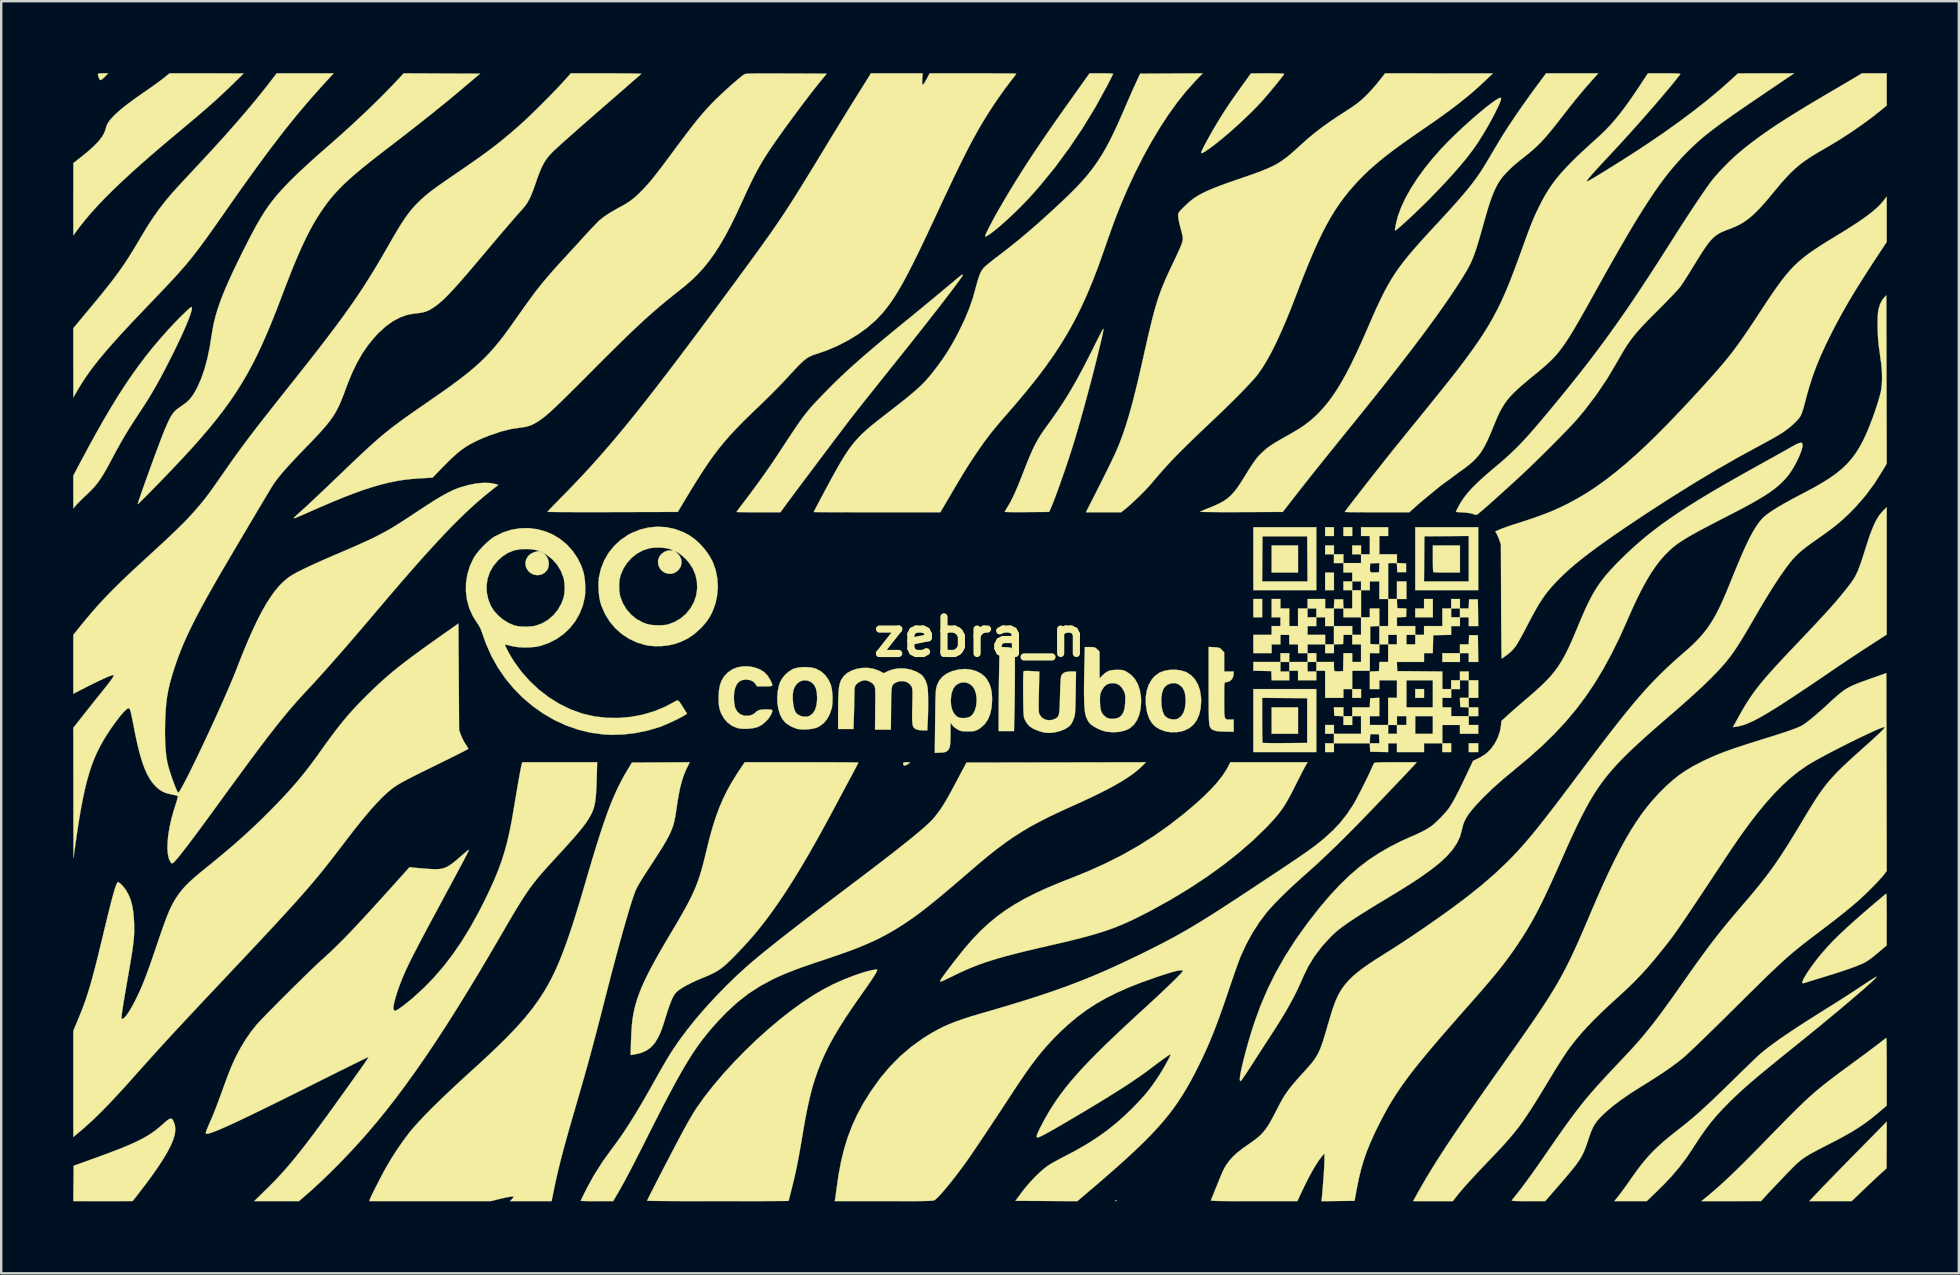
<source format=kicad_pcb>
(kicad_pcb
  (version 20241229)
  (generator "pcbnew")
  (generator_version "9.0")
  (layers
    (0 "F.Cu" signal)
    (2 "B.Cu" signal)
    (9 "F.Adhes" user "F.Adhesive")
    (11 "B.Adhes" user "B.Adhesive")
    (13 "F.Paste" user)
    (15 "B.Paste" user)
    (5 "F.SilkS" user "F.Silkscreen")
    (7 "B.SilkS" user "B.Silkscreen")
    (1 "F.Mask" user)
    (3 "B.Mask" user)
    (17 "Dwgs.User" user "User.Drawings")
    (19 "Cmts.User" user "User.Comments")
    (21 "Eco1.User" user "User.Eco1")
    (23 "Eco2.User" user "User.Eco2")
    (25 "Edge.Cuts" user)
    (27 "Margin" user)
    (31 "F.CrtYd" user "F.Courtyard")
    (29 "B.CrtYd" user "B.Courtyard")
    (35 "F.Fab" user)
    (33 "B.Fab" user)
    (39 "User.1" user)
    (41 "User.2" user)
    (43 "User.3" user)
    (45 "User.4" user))
  (footprint "zebra_n"
    (layer "F.Cu")
    (at 37.767 23.486)
    (property "Reference" "zebra_n" (at 0 0 0) (layer "F.SilkS") (effects (font (size 1.524 1.524) (thickness 0.3))))
    (attr through_hole)
    (fp_poly (pts (xy 11.769 -0.818) (xy 11.402 -0.818) (xy 11.402 -1.58) (xy 11.769 -1.58) (xy 11.769 -0.818)) (stroke (width 0.01) (type solid)) (fill yes) (layer "F.SilkS"))
    (fp_poly (pts (xy 12.531 0.677) (xy 12.898 0.677) (xy 12.898 1.044) (xy 12.531 1.044) (xy 12.531 0.677)) (stroke (width 0.01) (type solid)) (fill yes) (layer "F.SilkS"))
    (fp_poly (pts (xy 13.264 -2.681) (xy 12.164 -2.681) (xy 12.164 -3.81) (xy 13.264 -3.81) (xy 13.264 -2.681)) (stroke (width 0.01) (type solid)) (fill yes) (layer "F.SilkS"))
    (fp_poly (pts (xy 13.264 4.036) (xy 12.164 4.036) (xy 12.164 2.935) (xy 13.264 2.935) (xy 13.264 4.036)) (stroke (width 0.01) (type solid)) (fill yes) (layer "F.SilkS"))
    (fp_poly (pts (xy 13.66 0.677) (xy 14.026 0.677) (xy 14.026 1.044) (xy 13.66 1.044) (xy 13.66 0.677)) (stroke (width 0.01) (type solid)) (fill yes) (layer "F.SilkS"))
    (fp_poly (pts (xy 14.393 -3.443) (xy 14.393 -3.81) (xy 14.76 -3.81) (xy 14.76 -3.443) (xy 14.393 -3.443)) (stroke (width 0.01) (type solid)) (fill yes) (layer "F.SilkS"))
    (fp_poly (pts (xy 14.393 4.036) (xy 14.393 3.669) (xy 14.76 3.669) (xy 14.76 4.036) (xy 14.393 4.036)) (stroke (width 0.01) (type solid)) (fill yes) (layer "F.SilkS"))
    (fp_poly (pts (xy 14.76 -4.205) (xy 14.393 -4.205) (xy 14.393 -4.572) (xy 14.76 -4.572) (xy 14.76 -4.205)) (stroke (width 0.01) (type solid)) (fill yes) (layer "F.SilkS"))
    (fp_poly (pts (xy 14.76 -1.947) (xy 14.393 -1.947) (xy 14.393 -2.681) (xy 14.76 -2.681) (xy 14.76 -1.947)) (stroke (width 0.01) (type solid)) (fill yes) (layer "F.SilkS"))
    (fp_poly (pts (xy 14.76 4.798) (xy 14.393 4.798) (xy 14.393 4.431) (xy 14.76 4.431) (xy 14.76 4.798)) (stroke (width 0.01) (type solid)) (fill yes) (layer "F.SilkS"))
    (fp_poly (pts (xy 15.155 -3.443) (xy 15.155 -3.076) (xy 14.76 -3.076) (xy 14.76 -3.443) (xy 15.155 -3.443)) (stroke (width 0.01) (type solid)) (fill yes) (layer "F.SilkS"))
    (fp_poly (pts (xy 15.155 -1.947) (xy 15.155 -2.314) (xy 15.522 -2.314) (xy 15.522 -1.947) (xy 15.155 -1.947)) (stroke (width 0.01) (type solid)) (fill yes) (layer "F.SilkS"))
    (fp_poly (pts (xy 15.522 -4.205) (xy 15.155 -4.205) (xy 15.155 -4.572) (xy 15.522 -4.572) (xy 15.522 -4.205)) (stroke (width 0.01) (type solid)) (fill yes) (layer "F.SilkS"))
    (fp_poly (pts (xy 15.522 -3.443) (xy 15.522 -3.81) (xy 15.889 -3.81) (xy 15.889 -3.443) (xy 15.522 -3.443)) (stroke (width 0.01) (type solid)) (fill yes) (layer "F.SilkS"))
    (fp_poly (pts (xy 15.889 2.54) (xy 15.522 2.54) (xy 15.522 2.173) (xy 15.889 2.173) (xy 15.889 2.54)) (stroke (width 0.01) (type solid)) (fill yes) (layer "F.SilkS"))
    (fp_poly (pts (xy 17.78 -1.58) (xy 17.385 -1.58) (xy 17.385 -2.314) (xy 17.78 -2.314) (xy 17.78 -1.58)) (stroke (width 0.01) (type solid)) (fill yes) (layer "F.SilkS"))
    (fp_poly (pts (xy 18.514 2.54) (xy 18.147 2.54) (xy 18.147 2.173) (xy 18.514 2.173) (xy 18.514 2.54)) (stroke (width 0.01) (type solid)) (fill yes) (layer "F.SilkS"))
    (fp_poly (pts (xy 19.643 4.798) (xy 19.276 4.798) (xy 19.276 4.431) (xy 19.643 4.431) (xy 19.643 4.798)) (stroke (width 0.01) (type solid)) (fill yes) (layer "F.SilkS"))
    (fp_poly (pts (xy 20.01 1.044) (xy 19.276 1.044) (xy 19.276 0.677) (xy 20.01 0.677) (xy 20.01 1.044)) (stroke (width 0.01) (type solid)) (fill yes) (layer "F.SilkS"))
    (fp_poly (pts (xy 20.01 1.439) (xy 20.376 1.439) (xy 20.376 1.806) (xy 20.01 1.806) (xy 20.01 1.439)) (stroke (width 0.01) (type solid)) (fill yes) (layer "F.SilkS"))
    (fp_poly (pts (xy 20.01 2.173) (xy 19.643 2.173) (xy 19.643 1.806) (xy 20.01 1.806) (xy 20.01 2.173)) (stroke (width 0.01) (type solid)) (fill yes) (layer "F.SilkS"))
    (fp_poly (pts (xy 20.376 1.806) (xy 20.772 1.806) (xy 20.772 2.54) (xy 20.376 2.54) (xy 20.376 1.806)) (stroke (width 0.01) (type solid)) (fill yes) (layer "F.SilkS"))
    (fp_poly (pts (xy 20.772 4.798) (xy 20.376 4.798) (xy 20.376 4.431) (xy 20.772 4.431) (xy 20.772 4.798)) (stroke (width 0.01) (type solid)) (fill yes) (layer "F.SilkS"))
    (fp_poly (pts (xy 5.708 23.49) (xy 5.711 23.501) (xy 5.673 23.505) (xy 5.633 23.5) (xy 5.637 23.49) (xy 5.695 23.487) (xy 5.708 23.49)) (stroke (width 0.01) (type solid)) (fill yes) (layer "F.SilkS"))
    (fp_poly (pts (xy 18.881 -0.818) (xy 18.147 -0.818) (xy 18.147 -1.185) (xy 18.514 -1.185) (xy 18.514 -1.58) (xy 18.881 -1.58) (xy 18.881 -0.818)) (stroke (width 0.01) (type solid)) (fill yes) (layer "F.SilkS"))
    (fp_poly (pts (xy 13.66 1.044) (xy 13.66 1.439) (xy 14.026 1.439) (xy 14.026 1.806) (xy 13.264 1.806) (xy 13.264 1.411) (xy 12.898 1.411) (xy 12.898 1.044) (xy 13.66 1.044)) (stroke (width 0.01) (type solid)) (fill yes) (layer "F.SilkS"))
    (fp_poly (pts (xy 12.531 1.439) (xy 12.898 1.439) (xy 12.898 1.806) (xy 12.166 1.806) (xy 12.15 1.425) (xy 11.776 1.417) (xy 11.402 1.409) (xy 11.402 1.044) (xy 12.531 1.044) (xy 12.531 1.439)) (stroke (width 0.01) (type solid)) (fill yes) (layer "F.SilkS"))
    (fp_poly (pts (xy 15.522 3.669) (xy 15.155 3.669) (xy 15.155 3.305) (xy 14.774 3.288) (xy 14.766 3.111) (xy 14.758 2.935) (xy 15.155 2.935) (xy 15.155 3.302) (xy 15.522 3.302) (xy 15.522 3.669)) (stroke (width 0.01) (type solid)) (fill yes) (layer "F.SilkS"))
    (fp_poly (pts (xy 20.01 0.31) (xy 20.374 0.31) (xy 20.391 -0.071) (xy 20.757 -0.071) (xy 20.765 0.487) (xy 20.773 1.044) (xy 20.376 1.044) (xy 20.376 0.677) (xy 20.01 0.677) (xy 20.01 0.31)) (stroke (width 0.01) (type solid)) (fill yes) (layer "F.SilkS"))
    (fp_poly (pts (xy 15.522 -0.085) (xy 15.158 -0.085) (xy 15.141 0.296) (xy 14.76 0.313) (xy 14.76 0.677) (xy 14.393 0.677) (xy 14.393 0.31) (xy 14.76 0.31) (xy 14.76 -0.452) (xy 15.522 -0.452) (xy 15.522 -0.085)) (stroke (width 0.01) (type solid)) (fill yes) (layer "F.SilkS"))
    (fp_poly (pts (xy 20.376 2.935) (xy 20.772 2.935) (xy 20.772 3.302) (xy 20.376 3.302) (xy 20.376 2.938) (xy 20.2 2.929) (xy 20.024 2.921) (xy 20.015 2.731) (xy 20.007 2.54) (xy 20.376 2.54) (xy 20.376 2.935)) (stroke (width 0.01) (type solid)) (fill yes) (layer "F.SilkS"))
    (fp_poly (pts (xy 14.026 -1.947) (xy 11.402 -1.947) (xy 11.402 -2.314) (xy 11.768 -2.314) (xy 13.66 -2.314) (xy 13.645 -4.191) (xy 11.783 -4.191) (xy 11.768 -2.314) (xy 11.402 -2.314) (xy 11.402 -4.572) (xy 14.026 -4.572) (xy 14.026 -1.947)) (stroke (width 0.01) (type solid)) (fill yes) (layer "F.SilkS"))
    (fp_poly (pts (xy 20.772 -1.947) (xy 18.147 -1.947) (xy 18.147 -2.314) (xy 18.513 -2.314) (xy 20.376 -2.314) (xy 20.376 -4.206) (xy 19.452 -4.198) (xy 18.528 -4.191) (xy 18.513 -2.314) (xy 18.147 -2.314) (xy 18.147 -4.572) (xy 20.772 -4.572) (xy 20.772 -1.947)) (stroke (width 0.01) (type solid)) (fill yes) (layer "F.SilkS"))
    (fp_poly (pts (xy -36.531 -23.481) (xy -36.31 -23.481) (xy -36.449 -23.34) (xy -36.523 -23.269) (xy -36.586 -23.219) (xy -36.624 -23.199) (xy -36.625 -23.199) (xy -36.661 -23.222) (xy -36.689 -23.27) (xy -36.727 -23.373) (xy -36.739 -23.435) (xy -36.719 -23.467) (xy -36.658 -23.479) (xy -36.55 -23.481) (xy -36.531 -23.481)) (stroke (width 0.01) (type solid)) (fill yes) (layer "F.SilkS"))
    (fp_poly (pts (xy -2.967 5.224) (xy -2.916 5.23) (xy -2.907 5.236) (xy -2.929 5.26) (xy -2.982 5.296) (xy -3.046 5.332) (xy -3.101 5.357) (xy -3.121 5.362) (xy -3.166 5.347) (xy -3.17 5.343) (xy -3.186 5.302) (xy -3.189 5.273) (xy -3.18 5.242) (xy -3.144 5.226) (xy -3.067 5.221) (xy -3.048 5.221) (xy -2.967 5.224)) (stroke (width 0.01) (type solid)) (fill yes) (layer "F.SilkS"))
    (fp_poly (pts (xy 20.01 -2.681) (xy 19.464 -2.681) (xy 19.294 -2.682) (xy 19.143 -2.685) (xy 19.022 -2.689) (xy 18.938 -2.694) (xy 18.9 -2.699) (xy 18.899 -2.7) (xy 18.894 -2.733) (xy 18.889 -2.813) (xy 18.884 -2.932) (xy 18.882 -3.08) (xy 18.881 -3.249) (xy 18.881 -3.264) (xy 18.881 -3.81) (xy 20.01 -3.81) (xy 20.01 -2.681)) (stroke (width 0.01) (type solid)) (fill yes) (layer "F.SilkS"))
    (fp_poly (pts (xy 13.66 -1.58) (xy 14.393 -1.58) (xy 14.393 -1.185) (xy 14.758 -1.185) (xy 14.774 -1.566) (xy 15.141 -1.566) (xy 15.158 -1.185) (xy 15.522 -1.185) (xy 15.522 -1.947) (xy 15.889 -1.947) (xy 15.889 -0.818) (xy 15.155 -0.818) (xy 15.155 -1.185) (xy 14.76 -1.185) (xy 14.76 -0.452) (xy 14.393 -0.452) (xy 14.393 -0.818) (xy 14.026 -0.818) (xy 14.026 -1.185) (xy 13.66 -1.185) (xy 13.66 -1.58)) (stroke (width 0.01) (type solid)) (fill yes) (layer "F.SilkS"))
    (fp_poly (pts (xy 1.065 0.428) (xy 1.183 0.434) (xy 1.259 0.443) (xy 1.31 0.462) (xy 1.351 0.493) (xy 1.385 0.53) (xy 1.468 0.622) (xy 1.468 1.506) (xy 1.467 1.775) (xy 1.465 2.072) (xy 1.462 2.379) (xy 1.458 2.68) (xy 1.453 2.956) (xy 1.449 3.156) (xy 1.43 3.923) (xy 0.79 3.923) (xy 0.79 3.21) (xy 0.791 3.003) (xy 0.792 2.753) (xy 0.795 2.474) (xy 0.798 2.178) (xy 0.802 1.88) (xy 0.807 1.592) (xy 0.809 1.458) (xy 0.828 0.418) (xy 1.065 0.428)) (stroke (width 0.01) (type solid)) (fill yes) (layer "F.SilkS"))
    (fp_poly (pts (xy 14.026 4.798) (xy 11.402 4.798) (xy 11.402 3.466) (xy 11.769 3.466) (xy 11.769 3.69) (xy 11.771 3.895) (xy 11.773 4.075) (xy 11.777 4.223) (xy 11.78 4.333) (xy 11.785 4.398) (xy 11.788 4.412) (xy 11.82 4.417) (xy 11.901 4.42) (xy 12.026 4.423) (xy 12.186 4.425) (xy 12.376 4.426) (xy 12.588 4.425) (xy 12.726 4.424) (xy 13.645 4.417) (xy 13.645 2.554) (xy 12.707 2.547) (xy 11.769 2.539) (xy 11.769 3.466) (xy 11.402 3.466) (xy 11.402 2.173) (xy 14.026 2.173) (xy 14.026 4.798)) (stroke (width 0.01) (type solid)) (fill yes) (layer "F.SilkS"))
    (fp_poly (pts (xy 37.787 21.167) (xy 37.784 22.14) (xy 37.582 22.321) (xy 37.504 22.392) (xy 37.394 22.495) (xy 37.26 22.62) (xy 37.111 22.761) (xy 36.955 22.909) (xy 36.854 23.006) (xy 36.327 23.509) (xy 34.566 23.509) (xy 34.943 23.108) (xy 35.034 23.012) (xy 35.16 22.88) (xy 35.316 22.72) (xy 35.496 22.534) (xy 35.695 22.33) (xy 35.908 22.112) (xy 36.13 21.885) (xy 36.355 21.655) (xy 36.489 21.52) (xy 36.702 21.304) (xy 36.905 21.097) (xy 37.094 20.905) (xy 37.265 20.731) (xy 37.415 20.579) (xy 37.54 20.452) (xy 37.635 20.354) (xy 37.698 20.29) (xy 37.723 20.264) (xy 37.79 20.194) (xy 37.787 21.167)) (stroke (width 0.01) (type solid)) (fill yes) (layer "F.SilkS"))
    (fp_poly (pts (xy 13.264 0.677) (xy 13.264 0.31) (xy 12.898 0.31) (xy 12.898 -0.085) (xy 12.531 -0.085) (xy 12.531 0.31) (xy 12.164 0.31) (xy 12.164 0.677) (xy 11.402 0.677) (xy 11.402 -0.085) (xy 12.164 -0.085) (xy 12.164 -0.452) (xy 12.531 -0.452) (xy 12.531 -0.818) (xy 12.164 -0.818) (xy 12.164 -1.58) (xy 12.531 -1.58) (xy 12.531 -1.185) (xy 12.898 -1.185) (xy 12.898 -0.452) (xy 13.264 -0.452) (xy 13.264 -1.185) (xy 13.66 -1.185) (xy 13.66 -0.818) (xy 14.026 -0.818) (xy 14.026 -0.452) (xy 13.66 -0.452) (xy 13.66 -0.085) (xy 14.393 -0.085) (xy 14.393 0.31) (xy 13.66 0.31) (xy 13.66 0.677) (xy 13.264 0.677)) (stroke (width 0.01) (type solid)) (fill yes) (layer "F.SilkS"))
    (fp_poly (pts (xy 16.651 -0.454) (xy 16.27 -0.437) (xy 16.27 0.296) (xy 16.651 0.313) (xy 16.651 0.677) (xy 16.256 0.677) (xy 16.256 1.411) (xy 15.522 1.411) (xy 15.522 2.173) (xy 15.155 2.173) (xy 15.155 2.54) (xy 14.393 2.54) (xy 14.393 1.411) (xy 14.026 1.411) (xy 14.026 1.044) (xy 14.76 1.044) (xy 14.76 1.223) (xy 14.763 1.319) (xy 14.771 1.391) (xy 14.78 1.422) (xy 14.817 1.431) (xy 14.892 1.435) (xy 14.971 1.433) (xy 15.141 1.425) (xy 15.149 1.051) (xy 15.157 0.677) (xy 15.522 0.677) (xy 15.522 1.044) (xy 15.889 1.044) (xy 15.889 0.31) (xy 15.522 0.31) (xy 15.522 -0.085) (xy 15.889 -0.085) (xy 15.889 -0.818) (xy 16.256 -0.818) (xy 16.256 -1.185) (xy 16.651 -1.185) (xy 16.651 -0.454)) (stroke (width 0.01) (type solid)) (fill yes) (layer "F.SilkS"))
    (fp_poly (pts (xy -33.671 20.072) (xy -33.628 20.108) (xy -33.59 20.177) (xy -33.586 20.186) (xy -33.531 20.343) (xy -33.512 20.497) (xy -33.526 20.667) (xy -33.54 20.744) (xy -33.598 20.943) (xy -33.694 21.174) (xy -33.829 21.437) (xy -34.004 21.734) (xy -34.219 22.066) (xy -34.475 22.433) (xy -34.772 22.836) (xy -35.11 23.275) (xy -35.172 23.354) (xy -35.292 23.506) (xy -36.527 23.508) (xy -37.762 23.509) (xy -37.755 22.771) (xy -37.747 22.033) (xy -37.013 21.769) (xy -36.584 21.614) (xy -36.203 21.472) (xy -35.868 21.343) (xy -35.571 21.223) (xy -35.311 21.111) (xy -35.08 21.004) (xy -34.875 20.899) (xy -34.692 20.795) (xy -34.524 20.689) (xy -34.368 20.579) (xy -34.219 20.462) (xy -34.073 20.336) (xy -34.026 20.293) (xy -33.896 20.18) (xy -33.799 20.106) (xy -33.726 20.071) (xy -33.671 20.072)) (stroke (width 0.01) (type solid)) (fill yes) (layer "F.SilkS"))
    (fp_poly (pts (xy 16.651 -1.58) (xy 16.651 -2.314) (xy 16.256 -2.314) (xy 16.256 -1.947) (xy 15.889 -1.947) (xy 15.889 -2.314) (xy 15.522 -2.314) (xy 15.522 -2.681) (xy 15.155 -2.681) (xy 15.155 -2.796) (xy 16.258 -2.796) (xy 16.268 -2.728) (xy 16.303 -2.694) (xy 16.372 -2.684) (xy 16.46 -2.687) (xy 16.637 -2.695) (xy 16.645 -2.887) (xy 16.654 -3.079) (xy 16.462 -3.07) (xy 16.27 -3.062) (xy 16.261 -2.91) (xy 16.258 -2.796) (xy 15.155 -2.796) (xy 15.155 -3.076) (xy 15.889 -3.076) (xy 15.889 -3.443) (xy 16.256 -3.443) (xy 16.256 -4.205) (xy 15.889 -4.205) (xy 15.889 -4.572) (xy 17.018 -4.572) (xy 17.018 -4.205) (xy 16.651 -4.205) (xy 16.651 -3.443) (xy 17.385 -3.443) (xy 17.385 -3.079) (xy 17.766 -3.062) (xy 17.766 -2.695) (xy 17.399 -2.695) (xy 17.382 -3.076) (xy 17.018 -3.076) (xy 17.018 -1.58) (xy 16.651 -1.58)) (stroke (width 0.01) (type solid)) (fill yes) (layer "F.SilkS"))
    (fp_poly (pts (xy 12.227 -23.48) (xy 12.4 -23.478) (xy 12.527 -23.475) (xy 12.613 -23.47) (xy 12.663 -23.462) (xy 12.683 -23.453) (xy 12.683 -23.446) (xy 12.648 -23.396) (xy 12.583 -23.311) (xy 12.495 -23.199) (xy 12.388 -23.067) (xy 12.271 -22.923) (xy 12.149 -22.776) (xy 12.029 -22.632) (xy 11.916 -22.499) (xy 11.818 -22.386) (xy 11.76 -22.32) (xy 11.556 -22.103) (xy 11.328 -21.872) (xy 11.083 -21.634) (xy 10.826 -21.393) (xy 10.564 -21.157) (xy 10.305 -20.931) (xy 10.055 -20.721) (xy 9.82 -20.533) (xy 9.608 -20.373) (xy 9.425 -20.246) (xy 9.368 -20.21) (xy 9.289 -20.166) (xy 9.245 -20.153) (xy 9.229 -20.172) (xy 9.229 -20.183) (xy 9.242 -20.226) (xy 9.28 -20.309) (xy 9.339 -20.427) (xy 9.415 -20.571) (xy 9.503 -20.733) (xy 9.599 -20.907) (xy 9.7 -21.086) (xy 9.802 -21.26) (xy 9.861 -21.359) (xy 10.015 -21.613) (xy 10.166 -21.852) (xy 10.319 -22.087) (xy 10.482 -22.329) (xy 10.664 -22.589) (xy 10.871 -22.88) (xy 10.927 -22.957) (xy 11.303 -23.479) (xy 12.003 -23.48) (xy 12.227 -23.48)) (stroke (width 0.01) (type solid)) (fill yes) (layer "F.SilkS"))
    (fp_poly (pts (xy 5.228 -23.48) (xy 5.366 -23.477) (xy 5.473 -23.473) (xy 5.541 -23.467) (xy 5.56 -23.462) (xy 5.547 -23.432) (xy 5.513 -23.361) (xy 5.46 -23.255) (xy 5.393 -23.123) (xy 5.316 -22.974) (xy 5.309 -22.961) (xy 4.822 -22.073) (xy 4.294 -21.207) (xy 3.731 -20.369) (xy 3.139 -19.567) (xy 2.521 -18.808) (xy 2.251 -18.499) (xy 2.019 -18.245) (xy 1.772 -17.989) (xy 1.519 -17.736) (xy 1.266 -17.495) (xy 1.021 -17.271) (xy 0.791 -17.071) (xy 0.584 -16.903) (xy 0.44 -16.796) (xy 0.336 -16.726) (xy 0.27 -16.689) (xy 0.235 -16.682) (xy 0.226 -16.701) (xy 0.24 -16.744) (xy 0.277 -16.829) (xy 0.335 -16.948) (xy 0.409 -17.094) (xy 0.495 -17.259) (xy 0.589 -17.435) (xy 0.688 -17.615) (xy 0.788 -17.791) (xy 0.789 -17.794) (xy 1.015 -18.183) (xy 1.243 -18.566) (xy 1.475 -18.947) (xy 1.717 -19.333) (xy 1.97 -19.727) (xy 2.238 -20.136) (xy 2.525 -20.563) (xy 2.834 -21.015) (xy 3.168 -21.496) (xy 3.531 -22.012) (xy 3.888 -22.514) (xy 4.578 -23.481) (xy 5.069 -23.481) (xy 5.228 -23.48)) (stroke (width 0.01) (type solid)) (fill yes) (layer "F.SilkS"))
    (fp_poly (pts (xy -30.663 -23.479) (xy -31.101 -23.049) (xy -31.294 -22.862) (xy -31.487 -22.678) (xy -31.684 -22.495) (xy -31.891 -22.307) (xy -32.114 -22.11) (xy -32.357 -21.898) (xy -32.627 -21.667) (xy -32.929 -21.412) (xy -33.268 -21.128) (xy -33.379 -21.035) (xy -33.938 -20.566) (xy -34.452 -20.127) (xy -34.924 -19.715) (xy -35.357 -19.327) (xy -35.752 -18.962) (xy -36.112 -18.618) (xy -36.44 -18.291) (xy -36.738 -17.979) (xy -37.009 -17.681) (xy -37.253 -17.394) (xy -37.475 -17.116) (xy -37.588 -16.966) (xy -37.761 -16.731) (xy -37.761 -18.236) (xy -37.76 -19.741) (xy -37.419 -20.009) (xy -37.138 -20.239) (xy -36.906 -20.449) (xy -36.72 -20.641) (xy -36.58 -20.818) (xy -36.481 -20.983) (xy -36.421 -21.138) (xy -36.412 -21.179) (xy -36.377 -21.301) (xy -36.317 -21.419) (xy -36.228 -21.543) (xy -36.101 -21.684) (xy -36.021 -21.763) (xy -35.867 -21.905) (xy -35.684 -22.058) (xy -35.468 -22.227) (xy -35.213 -22.415) (xy -34.916 -22.625) (xy -34.762 -22.731) (xy -34.592 -22.848) (xy -34.42 -22.97) (xy -34.258 -23.087) (xy -34.118 -23.19) (xy -34.011 -23.272) (xy -34 -23.282) (xy -33.751 -23.481) (xy -30.663 -23.479)) (stroke (width 0.01) (type solid)) (fill yes) (layer "F.SilkS"))
    (fp_poly (pts (xy 37.779 10.723) (xy 37.782 10.801) (xy 37.784 10.923) (xy 37.786 11.083) (xy 37.787 11.274) (xy 37.788 11.492) (xy 37.788 11.73) (xy 37.788 11.776) (xy 37.787 12.855) (xy 37.513 13.086) (xy 37.343 13.228) (xy 37.207 13.338) (xy 37.095 13.424) (xy 37 13.49) (xy 36.912 13.543) (xy 36.822 13.59) (xy 36.765 13.617) (xy 36.576 13.697) (xy 36.333 13.789) (xy 36.04 13.891) (xy 35.697 14.004) (xy 35.307 14.126) (xy 35.179 14.165) (xy 34.99 14.223) (xy 34.812 14.278) (xy 34.654 14.326) (xy 34.527 14.366) (xy 34.44 14.394) (xy 34.411 14.404) (xy 34.324 14.428) (xy 34.277 14.422) (xy 34.274 14.419) (xy 34.275 14.372) (xy 34.308 14.287) (xy 34.37 14.17) (xy 34.457 14.025) (xy 34.567 13.861) (xy 34.634 13.764) (xy 34.845 13.48) (xy 35.061 13.211) (xy 35.291 12.946) (xy 35.541 12.68) (xy 35.82 12.403) (xy 36.135 12.108) (xy 36.336 11.926) (xy 36.475 11.803) (xy 36.628 11.668) (xy 36.791 11.525) (xy 36.959 11.38) (xy 37.124 11.238) (xy 37.283 11.102) (xy 37.429 10.979) (xy 37.556 10.872) (xy 37.66 10.786) (xy 37.733 10.727) (xy 37.772 10.698) (xy 37.776 10.696) (xy 37.779 10.723)) (stroke (width 0.01) (type solid)) (fill yes) (layer "F.SilkS"))
    (fp_poly (pts (xy 21.719 -22.458) (xy 21.724 -22.416) (xy 21.701 -22.332) (xy 21.654 -22.212) (xy 21.586 -22.061) (xy 21.5 -21.885) (xy 21.4 -21.689) (xy 21.287 -21.48) (xy 21.164 -21.263) (xy 21.036 -21.043) (xy 20.904 -20.827) (xy 20.773 -20.62) (xy 20.713 -20.529) (xy 20.524 -20.261) (xy 20.304 -19.973) (xy 20.049 -19.664) (xy 19.759 -19.33) (xy 19.43 -18.969) (xy 19.061 -18.579) (xy 18.726 -18.235) (xy 18.576 -18.084) (xy 18.414 -17.926) (xy 18.246 -17.764) (xy 18.078 -17.603) (xy 17.914 -17.45) (xy 17.759 -17.307) (xy 17.619 -17.181) (xy 17.499 -17.076) (xy 17.405 -16.996) (xy 17.341 -16.947) (xy 17.314 -16.933) (xy 17.3 -16.955) (xy 17.3 -16.959) (xy 17.305 -16.997) (xy 17.318 -17.076) (xy 17.337 -17.179) (xy 17.342 -17.206) (xy 17.43 -17.546) (xy 17.564 -17.908) (xy 17.744 -18.29) (xy 17.966 -18.686) (xy 18.228 -19.093) (xy 18.528 -19.507) (xy 18.863 -19.924) (xy 19.231 -20.34) (xy 19.297 -20.41) (xy 19.487 -20.608) (xy 19.691 -20.811) (xy 19.904 -21.017) (xy 20.123 -21.222) (xy 20.343 -21.422) (xy 20.56 -21.615) (xy 20.771 -21.796) (xy 20.971 -21.963) (xy 21.155 -22.112) (xy 21.321 -22.239) (xy 21.464 -22.34) (xy 21.58 -22.414) (xy 21.664 -22.455) (xy 21.714 -22.462) (xy 21.719 -22.458)) (stroke (width 0.01) (type solid)) (fill yes) (layer "F.SilkS"))
    (fp_poly (pts (xy 9.769 0.429) (xy 9.885 0.437) (xy 9.96 0.449) (xy 10.012 0.47) (xy 10.057 0.506) (xy 10.094 0.546) (xy 10.188 0.648) (xy 10.188 1.439) (xy 10.583 1.439) (xy 10.583 1.525) (xy 10.562 1.66) (xy 10.504 1.77) (xy 10.416 1.843) (xy 10.402 1.85) (xy 10.321 1.877) (xy 10.252 1.891) (xy 10.246 1.891) (xy 10.228 1.893) (xy 10.215 1.902) (xy 10.205 1.925) (xy 10.198 1.969) (xy 10.193 2.039) (xy 10.19 2.143) (xy 10.189 2.286) (xy 10.188 2.475) (xy 10.188 2.623) (xy 10.188 2.859) (xy 10.19 3.045) (xy 10.194 3.187) (xy 10.203 3.29) (xy 10.219 3.361) (xy 10.244 3.406) (xy 10.279 3.431) (xy 10.325 3.441) (xy 10.386 3.443) (xy 10.43 3.443) (xy 10.583 3.443) (xy 10.583 3.951) (xy 10.28 3.948) (xy 10.139 3.944) (xy 10.006 3.937) (xy 9.899 3.927) (xy 9.853 3.921) (xy 9.762 3.894) (xy 9.688 3.858) (xy 9.672 3.846) (xy 9.645 3.821) (xy 9.621 3.794) (xy 9.602 3.762) (xy 9.585 3.72) (xy 9.572 3.663) (xy 9.562 3.587) (xy 9.554 3.488) (xy 9.548 3.36) (xy 9.544 3.201) (xy 9.541 3.004) (xy 9.54 2.766) (xy 9.539 2.482) (xy 9.539 2.147) (xy 9.539 2.015) (xy 9.539 0.416) (xy 9.769 0.429)) (stroke (width 0.01) (type solid)) (fill yes) (layer "F.SilkS"))
    (fp_poly (pts (xy -32.823 -13.72) (xy -32.825 -13.649) (xy -32.853 -13.534) (xy -32.904 -13.378) (xy -32.978 -13.183) (xy -33.073 -12.953) (xy -33.189 -12.69) (xy -33.324 -12.396) (xy -33.477 -12.076) (xy -33.647 -11.73) (xy -33.727 -11.571) (xy -33.927 -11.181) (xy -34.111 -10.832) (xy -34.286 -10.514) (xy -34.458 -10.215) (xy -34.633 -9.926) (xy -34.816 -9.634) (xy -35.008 -9.342) (xy -35.232 -9) (xy -35.431 -8.688) (xy -35.612 -8.391) (xy -35.785 -8.094) (xy -35.958 -7.783) (xy -36.141 -7.443) (xy -36.152 -7.422) (xy -36.296 -7.152) (xy -36.423 -6.924) (xy -36.536 -6.731) (xy -36.644 -6.565) (xy -36.75 -6.417) (xy -36.861 -6.28) (xy -36.984 -6.146) (xy -37.123 -6.006) (xy -37.285 -5.852) (xy -37.297 -5.841) (xy -37.406 -5.737) (xy -37.513 -5.63) (xy -37.604 -5.536) (xy -37.643 -5.492) (xy -37.761 -5.354) (xy -37.761 -6.723) (xy -37.46 -7.292) (xy -37.119 -7.928) (xy -36.795 -8.517) (xy -36.486 -9.062) (xy -36.187 -9.568) (xy -35.897 -10.04) (xy -35.612 -10.482) (xy -35.329 -10.899) (xy -35.045 -11.295) (xy -34.758 -11.675) (xy -34.463 -12.044) (xy -34.158 -12.405) (xy -33.84 -12.764) (xy -33.794 -12.816) (xy -33.663 -12.957) (xy -33.524 -13.103) (xy -33.384 -13.246) (xy -33.249 -13.382) (xy -33.123 -13.504) (xy -33.014 -13.608) (xy -32.927 -13.686) (xy -32.868 -13.733) (xy -32.846 -13.744) (xy -32.823 -13.72)) (stroke (width 0.01) (type solid)) (fill yes) (layer "F.SilkS"))
    (fp_poly (pts (xy 8.384 1.395) (xy 8.586 1.458) (xy 8.629 1.478) (xy 8.819 1.606) (xy 8.975 1.776) (xy 9.096 1.985) (xy 9.179 2.228) (xy 9.222 2.503) (xy 9.228 2.666) (xy 9.208 2.968) (xy 9.147 3.234) (xy 9.048 3.462) (xy 8.912 3.65) (xy 8.738 3.797) (xy 8.529 3.901) (xy 8.42 3.935) (xy 8.201 3.971) (xy 7.971 3.972) (xy 7.756 3.94) (xy 7.74 3.936) (xy 7.511 3.854) (xy 7.324 3.742) (xy 7.177 3.594) (xy 7.065 3.407) (xy 6.984 3.176) (xy 6.959 3.07) (xy 6.919 2.778) (xy 6.92 2.699) (xy 7.566 2.699) (xy 7.581 2.893) (xy 7.615 3.072) (xy 7.67 3.219) (xy 7.694 3.261) (xy 7.783 3.35) (xy 7.905 3.411) (xy 8.044 3.439) (xy 8.18 3.432) (xy 8.267 3.402) (xy 8.394 3.305) (xy 8.489 3.162) (xy 8.55 2.974) (xy 8.578 2.74) (xy 8.58 2.651) (xy 8.568 2.439) (xy 8.53 2.271) (xy 8.465 2.14) (xy 8.416 2.079) (xy 8.285 1.974) (xy 8.143 1.924) (xy 7.991 1.93) (xy 7.845 1.983) (xy 7.751 2.044) (xy 7.682 2.126) (xy 7.648 2.187) (xy 7.599 2.33) (xy 7.572 2.506) (xy 7.566 2.699) (xy 6.92 2.699) (xy 6.921 2.498) (xy 6.962 2.237) (xy 7.041 2) (xy 7.155 1.794) (xy 7.303 1.623) (xy 7.483 1.495) (xy 7.506 1.482) (xy 7.702 1.409) (xy 7.925 1.371) (xy 8.158 1.366) (xy 8.384 1.395)) (stroke (width 0.01) (type solid)) (fill yes) (layer "F.SilkS"))
    (fp_poly (pts (xy -6.991 1.279) (xy -6.829 1.321) (xy -6.825 1.323) (xy -6.614 1.434) (xy -6.436 1.591) (xy -6.294 1.788) (xy -6.198 2.004) (xy -6.163 2.15) (xy -6.14 2.332) (xy -6.129 2.531) (xy -6.133 2.727) (xy -6.15 2.902) (xy -6.163 2.971) (xy -6.244 3.217) (xy -6.36 3.43) (xy -6.509 3.603) (xy -6.685 3.732) (xy -6.794 3.783) (xy -6.933 3.821) (xy -7.102 3.847) (xy -7.283 3.858) (xy -7.454 3.854) (xy -7.596 3.834) (xy -7.62 3.828) (xy -7.851 3.736) (xy -8.052 3.607) (xy -8.1 3.566) (xy -8.221 3.422) (xy -8.316 3.237) (xy -8.384 3.02) (xy -8.424 2.781) (xy -8.435 2.529) (xy -8.434 2.525) (xy -7.789 2.525) (xy -7.779 2.703) (xy -7.756 2.875) (xy -7.719 3.024) (xy -7.671 3.136) (xy -7.666 3.145) (xy -7.577 3.233) (xy -7.455 3.295) (xy -7.316 3.325) (xy -7.179 3.32) (xy -7.086 3.289) (xy -6.959 3.192) (xy -6.864 3.049) (xy -6.803 2.862) (xy -6.775 2.63) (xy -6.773 2.542) (xy -6.785 2.324) (xy -6.822 2.152) (xy -6.887 2.017) (xy -6.983 1.915) (xy -7.059 1.864) (xy -7.204 1.812) (xy -7.349 1.811) (xy -7.486 1.857) (xy -7.606 1.946) (xy -7.702 2.074) (xy -7.759 2.215) (xy -7.783 2.357) (xy -7.789 2.525) (xy -8.434 2.525) (xy -8.415 2.274) (xy -8.363 2.026) (xy -8.321 1.898) (xy -8.237 1.74) (xy -8.114 1.587) (xy -7.965 1.452) (xy -7.805 1.351) (xy -7.747 1.325) (xy -7.582 1.281) (xy -7.388 1.259) (xy -7.184 1.258) (xy -6.991 1.279)) (stroke (width 0.01) (type solid)) (fill yes) (layer "F.SilkS"))
    (fp_poly (pts (xy 37.789 -2.75) (xy 37.789 -0.099) (xy 37.077 0.361) (xy 36.851 0.508) (xy 36.594 0.677) (xy 36.323 0.856) (xy 36.055 1.035) (xy 35.804 1.204) (xy 35.645 1.312) (xy 35.158 1.644) (xy 34.715 1.944) (xy 34.312 2.214) (xy 33.948 2.457) (xy 33.619 2.672) (xy 33.323 2.863) (xy 33.057 3.03) (xy 32.819 3.175) (xy 32.606 3.3) (xy 32.415 3.405) (xy 32.244 3.494) (xy 32.09 3.566) (xy 31.95 3.624) (xy 31.823 3.67) (xy 31.704 3.704) (xy 31.593 3.729) (xy 31.517 3.741) (xy 31.383 3.76) (xy 31.583 3.397) (xy 31.71 3.17) (xy 31.83 2.962) (xy 31.948 2.767) (xy 32.067 2.581) (xy 32.191 2.4) (xy 32.323 2.219) (xy 32.467 2.033) (xy 32.625 1.838) (xy 32.803 1.63) (xy 33.003 1.404) (xy 33.23 1.155) (xy 33.485 0.879) (xy 33.774 0.572) (xy 34.063 0.268) (xy 34.365 -0.05) (xy 34.632 -0.332) (xy 34.867 -0.582) (xy 35.074 -0.805) (xy 35.257 -1.004) (xy 35.42 -1.184) (xy 35.567 -1.349) (xy 35.701 -1.504) (xy 35.826 -1.652) (xy 35.946 -1.798) (xy 36.066 -1.946) (xy 36.072 -1.953) (xy 36.192 -2.106) (xy 36.294 -2.24) (xy 36.38 -2.364) (xy 36.456 -2.485) (xy 36.523 -2.612) (xy 36.587 -2.75) (xy 36.65 -2.909) (xy 36.717 -3.096) (xy 36.791 -3.319) (xy 36.875 -3.585) (xy 36.913 -3.704) (xy 37.018 -4.031) (xy 37.114 -4.309) (xy 37.205 -4.544) (xy 37.292 -4.742) (xy 37.379 -4.909) (xy 37.469 -5.052) (xy 37.565 -5.175) (xy 37.669 -5.286) (xy 37.674 -5.29) (xy 37.79 -5.402) (xy 37.789 -2.75)) (stroke (width 0.01) (type solid)) (fill yes) (layer "F.SilkS"))
    (fp_poly (pts (xy 5.157 -12.818) (xy 5.153 -12.776) (xy 5.14 -12.704) (xy 5.118 -12.594) (xy 5.084 -12.443) (xy 5.038 -12.246) (xy 5.005 -12.107) (xy 4.914 -11.731) (xy 4.812 -11.321) (xy 4.701 -10.887) (xy 4.583 -10.438) (xy 4.462 -9.986) (xy 4.34 -9.539) (xy 4.22 -9.108) (xy 4.105 -8.704) (xy 3.996 -8.335) (xy 3.908 -8.043) (xy 3.822 -7.773) (xy 3.729 -7.485) (xy 3.63 -7.187) (xy 3.528 -6.887) (xy 3.425 -6.591) (xy 3.324 -6.306) (xy 3.227 -6.039) (xy 3.138 -5.798) (xy 3.057 -5.589) (xy 2.988 -5.419) (xy 2.934 -5.295) (xy 2.93 -5.287) (xy 2.892 -5.207) (xy 1.968 -5.2) (xy 1.746 -5.198) (xy 1.543 -5.198) (xy 1.366 -5.199) (xy 1.222 -5.201) (xy 1.116 -5.204) (xy 1.056 -5.207) (xy 1.044 -5.21) (xy 1.058 -5.24) (xy 1.095 -5.306) (xy 1.149 -5.395) (xy 1.17 -5.43) (xy 1.269 -5.599) (xy 1.371 -5.797) (xy 1.48 -6.031) (xy 1.598 -6.306) (xy 1.727 -6.627) (xy 1.806 -6.83) (xy 1.931 -7.151) (xy 2.043 -7.427) (xy 2.144 -7.665) (xy 2.239 -7.873) (xy 2.332 -8.058) (xy 2.427 -8.23) (xy 2.528 -8.395) (xy 2.638 -8.561) (xy 2.763 -8.736) (xy 2.793 -8.777) (xy 3.031 -9.107) (xy 3.249 -9.42) (xy 3.454 -9.726) (xy 3.648 -10.033) (xy 3.837 -10.348) (xy 4.027 -10.681) (xy 4.222 -11.039) (xy 4.427 -11.43) (xy 4.646 -11.863) (xy 4.712 -11.994) (xy 4.81 -12.192) (xy 4.902 -12.374) (xy 4.984 -12.533) (xy 5.051 -12.665) (xy 5.102 -12.761) (xy 5.133 -12.816) (xy 5.14 -12.827) (xy 5.152 -12.833) (xy 5.157 -12.818)) (stroke (width 0.01) (type solid)) (fill yes) (layer "F.SilkS"))
    (fp_poly (pts (xy -9.614 1.228) (xy -9.371 1.274) (xy -9.152 1.357) (xy -8.982 1.463) (xy -8.843 1.604) (xy -8.726 1.789) (xy -8.711 1.818) (xy -8.664 1.917) (xy -8.64 1.985) (xy -8.647 2.027) (xy -8.689 2.049) (xy -8.773 2.058) (xy -8.906 2.06) (xy -8.958 2.06) (xy -9.28 2.06) (xy -9.335 1.967) (xy -9.425 1.867) (xy -9.556 1.803) (xy -9.72 1.778) (xy -9.741 1.778) (xy -9.897 1.799) (xy -10.022 1.862) (xy -10.118 1.97) (xy -10.187 2.126) (xy -10.218 2.252) (xy -10.237 2.412) (xy -10.239 2.591) (xy -10.224 2.767) (xy -10.195 2.919) (xy -10.174 2.985) (xy -10.09 3.125) (xy -9.97 3.225) (xy -9.823 3.28) (xy -9.656 3.288) (xy -9.578 3.276) (xy -9.46 3.235) (xy -9.373 3.177) (xy -9.367 3.171) (xy -9.291 3.102) (xy -9.211 3.057) (xy -9.11 3.031) (xy -8.976 3.021) (xy -8.891 3.02) (xy -8.759 3.022) (xy -8.677 3.033) (xy -8.639 3.061) (xy -8.641 3.115) (xy -8.676 3.201) (xy -8.709 3.267) (xy -8.807 3.416) (xy -8.943 3.558) (xy -9.1 3.678) (xy -9.25 3.755) (xy -9.407 3.798) (xy -9.596 3.823) (xy -9.795 3.831) (xy -9.981 3.819) (xy -10.104 3.795) (xy -10.313 3.708) (xy -10.498 3.574) (xy -10.652 3.399) (xy -10.771 3.188) (xy -10.816 3.065) (xy -10.845 2.962) (xy -10.863 2.862) (xy -10.874 2.747) (xy -10.877 2.601) (xy -10.877 2.512) (xy -10.864 2.241) (xy -10.824 2.014) (xy -10.755 1.82) (xy -10.652 1.652) (xy -10.514 1.5) (xy -10.484 1.473) (xy -10.302 1.349) (xy -10.089 1.266) (xy -9.857 1.225) (xy -9.614 1.228)) (stroke (width 0.01) (type solid)) (fill yes) (layer "F.SilkS"))
    (fp_poly (pts (xy 37.778 16.735) (xy 37.78 16.813) (xy 37.783 16.937) (xy 37.785 17.102) (xy 37.787 17.302) (xy 37.788 17.531) (xy 37.789 17.785) (xy 37.79 18.057) (xy 37.79 18.116) (xy 37.79 19.525) (xy 37.613 19.678) (xy 37.37 19.885) (xy 37.142 20.069) (xy 36.918 20.237) (xy 36.691 20.395) (xy 36.452 20.548) (xy 36.191 20.702) (xy 35.9 20.864) (xy 35.569 21.038) (xy 35.405 21.122) (xy 35.134 21.261) (xy 34.907 21.378) (xy 34.717 21.48) (xy 34.556 21.57) (xy 34.418 21.655) (xy 34.296 21.738) (xy 34.184 21.824) (xy 34.074 21.919) (xy 33.959 22.027) (xy 33.833 22.153) (xy 33.688 22.301) (xy 33.598 22.394) (xy 33.438 22.562) (xy 33.277 22.73) (xy 33.124 22.892) (xy 32.986 23.038) (xy 32.872 23.159) (xy 32.791 23.247) (xy 32.554 23.506) (xy 31.313 23.507) (xy 30.071 23.507) (xy 30.183 23.416) (xy 30.394 23.243) (xy 30.604 23.065) (xy 30.819 22.876) (xy 31.042 22.673) (xy 31.278 22.451) (xy 31.531 22.207) (xy 31.807 21.936) (xy 32.108 21.634) (xy 32.441 21.297) (xy 32.639 21.094) (xy 32.969 20.756) (xy 33.263 20.455) (xy 33.527 20.187) (xy 33.764 19.948) (xy 33.978 19.734) (xy 34.174 19.542) (xy 34.356 19.367) (xy 34.528 19.207) (xy 34.695 19.057) (xy 34.86 18.914) (xy 35.028 18.774) (xy 35.203 18.633) (xy 35.39 18.487) (xy 35.592 18.333) (xy 35.814 18.167) (xy 36.06 17.985) (xy 36.334 17.783) (xy 36.59 17.595) (xy 36.774 17.46) (xy 36.958 17.324) (xy 37.132 17.193) (xy 37.288 17.076) (xy 37.415 16.979) (xy 37.5 16.914) (xy 37.603 16.833) (xy 37.689 16.767) (xy 37.75 16.723) (xy 37.775 16.708) (xy 37.778 16.735)) (stroke (width 0.01) (type solid)) (fill yes) (layer "F.SilkS"))
    (fp_poly (pts (xy 2.093 1.421) (xy 2.172 1.425) (xy 2.485 1.446) (xy 2.468 2.296) (xy 2.463 2.54) (xy 2.46 2.733) (xy 2.459 2.883) (xy 2.46 2.997) (xy 2.464 3.081) (xy 2.47 3.142) (xy 2.479 3.187) (xy 2.491 3.221) (xy 2.502 3.245) (xy 2.593 3.361) (xy 2.716 3.438) (xy 2.859 3.471) (xy 3.011 3.459) (xy 3.133 3.415) (xy 3.187 3.385) (xy 3.23 3.353) (xy 3.264 3.313) (xy 3.289 3.257) (xy 3.308 3.179) (xy 3.322 3.073) (xy 3.332 2.932) (xy 3.339 2.749) (xy 3.346 2.519) (xy 3.348 2.437) (xy 3.355 2.184) (xy 3.362 1.984) (xy 3.371 1.83) (xy 3.381 1.718) (xy 3.392 1.643) (xy 3.405 1.602) (xy 3.468 1.521) (xy 3.565 1.47) (xy 3.702 1.444) (xy 3.812 1.439) (xy 4.014 1.439) (xy 4.001 2.321) (xy 3.997 2.573) (xy 3.992 2.776) (xy 3.987 2.936) (xy 3.981 3.062) (xy 3.974 3.159) (xy 3.965 3.235) (xy 3.953 3.298) (xy 3.938 3.354) (xy 3.929 3.38) (xy 3.886 3.492) (xy 3.835 3.597) (xy 3.797 3.656) (xy 3.689 3.758) (xy 3.539 3.847) (xy 3.359 3.92) (xy 3.163 3.971) (xy 2.962 3.998) (xy 2.771 3.996) (xy 2.709 3.988) (xy 2.589 3.959) (xy 2.444 3.912) (xy 2.302 3.857) (xy 2.23 3.823) (xy 2.077 3.723) (xy 1.96 3.592) (xy 1.885 3.457) (xy 1.868 3.417) (xy 1.853 3.377) (xy 1.842 3.33) (xy 1.833 3.27) (xy 1.827 3.191) (xy 1.822 3.086) (xy 1.819 2.948) (xy 1.816 2.771) (xy 1.813 2.548) (xy 1.812 2.388) (xy 1.81 2.124) (xy 1.811 1.897) (xy 1.813 1.71) (xy 1.817 1.568) (xy 1.822 1.475) (xy 1.83 1.433) (xy 1.831 1.432) (xy 1.872 1.421) (xy 1.962 1.417) (xy 2.093 1.421)) (stroke (width 0.01) (type solid)) (fill yes) (layer "F.SilkS"))
    (fp_poly (pts (xy -27.183 -23.192) (xy -27.484 -22.861) (xy -27.774 -22.535) (xy -28.057 -22.21) (xy -28.336 -21.88) (xy -28.614 -21.542) (xy -28.895 -21.192) (xy -29.182 -20.825) (xy -29.478 -20.438) (xy -29.787 -20.025) (xy -30.111 -19.583) (xy -30.455 -19.107) (xy -30.821 -18.594) (xy -31.212 -18.039) (xy -31.363 -17.822) (xy -31.625 -17.449) (xy -31.858 -17.117) (xy -32.068 -16.821) (xy -32.259 -16.555) (xy -32.436 -16.314) (xy -32.602 -16.094) (xy -32.762 -15.887) (xy -32.92 -15.69) (xy -33.081 -15.497) (xy -33.249 -15.303) (xy -33.428 -15.101) (xy -33.623 -14.888) (xy -33.839 -14.657) (xy -34.079 -14.404) (xy -34.347 -14.122) (xy -34.649 -13.808) (xy -34.678 -13.778) (xy -35.071 -13.366) (xy -35.427 -12.989) (xy -35.747 -12.644) (xy -36.035 -12.326) (xy -36.294 -12.033) (xy -36.527 -11.761) (xy -36.736 -11.506) (xy -36.925 -11.265) (xy -37.097 -11.033) (xy -37.254 -10.808) (xy -37.4 -10.586) (xy -37.537 -10.363) (xy -37.631 -10.202) (xy -37.76 -9.977) (xy -37.761 -11.421) (xy -37.761 -12.864) (xy -37.188 -13.551) (xy -36.908 -13.888) (xy -36.66 -14.189) (xy -36.441 -14.46) (xy -36.246 -14.706) (xy -36.07 -14.934) (xy -35.909 -15.151) (xy -35.759 -15.361) (xy -35.615 -15.572) (xy -35.473 -15.789) (xy -35.329 -16.019) (xy -35.177 -16.267) (xy -35.015 -16.54) (xy -34.924 -16.693) (xy -34.671 -17.111) (xy -34.428 -17.484) (xy -34.186 -17.824) (xy -33.952 -18.126) (xy -33.881 -18.214) (xy -33.812 -18.297) (xy -33.742 -18.38) (xy -33.667 -18.467) (xy -33.582 -18.562) (xy -33.485 -18.671) (xy -33.37 -18.797) (xy -33.234 -18.944) (xy -33.073 -19.117) (xy -32.883 -19.321) (xy -32.661 -19.559) (xy -32.539 -19.689) (xy -31.98 -20.292) (xy -31.462 -20.863) (xy -30.983 -21.405) (xy -30.54 -21.919) (xy -30.131 -22.41) (xy -29.753 -22.879) (xy -29.51 -23.192) (xy -29.289 -23.481) (xy -26.917 -23.481) (xy -27.183 -23.192)) (stroke (width 0.01) (type solid)) (fill yes) (layer "F.SilkS"))
    (fp_poly (pts (xy 4.702 0.425) (xy 4.773 0.433) (xy 4.824 0.454) (xy 4.872 0.492) (xy 4.899 0.519) (xy 4.995 0.615) (xy 4.995 1.728) (xy 5.107 1.613) (xy 5.23 1.501) (xy 5.35 1.428) (xy 5.486 1.387) (xy 5.652 1.372) (xy 5.715 1.371) (xy 5.847 1.373) (xy 5.942 1.382) (xy 6.018 1.402) (xy 6.095 1.436) (xy 6.111 1.445) (xy 6.306 1.577) (xy 6.466 1.752) (xy 6.589 1.966) (xy 6.674 2.216) (xy 6.719 2.499) (xy 6.727 2.681) (xy 6.708 2.974) (xy 6.652 3.236) (xy 6.56 3.461) (xy 6.435 3.647) (xy 6.278 3.791) (xy 6.226 3.824) (xy 6.038 3.906) (xy 5.817 3.956) (xy 5.577 3.973) (xy 5.331 3.955) (xy 5.226 3.936) (xy 5.079 3.892) (xy 4.922 3.825) (xy 4.773 3.745) (xy 4.648 3.66) (xy 4.568 3.583) (xy 4.513 3.5) (xy 4.458 3.391) (xy 4.428 3.315) (xy 4.402 3.221) (xy 4.382 3.095) (xy 4.366 2.934) (xy 4.355 2.734) (xy 4.354 2.681) (xy 5.011 2.681) (xy 5.02 2.886) (xy 5.048 3.047) (xy 5.098 3.172) (xy 5.175 3.273) (xy 5.283 3.358) (xy 5.292 3.364) (xy 5.391 3.401) (xy 5.519 3.413) (xy 5.655 3.402) (xy 5.776 3.368) (xy 5.833 3.337) (xy 5.926 3.248) (xy 5.993 3.129) (xy 6.037 2.972) (xy 6.06 2.771) (xy 6.063 2.707) (xy 6.067 2.565) (xy 6.064 2.463) (xy 6.053 2.385) (xy 6.031 2.314) (xy 6.011 2.263) (xy 5.92 2.106) (xy 5.802 1.997) (xy 5.662 1.938) (xy 5.632 1.932) (xy 5.458 1.928) (xy 5.311 1.975) (xy 5.189 2.071) (xy 5.091 2.219) (xy 5.088 2.224) (xy 5.052 2.303) (xy 5.029 2.373) (xy 5.017 2.45) (xy 5.012 2.552) (xy 5.011 2.681) (xy 4.354 2.681) (xy 4.349 2.491) (xy 4.347 2.204) (xy 4.35 1.868) (xy 4.356 1.48) (xy 4.36 1.319) (xy 4.381 0.423) (xy 4.592 0.423) (xy 4.702 0.425)) (stroke (width 0.01) (type solid)) (fill yes) (layer "F.SilkS"))
    (fp_poly (pts (xy -0.363 1.361) (xy -0.143 1.425) (xy 0.052 1.524) (xy 0.213 1.654) (xy 0.305 1.77) (xy 0.398 1.939) (xy 0.463 2.113) (xy 0.501 2.306) (xy 0.517 2.533) (xy 0.518 2.611) (xy 0.5 2.927) (xy 0.441 3.204) (xy 0.344 3.442) (xy 0.207 3.639) (xy 0.031 3.796) (xy -0.062 3.854) (xy -0.136 3.893) (xy -0.202 3.917) (xy -0.275 3.93) (xy -0.373 3.936) (xy -0.494 3.937) (xy -0.628 3.936) (xy -0.722 3.929) (xy -0.793 3.915) (xy -0.859 3.889) (xy -0.927 3.853) (xy -1.023 3.79) (xy -1.108 3.716) (xy -1.146 3.67) (xy -1.214 3.571) (xy -1.214 4.022) (xy -1.216 4.231) (xy -1.222 4.393) (xy -1.235 4.514) (xy -1.255 4.605) (xy -1.285 4.673) (xy -1.326 4.726) (xy -1.343 4.743) (xy -1.389 4.779) (xy -1.444 4.801) (xy -1.524 4.814) (xy -1.643 4.822) (xy -1.87 4.832) (xy -1.856 3.524) (xy -1.852 3.217) (xy -1.849 2.961) (xy -1.845 2.75) (xy -1.844 2.67) (xy -1.204 2.67) (xy -1.187 2.873) (xy -1.139 3.052) (xy -1.062 3.2) (xy -0.96 3.308) (xy -0.892 3.348) (xy -0.782 3.376) (xy -0.648 3.381) (xy -0.514 3.363) (xy -0.402 3.324) (xy -0.375 3.308) (xy -0.276 3.205) (xy -0.202 3.063) (xy -0.152 2.894) (xy -0.129 2.71) (xy -0.131 2.522) (xy -0.161 2.342) (xy -0.217 2.183) (xy -0.301 2.056) (xy -0.318 2.039) (xy -0.457 1.939) (xy -0.607 1.894) (xy -0.767 1.904) (xy -0.895 1.95) (xy -1.011 2.033) (xy -1.099 2.155) (xy -1.161 2.322) (xy -1.187 2.452) (xy -1.204 2.67) (xy -1.844 2.67) (xy -1.842 2.579) (xy -1.837 2.442) (xy -1.832 2.334) (xy -1.826 2.249) (xy -1.818 2.181) (xy -1.808 2.126) (xy -1.796 2.077) (xy -1.782 2.029) (xy -1.779 2.018) (xy -1.688 1.823) (xy -1.551 1.658) (xy -1.369 1.525) (xy -1.144 1.424) (xy -0.876 1.358) (xy -0.843 1.352) (xy -0.599 1.336) (xy -0.363 1.361)) (stroke (width 0.01) (type solid)) (fill yes) (layer "F.SilkS"))
    (fp_poly (pts (xy 13.576 5.369) (xy 13.54 5.434) (xy 13.483 5.541) (xy 13.41 5.682) (xy 13.325 5.849) (xy 13.232 6.033) (xy 13.137 6.223) (xy 12.99 6.512) (xy 12.857 6.759) (xy 12.73 6.975) (xy 12.601 7.17) (xy 12.464 7.355) (xy 12.311 7.54) (xy 12.134 7.735) (xy 11.927 7.953) (xy 11.911 7.969) (xy 11.372 8.49) (xy 10.78 9.004) (xy 10.139 9.51) (xy 9.454 10.003) (xy 8.726 10.482) (xy 7.961 10.945) (xy 7.162 11.387) (xy 7.097 11.421) (xy 6.794 11.578) (xy 6.511 11.72) (xy 6.242 11.848) (xy 5.98 11.965) (xy 5.721 12.072) (xy 5.457 12.172) (xy 5.182 12.267) (xy 4.89 12.358) (xy 4.574 12.45) (xy 4.229 12.542) (xy 3.849 12.638) (xy 3.426 12.739) (xy 2.956 12.848) (xy 2.865 12.869) (xy 2.364 12.985) (xy 1.913 13.092) (xy 1.507 13.193) (xy 1.141 13.288) (xy 0.808 13.381) (xy 0.504 13.473) (xy 0.222 13.564) (xy -0.042 13.658) (xy -0.293 13.756) (xy -0.539 13.858) (xy -0.782 13.968) (xy -1.031 14.087) (xy -1.072 14.108) (xy -1.231 14.186) (xy -1.374 14.254) (xy -1.493 14.309) (xy -1.579 14.347) (xy -1.626 14.364) (xy -1.63 14.365) (xy -1.65 14.354) (xy -1.637 14.314) (xy -1.617 14.277) (xy -1.573 14.209) (xy -1.499 14.104) (xy -1.401 13.97) (xy -1.285 13.816) (xy -1.156 13.647) (xy -1.022 13.473) (xy -0.886 13.3) (xy -0.756 13.136) (xy -0.637 12.99) (xy -0.604 12.95) (xy -0.29 12.588) (xy 0.029 12.256) (xy 0.358 11.949) (xy 0.702 11.663) (xy 1.067 11.397) (xy 1.458 11.145) (xy 1.881 10.904) (xy 2.341 10.671) (xy 2.843 10.442) (xy 3.394 10.213) (xy 3.711 10.089) (xy 4.499 9.772) (xy 5.238 9.439) (xy 5.937 9.087) (xy 6.602 8.711) (xy 7.242 8.307) (xy 7.864 7.87) (xy 8.475 7.396) (xy 8.932 7.013) (xy 9.308 6.674) (xy 9.632 6.355) (xy 9.904 6.054) (xy 10.125 5.771) (xy 10.296 5.506) (xy 10.346 5.412) (xy 10.443 5.221) (xy 13.664 5.221) (xy 13.576 5.369)) (stroke (width 0.01) (type solid)) (fill yes) (layer "F.SilkS"))
    (fp_poly (pts (xy 37.353 14.185) (xy 37.298 14.244) (xy 37.205 14.334) (xy 37.076 14.453) (xy 36.914 14.598) (xy 36.72 14.767) (xy 36.498 14.958) (xy 36.251 15.169) (xy 35.981 15.397) (xy 35.691 15.64) (xy 35.383 15.895) (xy 35.06 16.162) (xy 34.724 16.436) (xy 34.379 16.717) (xy 34.027 17.002) (xy 33.937 17.074) (xy 33.57 17.37) (xy 33.243 17.635) (xy 32.952 17.871) (xy 32.694 18.083) (xy 32.464 18.274) (xy 32.259 18.447) (xy 32.074 18.605) (xy 31.906 18.752) (xy 31.75 18.892) (xy 31.603 19.028) (xy 31.46 19.162) (xy 31.318 19.3) (xy 31.232 19.384) (xy 30.957 19.664) (xy 30.709 19.935) (xy 30.478 20.209) (xy 30.257 20.497) (xy 30.035 20.811) (xy 29.803 21.163) (xy 29.73 21.28) (xy 29.47 21.668) (xy 29.188 22.044) (xy 28.874 22.418) (xy 28.522 22.797) (xy 28.155 23.16) (xy 27.791 23.509) (xy 26.441 23.509) (xy 26.607 23.305) (xy 26.678 23.214) (xy 26.771 23.089) (xy 26.879 22.941) (xy 26.993 22.782) (xy 27.092 22.64) (xy 27.299 22.345) (xy 27.492 22.084) (xy 27.679 21.849) (xy 27.866 21.632) (xy 28.061 21.426) (xy 28.272 21.223) (xy 28.506 21.015) (xy 28.771 20.794) (xy 29.073 20.554) (xy 29.182 20.468) (xy 29.383 20.31) (xy 29.582 20.147) (xy 29.784 19.975) (xy 29.995 19.79) (xy 30.219 19.587) (xy 30.461 19.362) (xy 30.726 19.11) (xy 31.02 18.826) (xy 31.346 18.507) (xy 31.397 18.457) (xy 31.595 18.262) (xy 31.787 18.074) (xy 31.969 17.898) (xy 32.135 17.738) (xy 32.28 17.599) (xy 32.399 17.486) (xy 32.488 17.404) (xy 32.529 17.367) (xy 32.69 17.234) (xy 32.867 17.094) (xy 33.065 16.946) (xy 33.286 16.787) (xy 33.535 16.615) (xy 33.814 16.426) (xy 34.128 16.22) (xy 34.48 15.993) (xy 34.874 15.743) (xy 35.312 15.468) (xy 35.362 15.437) (xy 35.592 15.292) (xy 35.837 15.137) (xy 36.085 14.979) (xy 36.324 14.825) (xy 36.542 14.683) (xy 36.727 14.56) (xy 36.773 14.53) (xy 36.933 14.424) (xy 37.077 14.33) (xy 37.198 14.253) (xy 37.291 14.196) (xy 37.349 14.164) (xy 37.366 14.158) (xy 37.353 14.185)) (stroke (width 0.01) (type solid)) (fill yes) (layer "F.SilkS"))
    (fp_poly (pts (xy -0.706 -15.078) (xy -0.706 -15.073) (xy -0.723 -15.037) (xy -0.774 -14.96) (xy -0.857 -14.843) (xy -0.969 -14.69) (xy -1.109 -14.503) (xy -1.275 -14.284) (xy -1.465 -14.037) (xy -1.677 -13.762) (xy -1.909 -13.464) (xy -2.16 -13.144) (xy -2.427 -12.805) (xy -2.708 -12.449) (xy -3.001 -12.079) (xy -3.306 -11.697) (xy -3.618 -11.306) (xy -3.723 -11.176) (xy -3.93 -10.917) (xy -4.143 -10.651) (xy -4.356 -10.384) (xy -4.562 -10.125) (xy -4.758 -9.879) (xy -4.936 -9.654) (xy -5.093 -9.456) (xy -5.221 -9.293) (xy -5.26 -9.243) (xy -5.348 -9.13) (xy -5.465 -8.977) (xy -5.607 -8.79) (xy -5.772 -8.573) (xy -5.955 -8.332) (xy -6.151 -8.072) (xy -6.358 -7.797) (xy -6.572 -7.514) (xy -6.788 -7.226) (xy -7.003 -6.94) (xy -7.213 -6.66) (xy -7.414 -6.392) (xy -7.603 -6.14) (xy -7.775 -5.91) (xy -7.926 -5.706) (xy -8.053 -5.534) (xy -8.153 -5.399) (xy -8.195 -5.341) (xy -8.302 -5.193) (xy -9.217 -5.193) (xy -9.438 -5.193) (xy -9.639 -5.194) (xy -9.815 -5.196) (xy -9.959 -5.198) (xy -10.063 -5.201) (xy -10.121 -5.204) (xy -10.132 -5.206) (xy -10.115 -5.232) (xy -10.07 -5.294) (xy -10 -5.388) (xy -9.913 -5.504) (xy -9.812 -5.636) (xy -9.811 -5.636) (xy -9.514 -6.03) (xy -9.211 -6.443) (xy -8.914 -6.859) (xy -8.634 -7.264) (xy -8.387 -7.634) (xy -8.173 -7.96) (xy -7.987 -8.243) (xy -7.824 -8.489) (xy -7.681 -8.702) (xy -7.554 -8.887) (xy -7.44 -9.049) (xy -7.334 -9.192) (xy -7.233 -9.323) (xy -7.134 -9.445) (xy -7.033 -9.563) (xy -6.926 -9.683) (xy -6.809 -9.809) (xy -6.679 -9.945) (xy -6.532 -10.098) (xy -6.495 -10.136) (xy -6.264 -10.372) (xy -6.032 -10.602) (xy -5.794 -10.832) (xy -5.545 -11.065) (xy -5.283 -11.304) (xy -5.001 -11.554) (xy -4.697 -11.818) (xy -4.365 -12.101) (xy -4.001 -12.405) (xy -3.602 -12.735) (xy -3.162 -13.095) (xy -3.104 -13.142) (xy -2.86 -13.341) (xy -2.607 -13.548) (xy -2.353 -13.757) (xy -2.105 -13.962) (xy -1.872 -14.154) (xy -1.661 -14.329) (xy -1.48 -14.48) (xy -1.369 -14.574) (xy -1.209 -14.708) (xy -1.063 -14.83) (xy -0.937 -14.934) (xy -0.835 -15.017) (xy -0.764 -15.073) (xy -0.729 -15.098) (xy -0.727 -15.099) (xy -0.706 -15.078)) (stroke (width 0.01) (type solid)) (fill yes) (layer "F.SilkS"))
    (fp_poly (pts (xy -4.274 13.864) (xy -4.27 13.887) (xy -4.286 13.934) (xy -4.324 14.006) (xy -4.385 14.108) (xy -4.471 14.241) (xy -4.585 14.41) (xy -4.728 14.617) (xy -4.903 14.865) (xy -4.968 14.958) (xy -5.294 15.425) (xy -5.584 15.857) (xy -5.84 16.261) (xy -6.067 16.641) (xy -6.266 17.005) (xy -6.442 17.358) (xy -6.597 17.705) (xy -6.735 18.053) (xy -6.859 18.407) (xy -6.944 18.68) (xy -7.01 18.918) (xy -7.075 19.176) (xy -7.14 19.461) (xy -7.206 19.778) (xy -7.274 20.135) (xy -7.345 20.537) (xy -7.393 20.822) (xy -7.458 21.205) (xy -7.518 21.542) (xy -7.574 21.842) (xy -7.628 22.116) (xy -7.683 22.373) (xy -7.74 22.622) (xy -7.802 22.874) (xy -7.833 22.997) (xy -7.873 23.154) (xy -7.908 23.292) (xy -7.936 23.401) (xy -7.953 23.473) (xy -7.959 23.498) (xy -7.986 23.499) (xy -8.067 23.501) (xy -8.196 23.502) (xy -8.371 23.503) (xy -8.587 23.505) (xy -8.842 23.506) (xy -9.13 23.507) (xy -9.449 23.508) (xy -9.796 23.508) (xy -10.165 23.509) (xy -10.554 23.509) (xy -10.908 23.509) (xy -11.311 23.509) (xy -11.697 23.508) (xy -12.064 23.508) (xy -12.407 23.507) (xy -12.723 23.505) (xy -13.007 23.504) (xy -13.257 23.502) (xy -13.469 23.5) (xy -13.638 23.498) (xy -13.762 23.495) (xy -13.836 23.493) (xy -13.857 23.491) (xy -13.844 23.46) (xy -13.808 23.385) (xy -13.751 23.271) (xy -13.676 23.122) (xy -13.586 22.945) (xy -13.483 22.743) (xy -13.37 22.524) (xy -13.25 22.291) (xy -13.126 22.051) (xy -12.999 21.808) (xy -12.874 21.567) (xy -12.753 21.335) (xy -12.638 21.116) (xy -12.532 20.915) (xy -12.438 20.739) (xy -12.359 20.591) (xy -12.319 20.518) (xy -12.216 20.331) (xy -12.11 20.144) (xy -12.008 19.969) (xy -11.918 19.817) (xy -11.844 19.697) (xy -11.817 19.657) (xy -11.486 19.191) (xy -11.11 18.709) (xy -10.695 18.22) (xy -10.248 17.73) (xy -9.776 17.246) (xy -9.286 16.774) (xy -8.783 16.323) (xy -8.276 15.897) (xy -7.832 15.552) (xy -7.381 15.226) (xy -6.952 14.942) (xy -6.533 14.694) (xy -6.113 14.476) (xy -5.684 14.283) (xy -5.233 14.108) (xy -4.947 14.01) (xy -4.792 13.962) (xy -4.641 13.921) (xy -4.503 13.888) (xy -4.389 13.867) (xy -4.309 13.858) (xy -4.274 13.864)) (stroke (width 0.01) (type solid)) (fill yes) (layer "F.SilkS"))
    (fp_poly (pts (xy -4.443 1.322) (xy -4.229 1.394) (xy -4.177 1.418) (xy -3.993 1.512) (xy -3.838 1.433) (xy -3.615 1.35) (xy -3.372 1.311) (xy -3.119 1.315) (xy -2.869 1.361) (xy -2.635 1.448) (xy -2.434 1.57) (xy -2.338 1.673) (xy -2.255 1.817) (xy -2.194 1.99) (xy -2.176 2.074) (xy -2.163 2.178) (xy -2.154 2.33) (xy -2.148 2.52) (xy -2.146 2.738) (xy -2.147 2.976) (xy -2.152 3.223) (xy -2.162 3.472) (xy -2.163 3.509) (xy -2.182 3.895) (xy -2.368 3.894) (xy -2.498 3.886) (xy -2.605 3.864) (xy -2.644 3.849) (xy -2.696 3.82) (xy -2.737 3.787) (xy -2.768 3.741) (xy -2.79 3.678) (xy -2.804 3.591) (xy -2.812 3.472) (xy -2.814 3.316) (xy -2.812 3.116) (xy -2.807 2.886) (xy -2.802 2.662) (xy -2.799 2.488) (xy -2.798 2.355) (xy -2.8 2.257) (xy -2.805 2.186) (xy -2.813 2.134) (xy -2.825 2.095) (xy -2.841 2.062) (xy -2.841 2.061) (xy -2.928 1.952) (xy -3.049 1.878) (xy -3.191 1.842) (xy -3.34 1.847) (xy -3.472 1.891) (xy -3.528 1.92) (xy -3.573 1.949) (xy -3.608 1.984) (xy -3.635 2.03) (xy -3.655 2.094) (xy -3.669 2.182) (xy -3.678 2.3) (xy -3.684 2.455) (xy -3.688 2.651) (xy -3.691 2.897) (xy -3.692 2.983) (xy -3.7 3.866) (xy -4.03 3.866) (xy -4.36 3.866) (xy -4.352 2.985) (xy -4.35 2.738) (xy -4.348 2.541) (xy -4.349 2.387) (xy -4.35 2.271) (xy -4.354 2.185) (xy -4.36 2.124) (xy -4.369 2.079) (xy -4.381 2.046) (xy -4.396 2.018) (xy -4.402 2.009) (xy -4.481 1.926) (xy -4.593 1.857) (xy -4.716 1.815) (xy -4.784 1.807) (xy -4.903 1.828) (xy -5.023 1.883) (xy -5.124 1.959) (xy -5.164 2.009) (xy -5.19 2.06) (xy -5.207 2.12) (xy -5.216 2.202) (xy -5.22 2.32) (xy -5.221 2.416) (xy -5.222 2.548) (xy -5.225 2.721) (xy -5.229 2.917) (xy -5.235 3.122) (xy -5.24 3.283) (xy -5.258 3.838) (xy -5.898 3.838) (xy -5.898 3.097) (xy -5.896 2.806) (xy -5.892 2.565) (xy -5.884 2.367) (xy -5.872 2.206) (xy -5.856 2.074) (xy -5.833 1.965) (xy -5.805 1.873) (xy -5.77 1.79) (xy -5.764 1.778) (xy -5.657 1.624) (xy -5.508 1.497) (xy -5.326 1.398) (xy -5.119 1.329) (xy -4.897 1.292) (xy -4.669 1.289) (xy -4.443 1.322)) (stroke (width 0.01) (type solid)) (fill yes) (layer "F.SilkS"))
    (fp_poly (pts (xy -7.06 5.221) (xy -6.716 5.222) (xy -6.393 5.222) (xy -6.096 5.223) (xy -5.827 5.225) (xy -5.591 5.226) (xy -5.393 5.228) (xy -5.236 5.229) (xy -5.125 5.231) (xy -5.063 5.233) (xy -5.052 5.235) (xy -5.065 5.262) (xy -5.1 5.332) (xy -5.155 5.437) (xy -5.225 5.57) (xy -5.307 5.723) (xy -5.344 5.792) (xy -5.442 5.974) (xy -5.558 6.191) (xy -5.685 6.429) (xy -5.815 6.672) (xy -5.94 6.906) (xy -6.012 7.041) (xy -6.392 7.749) (xy -6.754 8.405) (xy -7.099 9.014) (xy -7.43 9.578) (xy -7.748 10.1) (xy -8.055 10.581) (xy -8.351 11.025) (xy -8.639 11.435) (xy -8.854 11.726) (xy -9.048 11.978) (xy -9.227 12.204) (xy -9.403 12.416) (xy -9.586 12.627) (xy -9.788 12.849) (xy -10.018 13.095) (xy -10.063 13.142) (xy -10.27 13.357) (xy -10.45 13.534) (xy -10.611 13.681) (xy -10.762 13.802) (xy -10.911 13.905) (xy -11.067 13.995) (xy -11.237 14.078) (xy -11.432 14.162) (xy -11.52 14.197) (xy -11.779 14.305) (xy -12.021 14.418) (xy -12.237 14.529) (xy -12.417 14.635) (xy -12.542 14.721) (xy -12.632 14.798) (xy -12.699 14.874) (xy -12.758 14.967) (xy -12.814 15.081) (xy -12.859 15.188) (xy -12.915 15.334) (xy -12.975 15.504) (xy -13.034 15.682) (xy -13.065 15.783) (xy -13.133 16.004) (xy -13.19 16.181) (xy -13.239 16.324) (xy -13.285 16.444) (xy -13.331 16.553) (xy -13.381 16.659) (xy -13.402 16.7) (xy -13.539 16.925) (xy -13.701 17.103) (xy -13.893 17.239) (xy -14.121 17.336) (xy -14.391 17.398) (xy -14.407 17.4) (xy -14.544 17.421) (xy -14.525 16.809) (xy -14.512 16.48) (xy -14.493 16.196) (xy -14.466 15.946) (xy -14.43 15.717) (xy -14.384 15.498) (xy -14.335 15.307) (xy -14.269 15.089) (xy -14.19 14.865) (xy -14.098 14.632) (xy -13.988 14.383) (xy -13.86 14.115) (xy -13.711 13.823) (xy -13.538 13.503) (xy -13.34 13.15) (xy -13.114 12.76) (xy -12.87 12.347) (xy -12.652 11.98) (xy -12.462 11.654) (xy -12.297 11.362) (xy -12.153 11.098) (xy -12.028 10.853) (xy -11.92 10.623) (xy -11.824 10.399) (xy -11.739 10.176) (xy -11.661 9.946) (xy -11.588 9.703) (xy -11.516 9.44) (xy -11.443 9.151) (xy -11.374 8.862) (xy -11.249 8.358) (xy -11.121 7.903) (xy -10.987 7.486) (xy -10.844 7.1) (xy -10.688 6.737) (xy -10.515 6.386) (xy -10.321 6.04) (xy -10.104 5.691) (xy -9.984 5.51) (xy -9.788 5.221) (xy -7.42 5.221) (xy -7.06 5.221)) (stroke (width 0.01) (type solid)) (fill yes) (layer "F.SilkS"))
    (fp_poly (pts (xy -13.063 -4.572) (xy -12.704 -4.497) (xy -12.355 -4.368) (xy -12.11 -4.241) (xy -11.878 -4.079) (xy -11.651 -3.874) (xy -11.442 -3.638) (xy -11.261 -3.383) (xy -11.12 -3.124) (xy -11.118 -3.119) (xy -11.001 -2.794) (xy -10.931 -2.449) (xy -10.909 -2.094) (xy -10.935 -1.738) (xy -11.008 -1.392) (xy -11.128 -1.064) (xy -11.131 -1.059) (xy -11.224 -0.873) (xy -11.326 -0.71) (xy -11.447 -0.552) (xy -11.602 -0.381) (xy -11.612 -0.371) (xy -11.871 -0.133) (xy -12.148 0.058) (xy -12.455 0.207) (xy -12.72 0.298) (xy -12.969 0.353) (xy -13.246 0.383) (xy -13.529 0.387) (xy -13.795 0.364) (xy -13.914 0.342) (xy -14.273 0.236) (xy -14.606 0.08) (xy -14.911 -0.12) (xy -15.182 -0.361) (xy -15.416 -0.64) (xy -15.61 -0.952) (xy -15.758 -1.294) (xy -15.805 -1.444) (xy -15.844 -1.625) (xy -15.87 -1.839) (xy -15.883 -2.067) (xy -15.883 -2.156) (xy -15.021 -2.156) (xy -15.016 -1.951) (xy -14.993 -1.762) (xy -14.973 -1.679) (xy -14.864 -1.397) (xy -14.709 -1.142) (xy -14.515 -0.921) (xy -14.286 -0.738) (xy -14.027 -0.598) (xy -13.843 -0.533) (xy -13.692 -0.502) (xy -13.509 -0.486) (xy -13.315 -0.484) (xy -13.133 -0.495) (xy -12.984 -0.521) (xy -12.71 -0.623) (xy -12.459 -0.771) (xy -12.239 -0.96) (xy -12.054 -1.184) (xy -11.911 -1.436) (xy -11.815 -1.711) (xy -11.812 -1.723) (xy -11.77 -2.021) (xy -11.782 -2.316) (xy -11.847 -2.6) (xy -11.963 -2.868) (xy -12.129 -3.115) (xy -12.261 -3.26) (xy -12.364 -3.354) (xy -12.468 -3.439) (xy -12.557 -3.504) (xy -12.589 -3.524) (xy -12.714 -3.59) (xy -12.612 -3.503) (xy -12.499 -3.376) (xy -12.434 -3.232) (xy -12.419 -3.082) (xy -12.454 -2.935) (xy -12.538 -2.8) (xy -12.577 -2.761) (xy -12.708 -2.67) (xy -12.849 -2.629) (xy -12.99 -2.632) (xy -13.123 -2.675) (xy -13.239 -2.753) (xy -13.33 -2.861) (xy -13.388 -2.995) (xy -13.403 -3.149) (xy -13.396 -3.207) (xy -13.348 -3.341) (xy -13.257 -3.456) (xy -13.135 -3.545) (xy -12.997 -3.597) (xy -12.858 -3.603) (xy -12.793 -3.598) (xy -12.779 -3.606) (xy -12.81 -3.624) (xy -12.884 -3.65) (xy -12.995 -3.682) (xy -12.999 -3.682) (xy -13.162 -3.711) (xy -13.355 -3.723) (xy -13.553 -3.719) (xy -13.731 -3.698) (xy -13.75 -3.694) (xy -14.018 -3.611) (xy -14.267 -3.478) (xy -14.492 -3.302) (xy -14.686 -3.089) (xy -14.844 -2.844) (xy -14.959 -2.573) (xy -14.973 -2.525) (xy -15.007 -2.356) (xy -15.021 -2.156) (xy -15.883 -2.156) (xy -15.882 -2.286) (xy -15.864 -2.475) (xy -15.864 -2.48) (xy -15.779 -2.844) (xy -15.644 -3.185) (xy -15.462 -3.5) (xy -15.235 -3.784) (xy -14.967 -4.034) (xy -14.662 -4.244) (xy -14.499 -4.331) (xy -14.149 -4.473) (xy -13.79 -4.56) (xy -13.427 -4.593) (xy -13.063 -4.572)) (stroke (width 0.01) (type solid)) (fill yes) (layer "F.SilkS"))
    (fp_poly (pts (xy -22.408 -23.474) (xy -20.819 -23.467) (xy -21.266 -23.086) (xy -21.649 -22.763) (xy -22.034 -22.442) (xy -22.43 -22.119) (xy -22.841 -21.787) (xy -23.275 -21.443) (xy -23.737 -21.081) (xy -24.234 -20.695) (xy -24.695 -20.341) (xy -25.084 -20.041) (xy -25.43 -19.769) (xy -25.738 -19.521) (xy -26.011 -19.292) (xy -26.254 -19.079) (xy -26.471 -18.878) (xy -26.667 -18.684) (xy -26.844 -18.494) (xy -27.008 -18.305) (xy -27.162 -18.111) (xy -27.31 -17.909) (xy -27.458 -17.695) (xy -27.484 -17.656) (xy -27.631 -17.424) (xy -27.776 -17.178) (xy -27.921 -16.912) (xy -28.068 -16.622) (xy -28.219 -16.304) (xy -28.375 -15.954) (xy -28.539 -15.567) (xy -28.713 -15.138) (xy -28.899 -14.663) (xy -29.078 -14.192) (xy -29.287 -13.646) (xy -29.49 -13.136) (xy -29.689 -12.657) (xy -29.888 -12.206) (xy -30.088 -11.778) (xy -30.293 -11.369) (xy -30.505 -10.976) (xy -30.728 -10.594) (xy -30.963 -10.219) (xy -31.214 -9.847) (xy -31.483 -9.474) (xy -31.774 -9.097) (xy -32.087 -8.71) (xy -32.428 -8.311) (xy -32.797 -7.894) (xy -33.199 -7.457) (xy -33.635 -6.994) (xy -34.108 -6.502) (xy -34.591 -6.008) (xy -34.725 -5.872) (xy -34.846 -5.752) (xy -34.946 -5.653) (xy -35.022 -5.579) (xy -35.068 -5.537) (xy -35.08 -5.529) (xy -35.071 -5.57) (xy -35.043 -5.658) (xy -35 -5.788) (xy -34.944 -5.953) (xy -34.875 -6.148) (xy -34.798 -6.367) (xy -34.713 -6.604) (xy -34.623 -6.853) (xy -34.53 -7.11) (xy -34.436 -7.367) (xy -34.343 -7.619) (xy -34.253 -7.86) (xy -34.168 -8.086) (xy -34.091 -8.289) (xy -34.023 -8.464) (xy -33.967 -8.605) (xy -33.933 -8.687) (xy -33.839 -8.902) (xy -33.758 -9.073) (xy -33.683 -9.209) (xy -33.608 -9.319) (xy -33.526 -9.412) (xy -33.43 -9.496) (xy -33.314 -9.581) (xy -33.227 -9.64) (xy -33.067 -9.756) (xy -32.932 -9.882) (xy -32.813 -10.027) (xy -32.699 -10.205) (xy -32.583 -10.426) (xy -32.582 -10.428) (xy -32.43 -10.774) (xy -32.297 -11.161) (xy -32.18 -11.592) (xy -32.08 -12.071) (xy -32.003 -12.545) (xy -31.961 -12.808) (xy -31.91 -13.067) (xy -31.847 -13.326) (xy -31.771 -13.59) (xy -31.68 -13.866) (xy -31.573 -14.157) (xy -31.446 -14.47) (xy -31.298 -14.81) (xy -31.128 -15.181) (xy -30.933 -15.59) (xy -30.711 -16.041) (xy -30.674 -16.115) (xy -30.472 -16.513) (xy -30.288 -16.866) (xy -30.116 -17.179) (xy -29.953 -17.46) (xy -29.795 -17.714) (xy -29.636 -17.947) (xy -29.472 -18.168) (xy -29.3 -18.381) (xy -29.114 -18.593) (xy -28.911 -18.81) (xy -28.702 -19.024) (xy -28.536 -19.188) (xy -28.338 -19.377) (xy -28.119 -19.581) (xy -27.892 -19.79) (xy -27.666 -19.994) (xy -27.453 -20.181) (xy -27.412 -20.217) (xy -26.717 -20.827) (xy -26.072 -21.411) (xy -25.478 -21.97) (xy -24.933 -22.504) (xy -24.437 -23.013) (xy -24.321 -23.135) (xy -23.997 -23.481) (xy -22.408 -23.474)) (stroke (width 0.01) (type solid)) (fill yes) (layer "F.SilkS"))
    (fp_poly (pts (xy 19.643 2.54) (xy 19.276 2.54) (xy 19.276 2.935) (xy 19.643 2.935) (xy 19.643 3.302) (xy 20.376 3.302) (xy 20.376 3.669) (xy 20.772 3.669) (xy 20.772 4.036) (xy 20.01 4.036) (xy 20.01 3.669) (xy 19.276 3.669) (xy 19.276 4.431) (xy 18.514 4.431) (xy 18.514 4.798) (xy 17.385 4.798) (xy 17.385 4.431) (xy 17.018 4.431) (xy 17.018 4.799) (xy 16.644 4.792) (xy 16.27 4.784) (xy 16.262 4.607) (xy 16.253 4.431) (xy 16.253 4.431) (xy 16.654 4.431) (xy 16.637 4.05) (xy 16.27 4.05) (xy 16.253 4.431) (xy 16.253 4.431) (xy 14.76 4.431) (xy 14.76 4.036) (xy 15.889 4.036) (xy 15.889 3.302) (xy 15.522 3.302) (xy 15.522 2.935) (xy 16.253 2.935) (xy 16.27 2.554) (xy 16.461 2.546) (xy 16.651 2.537) (xy 16.651 3.302) (xy 16.256 3.302) (xy 16.256 3.669) (xy 17.018 3.669) (xy 17.018 4.036) (xy 17.385 4.036) (xy 17.385 3.669) (xy 17.018 3.669) (xy 17.018 3.302) (xy 17.385 3.302) (xy 17.385 3.669) (xy 17.78 3.669) (xy 17.78 3.302) (xy 18.147 3.302) (xy 18.147 4.036) (xy 18.881 4.036) (xy 18.881 3.302) (xy 18.147 3.302) (xy 17.78 3.302) (xy 17.385 3.302) (xy 17.018 3.302) (xy 17.018 2.54) (xy 17.385 2.54) (xy 17.385 1.806) (xy 17.78 1.806) (xy 17.78 2.935) (xy 18.881 2.935) (xy 18.881 1.806) (xy 17.78 1.806) (xy 17.385 1.806) (xy 16.651 1.806) (xy 16.651 2.173) (xy 16.256 2.173) (xy 16.256 1.442) (xy 16.637 1.425) (xy 16.654 1.044) (xy 17.018 1.044) (xy 17.018 0.31) (xy 16.651 0.31) (xy 16.651 -0.085) (xy 17.018 -0.085) (xy 17.018 0.31) (xy 17.385 0.31) (xy 17.385 -0.085) (xy 17.78 -0.085) (xy 17.78 0.31) (xy 18.147 0.31) (xy 18.147 -0.085) (xy 17.78 -0.085) (xy 17.385 -0.085) (xy 17.018 -0.085) (xy 16.651 -0.085) (xy 16.651 -0.452) (xy 17.018 -0.452) (xy 17.018 -1.58) (xy 17.382 -1.58) (xy 17.399 -1.199) (xy 17.591 -1.191) (xy 17.783 -1.183) (xy 17.774 -1.008) (xy 17.766 -0.833) (xy 17.385 -0.816) (xy 17.385 -0.452) (xy 18.147 -0.452) (xy 18.147 -0.085) (xy 18.514 -0.085) (xy 18.514 -0.452) (xy 19.276 -0.452) (xy 19.276 -1.185) (xy 19.643 -1.185) (xy 19.643 -0.818) (xy 20.01 -0.818) (xy 20.01 -1.185) (xy 19.643 -1.185) (xy 19.643 -1.58) (xy 20.01 -1.58) (xy 20.01 -1.185) (xy 20.374 -1.185) (xy 20.391 -1.566) (xy 20.757 -1.566) (xy 20.765 -1.009) (xy 20.773 -0.452) (xy 20.376 -0.452) (xy 20.376 -0.818) (xy 20.01 -0.818) (xy 20.01 -0.452) (xy 19.643 -0.452) (xy 19.643 -0.086) (xy 19.269 -0.078) (xy 18.895 -0.071) (xy 18.887 0.303) (xy 18.879 0.677) (xy 18.514 0.677) (xy 18.514 1.044) (xy 17.382 1.044) (xy 17.399 1.425) (xy 19.276 1.44) (xy 19.276 2.173) (xy 19.643 2.173) (xy 19.643 2.54)) (stroke (width 0.01) (type solid)) (fill yes) (layer "F.SilkS"))
    (fp_poly (pts (xy 8.966 -23.142) (xy 8.599 -22.732) (xy 8.23 -22.271) (xy 7.864 -21.762) (xy 7.503 -21.209) (xy 7.149 -20.618) (xy 6.805 -19.993) (xy 6.473 -19.338) (xy 6.157 -18.658) (xy 5.914 -18.091) (xy 5.829 -17.882) (xy 5.748 -17.679) (xy 5.668 -17.473) (xy 5.586 -17.255) (xy 5.499 -17.018) (xy 5.405 -16.753) (xy 5.299 -16.452) (xy 5.179 -16.106) (xy 5.162 -16.058) (xy 4.934 -15.418) (xy 4.704 -14.819) (xy 4.468 -14.255) (xy 4.223 -13.718) (xy 3.965 -13.204) (xy 3.69 -12.705) (xy 3.395 -12.215) (xy 3.075 -11.727) (xy 2.727 -11.236) (xy 2.347 -10.735) (xy 1.931 -10.217) (xy 1.476 -9.677) (xy 1.172 -9.327) (xy 0.933 -9.053) (xy 0.724 -8.807) (xy 0.539 -8.581) (xy 0.368 -8.363) (xy 0.203 -8.142) (xy 0.036 -7.907) (xy -0.142 -7.648) (xy -0.276 -7.448) (xy -0.354 -7.331) (xy -0.427 -7.218) (xy -0.5 -7.104) (xy -0.577 -6.982) (xy -0.659 -6.848) (xy -0.751 -6.697) (xy -0.856 -6.521) (xy -0.978 -6.317) (xy -1.119 -6.078) (xy -1.283 -5.799) (xy -1.394 -5.609) (xy -1.639 -5.193) (xy -4.277 -5.193) (xy -4.657 -5.193) (xy -5.021 -5.193) (xy -5.365 -5.194) (xy -5.684 -5.195) (xy -5.976 -5.195) (xy -6.235 -5.196) (xy -6.458 -5.198) (xy -6.641 -5.199) (xy -6.781 -5.2) (xy -6.873 -5.202) (xy -6.913 -5.203) (xy -6.914 -5.204) (xy -6.902 -5.23) (xy -6.865 -5.301) (xy -6.809 -5.409) (xy -6.735 -5.549) (xy -6.648 -5.715) (xy -6.549 -5.901) (xy -6.488 -6.015) (xy -6.28 -6.404) (xy -6.093 -6.748) (xy -5.924 -7.051) (xy -5.769 -7.318) (xy -5.624 -7.554) (xy -5.485 -7.765) (xy -5.348 -7.954) (xy -5.21 -8.127) (xy -5.066 -8.289) (xy -4.913 -8.445) (xy -4.747 -8.6) (xy -4.565 -8.758) (xy -4.361 -8.924) (xy -4.133 -9.104) (xy -3.996 -9.21) (xy -3.68 -9.455) (xy -3.404 -9.67) (xy -3.164 -9.86) (xy -2.956 -10.027) (xy -2.776 -10.178) (xy -2.618 -10.315) (xy -2.478 -10.443) (xy -2.353 -10.567) (xy -2.237 -10.689) (xy -2.126 -10.815) (xy -2.016 -10.948) (xy -1.901 -11.094) (xy -1.779 -11.254) (xy -1.718 -11.336) (xy -1.522 -11.607) (xy -1.342 -11.88) (xy -1.167 -12.169) (xy -0.99 -12.488) (xy -0.872 -12.714) (xy -0.638 -13.199) (xy -0.445 -13.659) (xy -0.289 -14.104) (xy -0.199 -14.422) (xy -0.134 -14.665) (xy -0.078 -14.86) (xy -0.028 -15.015) (xy 0.019 -15.137) (xy 0.066 -15.234) (xy 0.116 -15.313) (xy 0.173 -15.381) (xy 0.209 -15.417) (xy 0.279 -15.48) (xy 0.384 -15.567) (xy 0.513 -15.671) (xy 0.656 -15.783) (xy 0.782 -15.879) (xy 1.2 -16.2) (xy 1.623 -16.54) (xy 2.057 -16.904) (xy 2.508 -17.298) (xy 2.982 -17.727) (xy 3.355 -18.073) (xy 3.682 -18.384) (xy 3.974 -18.675) (xy 4.237 -18.952) (xy 4.474 -19.223) (xy 4.69 -19.495) (xy 4.891 -19.773) (xy 5.08 -20.065) (xy 5.262 -20.377) (xy 5.442 -20.717) (xy 5.625 -21.091) (xy 5.815 -21.506) (xy 6.006 -21.943) (xy 6.101 -22.163) (xy 6.198 -22.386) (xy 6.292 -22.602) (xy 6.379 -22.798) (xy 6.455 -22.966) (xy 6.513 -23.093) (xy 6.516 -23.1) (xy 6.687 -23.467) (xy 7.989 -23.474) (xy 9.291 -23.481) (xy 8.966 -23.142)) (stroke (width 0.01) (type solid)) (fill yes) (layer "F.SilkS"))
    (fp_poly (pts (xy -12.174 5.411) (xy -12.265 5.606) (xy -12.344 5.808) (xy -12.413 6.026) (xy -12.476 6.269) (xy -12.533 6.546) (xy -12.588 6.863) (xy -12.63 7.146) (xy -12.66 7.353) (xy -12.692 7.535) (xy -12.728 7.701) (xy -12.77 7.857) (xy -12.823 8.008) (xy -12.888 8.163) (xy -12.969 8.328) (xy -13.068 8.509) (xy -13.189 8.713) (xy -13.335 8.946) (xy -13.508 9.216) (xy -13.613 9.379) (xy -13.776 9.629) (xy -13.911 9.837) (xy -14.021 10.01) (xy -14.11 10.152) (xy -14.18 10.269) (xy -14.236 10.367) (xy -14.281 10.451) (xy -14.317 10.526) (xy -14.348 10.599) (xy -14.377 10.674) (xy -14.378 10.676) (xy -14.438 10.845) (xy -14.509 11.064) (xy -14.592 11.331) (xy -14.684 11.641) (xy -14.785 11.99) (xy -14.894 12.374) (xy -15.009 12.79) (xy -15.129 13.233) (xy -15.253 13.699) (xy -15.381 14.185) (xy -15.51 14.687) (xy -15.539 14.797) (xy -15.663 15.282) (xy -15.775 15.719) (xy -15.878 16.116) (xy -15.972 16.48) (xy -16.062 16.818) (xy -16.147 17.138) (xy -16.23 17.446) (xy -16.314 17.75) (xy -16.399 18.057) (xy -16.489 18.374) (xy -16.585 18.709) (xy -16.688 19.069) (xy -16.802 19.46) (xy -16.863 19.671) (xy -17.004 20.157) (xy -17.129 20.595) (xy -17.24 20.991) (xy -17.338 21.351) (xy -17.425 21.681) (xy -17.503 21.987) (xy -17.573 22.275) (xy -17.636 22.551) (xy -17.695 22.82) (xy -17.75 23.086) (xy -17.776 23.215) (xy -17.799 23.329) (xy -17.816 23.412) (xy -17.823 23.446) (xy -17.838 23.509) (xy -19.569 23.509) (xy -19.493 23.43) (xy -19.444 23.374) (xy -19.418 23.333) (xy -19.417 23.328) (xy -19.443 23.315) (xy -19.521 23.319) (xy -19.647 23.339) (xy -19.819 23.374) (xy -20.033 23.425) (xy -20.034 23.425) (xy -20.38 23.509) (xy -25.432 23.509) (xy -25.412 23.446) (xy -25.39 23.39) (xy -25.345 23.292) (xy -25.282 23.162) (xy -25.206 23.008) (xy -25.12 22.839) (xy -25.029 22.662) (xy -24.938 22.487) (xy -24.851 22.322) (xy -24.772 22.176) (xy -24.745 22.126) (xy -24.527 21.755) (xy -24.283 21.375) (xy -24.028 21.005) (xy -23.774 20.666) (xy -23.734 20.616) (xy -23.57 20.421) (xy -23.366 20.195) (xy -23.124 19.939) (xy -22.848 19.658) (xy -22.541 19.355) (xy -22.206 19.033) (xy -21.847 18.695) (xy -21.467 18.345) (xy -21.294 18.187) (xy -20.878 17.809) (xy -20.504 17.463) (xy -20.167 17.144) (xy -19.865 16.85) (xy -19.593 16.577) (xy -19.349 16.321) (xy -19.129 16.08) (xy -18.929 15.85) (xy -18.747 15.626) (xy -18.609 15.448) (xy -18.434 15.208) (xy -18.27 14.966) (xy -18.113 14.717) (xy -17.964 14.459) (xy -17.821 14.187) (xy -17.68 13.896) (xy -17.542 13.584) (xy -17.404 13.245) (xy -17.265 12.877) (xy -17.123 12.475) (xy -16.975 12.034) (xy -16.822 11.551) (xy -16.66 11.023) (xy -16.489 10.444) (xy -16.439 10.273) (xy -16.274 9.711) (xy -16.122 9.2) (xy -15.98 8.735) (xy -15.847 8.314) (xy -15.722 7.931) (xy -15.603 7.583) (xy -15.489 7.266) (xy -15.378 6.975) (xy -15.268 6.708) (xy -15.158 6.459) (xy -15.047 6.225) (xy -14.934 6.002) (xy -14.816 5.786) (xy -14.692 5.572) (xy -14.667 5.532) (xy -14.489 5.235) (xy -13.284 5.228) (xy -12.078 5.221) (xy -12.174 5.411)) (stroke (width 0.01) (type solid)) (fill yes) (layer "F.SilkS"))
    (fp_poly (pts (xy 37.79 -16.457) (xy 37.356 -15.799) (xy 37.051 -15.332) (xy 36.776 -14.902) (xy 36.527 -14.503) (xy 36.299 -14.128) (xy 36.089 -13.769) (xy 35.892 -13.42) (xy 35.704 -13.073) (xy 35.521 -12.721) (xy 35.475 -12.629) (xy 35.24 -12.152) (xy 35.037 -11.706) (xy 34.861 -11.281) (xy 34.707 -10.866) (xy 34.572 -10.449) (xy 34.45 -10.019) (xy 34.404 -9.835) (xy 34.359 -9.667) (xy 34.314 -9.508) (xy 34.27 -9.37) (xy 34.232 -9.266) (xy 34.211 -9.22) (xy 34.13 -9.101) (xy 34.007 -8.965) (xy 33.852 -8.819) (xy 33.672 -8.672) (xy 33.478 -8.531) (xy 33.455 -8.516) (xy 33.352 -8.451) (xy 33.208 -8.366) (xy 33.036 -8.267) (xy 32.845 -8.16) (xy 32.646 -8.051) (xy 32.498 -7.972) (xy 31.619 -7.494) (xy 30.707 -6.972) (xy 29.762 -6.406) (xy 28.787 -5.798) (xy 27.781 -5.147) (xy 27.403 -4.897) (xy 26.913 -4.567) (xy 26.468 -4.263) (xy 26.066 -3.982) (xy 25.703 -3.721) (xy 25.377 -3.478) (xy 25.083 -3.25) (xy 24.819 -3.036) (xy 24.581 -2.832) (xy 24.366 -2.636) (xy 24.198 -2.473) (xy 24.012 -2.283) (xy 23.849 -2.107) (xy 23.703 -1.936) (xy 23.568 -1.764) (xy 23.44 -1.581) (xy 23.311 -1.381) (xy 23.178 -1.154) (xy 23.034 -0.893) (xy 22.874 -0.591) (xy 22.838 -0.522) (xy 22.704 -0.264) (xy 22.59 -0.051) (xy 22.493 0.124) (xy 22.409 0.266) (xy 22.334 0.381) (xy 22.263 0.476) (xy 22.193 0.556) (xy 22.119 0.627) (xy 22.038 0.695) (xy 21.966 0.751) (xy 21.875 0.818) (xy 21.801 0.87) (xy 21.756 0.9) (xy 21.748 0.903) (xy 21.746 0.876) (xy 21.744 0.796) (xy 21.741 0.668) (xy 21.738 0.495) (xy 21.736 0.283) (xy 21.734 0.035) (xy 21.731 -0.244) (xy 21.729 -0.552) (xy 21.727 -0.883) (xy 21.726 -1.233) (xy 21.725 -1.475) (xy 21.716 -3.852) (xy 21.651 -4.036) (xy 21.609 -4.145) (xy 21.565 -4.246) (xy 21.534 -4.308) (xy 21.482 -4.397) (xy 21.698 -4.488) (xy 21.814 -4.533) (xy 21.963 -4.587) (xy 22.125 -4.644) (xy 22.267 -4.69) (xy 22.648 -4.811) (xy 22.982 -4.922) (xy 23.277 -5.025) (xy 23.543 -5.123) (xy 23.786 -5.219) (xy 24.015 -5.317) (xy 24.239 -5.421) (xy 24.465 -5.532) (xy 24.602 -5.602) (xy 24.974 -5.806) (xy 25.348 -6.033) (xy 25.726 -6.284) (xy 26.111 -6.562) (xy 26.505 -6.869) (xy 26.912 -7.207) (xy 27.334 -7.579) (xy 27.773 -7.987) (xy 28.231 -8.433) (xy 28.713 -8.92) (xy 29.219 -9.449) (xy 29.754 -10.022) (xy 29.828 -10.104) (xy 30.123 -10.425) (xy 30.383 -10.713) (xy 30.615 -10.972) (xy 30.823 -11.211) (xy 31.012 -11.434) (xy 31.188 -11.649) (xy 31.355 -11.861) (xy 31.519 -12.079) (xy 31.685 -12.307) (xy 31.857 -12.554) (xy 32.041 -12.824) (xy 32.242 -13.125) (xy 32.465 -13.463) (xy 32.566 -13.617) (xy 32.809 -13.986) (xy 33.028 -14.311) (xy 33.229 -14.598) (xy 33.415 -14.853) (xy 33.594 -15.079) (xy 33.769 -15.282) (xy 33.946 -15.468) (xy 34.13 -15.64) (xy 34.326 -15.806) (xy 34.54 -15.969) (xy 34.776 -16.134) (xy 35.04 -16.308) (xy 35.336 -16.494) (xy 35.671 -16.698) (xy 35.687 -16.708) (xy 36.068 -16.941) (xy 36.401 -17.152) (xy 36.69 -17.344) (xy 36.939 -17.52) (xy 37.152 -17.681) (xy 37.33 -17.831) (xy 37.48 -17.971) (xy 37.602 -18.106) (xy 37.653 -18.17) (xy 37.79 -18.348) (xy 37.79 -16.457)) (stroke (width 0.01) (type solid)) (fill yes) (layer "F.SilkS"))
    (fp_poly (pts (xy 25.565 -23.252) (xy 25.195 -22.831) (xy 24.82 -22.38) (xy 24.432 -21.89) (xy 24.336 -21.766) (xy 24.108 -21.472) (xy 23.907 -21.218) (xy 23.727 -20.998) (xy 23.562 -20.806) (xy 23.406 -20.635) (xy 23.253 -20.481) (xy 23.097 -20.336) (xy 22.934 -20.194) (xy 22.756 -20.049) (xy 22.606 -19.932) (xy 22.364 -19.737) (xy 22.142 -19.539) (xy 21.946 -19.345) (xy 21.783 -19.162) (xy 21.661 -18.998) (xy 21.63 -18.949) (xy 21.554 -18.814) (xy 21.484 -18.676) (xy 21.417 -18.528) (xy 21.351 -18.365) (xy 21.284 -18.178) (xy 21.213 -17.963) (xy 21.136 -17.711) (xy 21.05 -17.416) (xy 20.974 -17.145) (xy 20.88 -16.812) (xy 20.797 -16.526) (xy 20.723 -16.281) (xy 20.654 -16.069) (xy 20.587 -15.883) (xy 20.52 -15.716) (xy 20.45 -15.56) (xy 20.374 -15.41) (xy 20.289 -15.257) (xy 20.192 -15.094) (xy 20.08 -14.914) (xy 20.072 -14.901) (xy 19.847 -14.552) (xy 19.6 -14.182) (xy 19.33 -13.79) (xy 19.035 -13.375) (xy 18.714 -12.933) (xy 18.366 -12.464) (xy 17.989 -11.966) (xy 17.581 -11.436) (xy 17.142 -10.873) (xy 16.67 -10.274) (xy 16.163 -9.639) (xy 15.62 -8.965) (xy 15.365 -8.65) (xy 14.944 -8.13) (xy 14.557 -7.65) (xy 14.201 -7.207) (xy 13.875 -6.799) (xy 13.575 -6.421) (xy 13.3 -6.071) (xy 13.046 -5.746) (xy 12.934 -5.602) (xy 12.629 -5.207) (xy 10.895 -5.2) (xy 10.584 -5.199) (xy 10.293 -5.199) (xy 10.026 -5.199) (xy 9.788 -5.201) (xy 9.583 -5.203) (xy 9.416 -5.205) (xy 9.291 -5.208) (xy 9.213 -5.212) (xy 9.187 -5.216) (xy 9.188 -5.217) (xy 9.223 -5.236) (xy 9.3 -5.27) (xy 9.407 -5.315) (xy 9.525 -5.363) (xy 9.771 -5.463) (xy 9.979 -5.558) (xy 10.158 -5.657) (xy 10.314 -5.764) (xy 10.457 -5.886) (xy 10.592 -6.031) (xy 10.727 -6.205) (xy 10.87 -6.415) (xy 11.029 -6.666) (xy 11.073 -6.739) (xy 11.215 -6.969) (xy 11.336 -7.157) (xy 11.443 -7.312) (xy 11.54 -7.441) (xy 11.635 -7.552) (xy 11.733 -7.654) (xy 11.796 -7.714) (xy 11.893 -7.8) (xy 11.99 -7.879) (xy 12.096 -7.957) (xy 12.219 -8.038) (xy 12.368 -8.129) (xy 12.55 -8.235) (xy 12.774 -8.361) (xy 12.784 -8.367) (xy 13.05 -8.518) (xy 13.273 -8.652) (xy 13.465 -8.777) (xy 13.633 -8.898) (xy 13.789 -9.022) (xy 13.906 -9.123) (xy 14.111 -9.318) (xy 14.309 -9.53) (xy 14.502 -9.761) (xy 14.692 -10.016) (xy 14.881 -10.298) (xy 15.072 -10.612) (xy 15.267 -10.96) (xy 15.467 -11.347) (xy 15.676 -11.776) (xy 15.895 -12.252) (xy 16.126 -12.776) (xy 16.185 -12.912) (xy 16.364 -13.323) (xy 16.528 -13.692) (xy 16.684 -14.025) (xy 16.833 -14.327) (xy 16.981 -14.606) (xy 17.132 -14.868) (xy 17.29 -15.118) (xy 17.46 -15.364) (xy 17.644 -15.611) (xy 17.848 -15.866) (xy 18.076 -16.136) (xy 18.331 -16.426) (xy 18.619 -16.743) (xy 18.938 -17.089) (xy 19.252 -17.428) (xy 19.53 -17.732) (xy 19.776 -18.004) (xy 19.993 -18.25) (xy 20.185 -18.474) (xy 20.356 -18.68) (xy 20.509 -18.872) (xy 20.647 -19.056) (xy 20.775 -19.236) (xy 20.896 -19.416) (xy 21.014 -19.601) (xy 21.132 -19.795) (xy 21.167 -19.854) (xy 21.319 -20.112) (xy 21.447 -20.328) (xy 21.556 -20.51) (xy 21.648 -20.664) (xy 21.73 -20.798) (xy 21.804 -20.918) (xy 21.876 -21.032) (xy 21.95 -21.147) (xy 22.03 -21.27) (xy 22.033 -21.276) (xy 22.308 -21.688) (xy 22.613 -22.13) (xy 22.942 -22.591) (xy 23.248 -23.008) (xy 23.599 -23.481) (xy 25.773 -23.481) (xy 25.565 -23.252)) (stroke (width 0.01) (type solid)) (fill yes) (layer "F.SilkS"))
    (fp_poly (pts (xy 6.8 5.349) (xy 6.637 5.504) (xy 6.447 5.659) (xy 6.227 5.818) (xy 5.973 5.982) (xy 5.684 6.152) (xy 5.355 6.331) (xy 4.983 6.52) (xy 4.566 6.722) (xy 4.099 6.938) (xy 3.838 7.055) (xy 3.348 7.278) (xy 2.904 7.49) (xy 2.497 7.696) (xy 2.119 7.901) (xy 1.762 8.111) (xy 1.418 8.332) (xy 1.077 8.567) (xy 0.733 8.823) (xy 0.376 9.105) (xy -0.002 9.418) (xy -0.319 9.689) (xy -0.706 10.022) (xy -1.054 10.321) (xy -1.369 10.588) (xy -1.654 10.826) (xy -1.913 11.038) (xy -2.149 11.228) (xy -2.368 11.399) (xy -2.572 11.553) (xy -2.766 11.694) (xy -2.953 11.824) (xy -3.138 11.948) (xy -3.325 12.068) (xy -3.395 12.112) (xy -3.66 12.272) (xy -3.924 12.421) (xy -4.193 12.561) (xy -4.474 12.695) (xy -4.774 12.827) (xy -5.099 12.96) (xy -5.457 13.096) (xy -5.855 13.238) (xy -6.298 13.389) (xy -6.443 13.437) (xy -6.816 13.561) (xy -7.142 13.673) (xy -7.428 13.773) (xy -7.68 13.865) (xy -7.907 13.953) (xy -8.115 14.037) (xy -8.31 14.121) (xy -8.501 14.209) (xy -8.65 14.28) (xy -9.159 14.554) (xy -9.637 14.865) (xy -10.091 15.22) (xy -10.529 15.623) (xy -10.668 15.765) (xy -10.861 15.968) (xy -11.042 16.165) (xy -11.213 16.361) (xy -11.377 16.557) (xy -11.536 16.759) (xy -11.692 16.968) (xy -11.848 17.19) (xy -12.005 17.427) (xy -12.165 17.683) (xy -12.332 17.962) (xy -12.506 18.266) (xy -12.691 18.6) (xy -12.889 18.967) (xy -13.101 19.37) (xy -13.33 19.813) (xy -13.578 20.3) (xy -13.848 20.834) (xy -13.894 20.927) (xy -14.09 21.316) (xy -14.265 21.66) (xy -14.42 21.964) (xy -14.559 22.232) (xy -14.686 22.472) (xy -14.801 22.687) (xy -14.91 22.884) (xy -15.013 23.067) (xy -15.115 23.242) (xy -15.118 23.248) (xy -15.272 23.509) (xy -15.947 23.509) (xy -16.136 23.508) (xy -16.304 23.507) (xy -16.444 23.504) (xy -16.549 23.501) (xy -16.61 23.496) (xy -16.623 23.493) (xy -16.611 23.465) (xy -16.577 23.393) (xy -16.525 23.287) (xy -16.459 23.155) (xy -16.383 23.004) (xy -16.371 22.978) (xy -16.064 22.419) (xy -15.71 21.862) (xy -15.338 21.347) (xy -15.149 21.093) (xy -14.962 20.83) (xy -14.773 20.552) (xy -14.58 20.254) (xy -14.378 19.93) (xy -14.164 19.575) (xy -13.935 19.183) (xy -13.688 18.749) (xy -13.541 18.488) (xy -13.375 18.193) (xy -13.231 17.941) (xy -13.104 17.723) (xy -12.991 17.532) (xy -12.885 17.36) (xy -12.783 17.201) (xy -12.679 17.046) (xy -12.57 16.887) (xy -12.538 16.841) (xy -12.216 16.404) (xy -11.852 15.949) (xy -11.453 15.484) (xy -11.027 15.018) (xy -10.581 14.559) (xy -10.124 14.115) (xy -9.737 13.761) (xy -9.537 13.586) (xy -9.304 13.39) (xy -9.038 13.17) (xy -8.735 12.926) (xy -8.397 12.656) (xy -8.02 12.36) (xy -7.603 12.037) (xy -7.146 11.685) (xy -6.646 11.303) (xy -6.103 10.891) (xy -5.659 10.555) (xy -5.155 10.174) (xy -4.695 9.825) (xy -4.276 9.506) (xy -3.898 9.215) (xy -3.558 8.951) (xy -3.255 8.713) (xy -2.986 8.498) (xy -2.749 8.306) (xy -2.543 8.135) (xy -2.365 7.983) (xy -2.215 7.849) (xy -2.089 7.732) (xy -1.986 7.629) (xy -1.905 7.539) (xy -1.894 7.526) (xy -1.756 7.353) (xy -1.622 7.167) (xy -1.487 6.957) (xy -1.344 6.717) (xy -1.188 6.436) (xy -1.12 6.309) (xy -1.027 6.132) (xy -0.93 5.949) (xy -0.836 5.773) (xy -0.755 5.62) (xy -0.708 5.532) (xy -0.55 5.235) (xy 6.926 5.221) (xy 6.8 5.349)) (stroke (width 0.01) (type solid)) (fill yes) (layer "F.SilkS"))
    (fp_poly (pts (xy -2.392 -23.237) (xy -2.397 -23.109) (xy -2.39 -23.033) (xy -2.371 -23.008) (xy -2.336 -23.034) (xy -2.283 -23.112) (xy -2.211 -23.242) (xy -2.206 -23.25) (xy -2.084 -23.481) (xy -0.28 -23.481) (xy 0.033 -23.481) (xy 0.329 -23.48) (xy 0.604 -23.479) (xy 0.851 -23.477) (xy 1.067 -23.476) (xy 1.247 -23.474) (xy 1.386 -23.471) (xy 1.479 -23.469) (xy 1.522 -23.466) (xy 1.524 -23.465) (xy 1.508 -23.438) (xy 1.464 -23.377) (xy 1.401 -23.295) (xy 1.374 -23.261) (xy 1.06 -22.849) (xy 0.736 -22.392) (xy 0.52 -22.07) (xy 0.384 -21.86) (xy 0.253 -21.652) (xy 0.125 -21.442) (xy -0.002 -21.227) (xy -0.13 -21.002) (xy -0.261 -20.764) (xy -0.398 -20.509) (xy -0.54 -20.232) (xy -0.692 -19.931) (xy -0.855 -19.602) (xy -1.031 -19.239) (xy -1.221 -18.841) (xy -1.429 -18.402) (xy -1.655 -17.919) (xy -1.897 -17.399) (xy -2.135 -16.89) (xy -2.353 -16.43) (xy -2.553 -16.014) (xy -2.737 -15.64) (xy -2.907 -15.304) (xy -3.064 -15.003) (xy -3.212 -14.732) (xy -3.351 -14.489) (xy -3.484 -14.269) (xy -3.612 -14.07) (xy -3.738 -13.888) (xy -3.864 -13.719) (xy -3.991 -13.559) (xy -4.027 -13.515) (xy -4.321 -13.203) (xy -4.663 -12.904) (xy -5.046 -12.623) (xy -5.463 -12.366) (xy -5.906 -12.136) (xy -6.368 -11.938) (xy -6.759 -11.802) (xy -6.876 -11.765) (xy -6.977 -11.728) (xy -7.07 -11.687) (xy -7.158 -11.638) (xy -7.248 -11.576) (xy -7.344 -11.498) (xy -7.452 -11.398) (xy -7.577 -11.273) (xy -7.724 -11.119) (xy -7.899 -10.93) (xy -8.081 -10.732) (xy -8.216 -10.587) (xy -8.383 -10.414) (xy -8.573 -10.222) (xy -8.775 -10.02) (xy -8.979 -9.819) (xy -9.177 -9.628) (xy -9.237 -9.571) (xy -9.575 -9.247) (xy -9.879 -8.947) (xy -10.154 -8.665) (xy -10.405 -8.394) (xy -10.638 -8.126) (xy -10.86 -7.856) (xy -11.074 -7.575) (xy -11.287 -7.277) (xy -11.504 -6.955) (xy -11.731 -6.602) (xy -11.974 -6.211) (xy -12.18 -5.87) (xy -12.578 -5.207) (xy -15.292 -5.2) (xy -15.678 -5.199) (xy -16.048 -5.199) (xy -16.397 -5.199) (xy -16.723 -5.199) (xy -17.02 -5.2) (xy -17.286 -5.201) (xy -17.515 -5.202) (xy -17.706 -5.204) (xy -17.853 -5.206) (xy -17.953 -5.208) (xy -18.001 -5.211) (xy -18.006 -5.212) (xy -17.987 -5.236) (xy -17.933 -5.295) (xy -17.848 -5.385) (xy -17.739 -5.499) (xy -17.608 -5.633) (xy -17.462 -5.782) (xy -17.391 -5.854) (xy -17.107 -6.144) (xy -16.829 -6.433) (xy -16.554 -6.724) (xy -16.281 -7.019) (xy -16.008 -7.321) (xy -15.733 -7.631) (xy -15.454 -7.953) (xy -15.169 -8.288) (xy -14.876 -8.64) (xy -14.574 -9.009) (xy -14.259 -9.4) (xy -13.931 -9.814) (xy -13.588 -10.253) (xy -13.227 -10.72) (xy -12.846 -11.218) (xy -12.444 -11.748) (xy -12.019 -12.314) (xy -11.569 -12.917) (xy -11.092 -13.56) (xy -10.585 -14.245) (xy -10.226 -14.732) (xy -9.918 -15.151) (xy -9.639 -15.531) (xy -9.387 -15.877) (xy -9.157 -16.193) (xy -8.947 -16.486) (xy -8.752 -16.76) (xy -8.57 -17.021) (xy -8.396 -17.274) (xy -8.227 -17.525) (xy -8.06 -17.778) (xy -7.891 -18.039) (xy -7.717 -18.312) (xy -7.533 -18.605) (xy -7.337 -18.921) (xy -7.125 -19.266) (xy -6.893 -19.645) (xy -6.638 -20.063) (xy -6.448 -20.376) (xy -6.277 -20.658) (xy -6.099 -20.95) (xy -5.918 -21.245) (xy -5.741 -21.534) (xy -5.572 -21.809) (xy -5.416 -22.061) (xy -5.279 -22.283) (xy -5.165 -22.465) (xy -5.156 -22.479) (xy -5.036 -22.671) (xy -4.922 -22.854) (xy -4.818 -23.019) (xy -4.73 -23.16) (xy -4.661 -23.27) (xy -4.616 -23.343) (xy -4.604 -23.361) (xy -4.53 -23.481) (xy -2.377 -23.481) (xy -2.392 -23.237)) (stroke (width 0.01) (type solid)) (fill yes) (layer "F.SilkS"))
    (fp_poly (pts (xy 19.135 -23.479) (xy 21.378 -23.478) (xy 21.068 -23.18) (xy 20.812 -22.941) (xy 20.545 -22.704) (xy 20.26 -22.466) (xy 19.954 -22.222) (xy 19.619 -21.967) (xy 19.251 -21.698) (xy 18.844 -21.41) (xy 18.429 -21.124) (xy 18.003 -20.83) (xy 17.621 -20.56) (xy 17.278 -20.31) (xy 16.97 -20.076) (xy 16.692 -19.854) (xy 16.439 -19.64) (xy 16.205 -19.431) (xy 15.987 -19.222) (xy 15.779 -19.009) (xy 15.588 -18.8) (xy 15.379 -18.558) (xy 15.181 -18.31) (xy 14.993 -18.053) (xy 14.811 -17.783) (xy 14.634 -17.495) (xy 14.459 -17.186) (xy 14.284 -16.849) (xy 14.107 -16.483) (xy 13.926 -16.081) (xy 13.738 -15.64) (xy 13.541 -15.156) (xy 13.332 -14.624) (xy 13.207 -14.295) (xy 12.977 -13.703) (xy 12.758 -13.164) (xy 12.547 -12.678) (xy 12.345 -12.241) (xy 12.151 -11.853) (xy 11.962 -11.511) (xy 11.78 -11.214) (xy 11.602 -10.96) (xy 11.533 -10.871) (xy 11.427 -10.746) (xy 11.283 -10.587) (xy 11.106 -10.399) (xy 10.901 -10.187) (xy 10.672 -9.955) (xy 10.422 -9.708) (xy 10.158 -9.449) (xy 9.882 -9.184) (xy 9.694 -9.006) (xy 9.369 -8.698) (xy 9.08 -8.423) (xy 8.824 -8.177) (xy 8.595 -7.954) (xy 8.39 -7.75) (xy 8.202 -7.56) (xy 8.028 -7.379) (xy 7.863 -7.202) (xy 7.701 -7.025) (xy 7.54 -6.842) (xy 7.372 -6.649) (xy 7.195 -6.441) (xy 7.156 -6.394) (xy 7.009 -6.228) (xy 6.831 -6.041) (xy 6.635 -5.846) (xy 6.434 -5.654) (xy 6.241 -5.478) (xy 6.068 -5.331) (xy 6.033 -5.304) (xy 5.893 -5.193) (xy 4.427 -5.193) (xy 4.982 -6.287) (xy 5.106 -6.534) (xy 5.229 -6.78) (xy 5.346 -7.017) (xy 5.454 -7.239) (xy 5.549 -7.436) (xy 5.627 -7.601) (xy 5.685 -7.727) (xy 5.7 -7.761) (xy 5.806 -8.016) (xy 5.907 -8.277) (xy 6.004 -8.55) (xy 6.1 -8.839) (xy 6.195 -9.149) (xy 6.292 -9.486) (xy 6.39 -9.854) (xy 6.493 -10.258) (xy 6.601 -10.704) (xy 6.715 -11.196) (xy 6.816 -11.642) (xy 6.916 -12.09) (xy 7.007 -12.488) (xy 7.091 -12.842) (xy 7.168 -13.158) (xy 7.24 -13.441) (xy 7.31 -13.696) (xy 7.379 -13.93) (xy 7.449 -14.148) (xy 7.522 -14.355) (xy 7.599 -14.558) (xy 7.682 -14.761) (xy 7.774 -14.971) (xy 7.875 -15.192) (xy 7.987 -15.431) (xy 8.06 -15.583) (xy 8.179 -15.833) (xy 8.274 -16.038) (xy 8.347 -16.204) (xy 8.401 -16.338) (xy 8.437 -16.443) (xy 8.458 -16.526) (xy 8.466 -16.592) (xy 8.466 -16.606) (xy 8.459 -16.666) (xy 8.438 -16.767) (xy 8.408 -16.894) (xy 8.37 -17.035) (xy 8.368 -17.044) (xy 8.329 -17.192) (xy 8.298 -17.333) (xy 8.277 -17.453) (xy 8.269 -17.535) (xy 8.269 -17.535) (xy 8.27 -17.595) (xy 8.279 -17.642) (xy 8.301 -17.688) (xy 8.343 -17.743) (xy 8.413 -17.817) (xy 8.515 -17.921) (xy 8.516 -17.921) (xy 8.64 -18.041) (xy 8.763 -18.15) (xy 8.89 -18.249) (xy 9.026 -18.342) (xy 9.176 -18.432) (xy 9.345 -18.52) (xy 9.538 -18.609) (xy 9.761 -18.702) (xy 10.019 -18.802) (xy 10.316 -18.91) (xy 10.658 -19.03) (xy 10.967 -19.136) (xy 11.308 -19.253) (xy 11.602 -19.359) (xy 11.856 -19.458) (xy 12.079 -19.554) (xy 12.276 -19.65) (xy 12.457 -19.751) (xy 12.627 -19.862) (xy 12.794 -19.985) (xy 12.966 -20.126) (xy 13.15 -20.288) (xy 13.321 -20.445) (xy 13.639 -20.732) (xy 13.958 -20.998) (xy 14.29 -21.253) (xy 14.647 -21.506) (xy 15.043 -21.767) (xy 15.104 -21.806) (xy 15.262 -21.908) (xy 15.421 -22.013) (xy 15.568 -22.112) (xy 15.689 -22.197) (xy 15.748 -22.24) (xy 15.924 -22.387) (xy 16.12 -22.574) (xy 16.326 -22.791) (xy 16.533 -23.029) (xy 16.665 -23.193) (xy 16.891 -23.481) (xy 19.135 -23.479)) (stroke (width 0.01) (type solid)) (fill yes) (layer "F.SilkS"))
    (fp_poly (pts (xy 37.79 -22.811) (xy 37.79 -22.14) (xy 37.533 -21.929) (xy 37.161 -21.635) (xy 36.747 -21.332) (xy 36.306 -21.028) (xy 35.848 -20.731) (xy 35.386 -20.451) (xy 35.208 -20.348) (xy 34.904 -20.172) (xy 34.639 -20.009) (xy 34.405 -19.852) (xy 34.192 -19.695) (xy 33.994 -19.529) (xy 33.801 -19.349) (xy 33.606 -19.146) (xy 33.399 -18.914) (xy 33.173 -18.646) (xy 33.066 -18.515) (xy 32.82 -18.219) (xy 32.599 -17.967) (xy 32.396 -17.752) (xy 32.207 -17.57) (xy 32.025 -17.418) (xy 31.844 -17.289) (xy 31.658 -17.179) (xy 31.462 -17.084) (xy 31.251 -16.999) (xy 31.186 -16.975) (xy 31.036 -16.919) (xy 30.903 -16.862) (xy 30.784 -16.798) (xy 30.674 -16.724) (xy 30.568 -16.635) (xy 30.462 -16.525) (xy 30.352 -16.391) (xy 30.233 -16.227) (xy 30.101 -16.029) (xy 29.951 -15.793) (xy 29.778 -15.513) (xy 29.733 -15.438) (xy 29.62 -15.253) (xy 29.507 -15.072) (xy 29.4 -14.905) (xy 29.306 -14.76) (xy 29.23 -14.647) (xy 29.19 -14.591) (xy 29.134 -14.523) (xy 29.043 -14.421) (xy 28.923 -14.292) (xy 28.78 -14.141) (xy 28.618 -13.974) (xy 28.444 -13.797) (xy 28.263 -13.615) (xy 28.251 -13.603) (xy 27.991 -13.344) (xy 27.768 -13.116) (xy 27.576 -12.913) (xy 27.409 -12.727) (xy 27.262 -12.552) (xy 27.13 -12.381) (xy 27.008 -12.208) (xy 26.889 -12.025) (xy 26.769 -11.826) (xy 26.641 -11.603) (xy 26.6 -11.529) (xy 26.161 -10.788) (xy 25.696 -10.093) (xy 25.198 -9.439) (xy 24.892 -9.073) (xy 24.776 -8.944) (xy 24.625 -8.782) (xy 24.444 -8.593) (xy 24.24 -8.382) (xy 24.018 -8.156) (xy 23.784 -7.921) (xy 23.544 -7.682) (xy 23.303 -7.445) (xy 23.068 -7.216) (xy 22.845 -7) (xy 22.638 -6.805) (xy 22.465 -6.644) (xy 22.11 -6.319) (xy 21.795 -6.033) (xy 21.521 -5.785) (xy 21.286 -5.576) (xy 21.091 -5.403) (xy 20.935 -5.268) (xy 20.817 -5.17) (xy 20.737 -5.109) (xy 20.696 -5.084) (xy 20.692 -5.083) (xy 20.636 -5.095) (xy 20.557 -5.121) (xy 20.532 -5.13) (xy 20.454 -5.15) (xy 20.338 -5.168) (xy 20.204 -5.182) (xy 20.13 -5.186) (xy 20.009 -5.193) (xy 19.914 -5.201) (xy 19.854 -5.208) (xy 19.84 -5.213) (xy 19.852 -5.242) (xy 19.885 -5.31) (xy 19.932 -5.402) (xy 19.953 -5.443) (xy 20.06 -5.629) (xy 20.187 -5.815) (xy 20.337 -6.005) (xy 20.516 -6.203) (xy 20.728 -6.415) (xy 20.976 -6.645) (xy 21.266 -6.897) (xy 21.421 -7.027) (xy 21.663 -7.232) (xy 21.882 -7.422) (xy 22.085 -7.606) (xy 22.278 -7.789) (xy 22.467 -7.977) (xy 22.659 -8.178) (xy 22.859 -8.397) (xy 23.073 -8.64) (xy 23.309 -8.915) (xy 23.572 -9.227) (xy 23.618 -9.282) (xy 24.04 -9.791) (xy 24.438 -10.277) (xy 24.814 -10.745) (xy 25.174 -11.202) (xy 25.521 -11.652) (xy 25.858 -12.1) (xy 26.19 -12.552) (xy 26.521 -13.013) (xy 26.854 -13.489) (xy 27.193 -13.985) (xy 27.542 -14.507) (xy 27.905 -15.058) (xy 28.285 -15.646) (xy 28.687 -16.275) (xy 28.905 -16.618) (xy 29.116 -16.951) (xy 29.329 -17.28) (xy 29.537 -17.601) (xy 29.739 -17.907) (xy 29.929 -18.192) (xy 30.105 -18.45) (xy 30.261 -18.677) (xy 30.395 -18.866) (xy 30.478 -18.979) (xy 30.608 -19.141) (xy 30.773 -19.327) (xy 30.96 -19.528) (xy 31.16 -19.731) (xy 31.363 -19.928) (xy 31.558 -20.106) (xy 31.694 -20.222) (xy 31.935 -20.418) (xy 32.182 -20.61) (xy 32.438 -20.801) (xy 32.707 -20.995) (xy 32.995 -21.193) (xy 33.305 -21.398) (xy 33.641 -21.615) (xy 34.009 -21.845) (xy 34.412 -22.091) (xy 34.855 -22.357) (xy 35.342 -22.644) (xy 35.51 -22.742) (xy 35.724 -22.868) (xy 35.929 -22.988) (xy 36.119 -23.1) (xy 36.287 -23.199) (xy 36.427 -23.281) (xy 36.53 -23.342) (xy 36.59 -23.378) (xy 36.759 -23.481) (xy 37.275 -23.481) (xy 37.79 -23.481) (xy 37.79 -22.811)) (stroke (width 0.01) (type solid)) (fill yes) (layer "F.SilkS"))
    (fp_poly (pts (xy -18.418 -4.485) (xy -18.061 -4.384) (xy -17.786 -4.265) (xy -17.481 -4.08) (xy -17.203 -3.851) (xy -16.96 -3.583) (xy -16.755 -3.284) (xy -16.596 -2.96) (xy -16.51 -2.709) (xy -16.47 -2.522) (xy -16.443 -2.301) (xy -16.431 -2.068) (xy -16.434 -1.845) (xy -16.451 -1.665) (xy -16.535 -1.305) (xy -16.669 -0.966) (xy -16.849 -0.654) (xy -17.071 -0.371) (xy -17.333 -0.123) (xy -17.63 0.088) (xy -17.959 0.256) (xy -18.302 0.375) (xy -18.5 0.414) (xy -18.731 0.436) (xy -18.975 0.44) (xy -19.215 0.428) (xy -19.43 0.398) (xy -19.541 0.372) (xy -19.645 0.344) (xy -19.726 0.326) (xy -19.771 0.32) (xy -19.775 0.321) (xy -19.77 0.352) (xy -19.741 0.422) (xy -19.692 0.521) (xy -19.629 0.64) (xy -19.557 0.769) (xy -19.48 0.898) (xy -19.404 1.019) (xy -19.397 1.03) (xy -19.086 1.456) (xy -18.737 1.848) (xy -18.355 2.204) (xy -17.945 2.518) (xy -17.512 2.789) (xy -17.06 3.011) (xy -16.594 3.182) (xy -16.531 3.201) (xy -16.048 3.311) (xy -15.551 3.37) (xy -15.049 3.377) (xy -14.546 3.334) (xy -14.05 3.241) (xy -13.567 3.099) (xy -13.104 2.909) (xy -12.756 2.725) (xy -12.679 2.68) (xy -12.622 2.653) (xy -12.577 2.649) (xy -12.536 2.673) (xy -12.488 2.731) (xy -12.426 2.825) (xy -12.349 2.948) (xy -12.191 3.201) (xy -12.297 3.267) (xy -12.414 3.334) (xy -12.568 3.414) (xy -12.744 3.5) (xy -12.929 3.585) (xy -13.106 3.663) (xy -13.261 3.727) (xy -13.335 3.754) (xy -13.827 3.9) (xy -14.336 4.004) (xy -14.847 4.065) (xy -15.35 4.08) (xy -15.677 4.064) (xy -16.206 3.992) (xy -16.724 3.866) (xy -17.227 3.69) (xy -17.714 3.466) (xy -18.179 3.198) (xy -18.62 2.887) (xy -19.033 2.537) (xy -19.416 2.15) (xy -19.764 1.729) (xy -20.074 1.277) (xy -20.343 0.796) (xy -20.568 0.29) (xy -20.674 -0.008) (xy -20.735 -0.186) (xy -20.788 -0.323) (xy -20.841 -0.431) (xy -20.897 -0.524) (xy -20.932 -0.573) (xy -21.125 -0.878) (xy -21.268 -1.206) (xy -21.362 -1.55) (xy -21.406 -1.903) (xy -21.402 -2.143) (xy -20.545 -2.143) (xy -20.535 -1.852) (xy -20.472 -1.559) (xy -20.369 -1.3) (xy -20.242 -1.095) (xy -20.07 -0.902) (xy -19.867 -0.73) (xy -19.642 -0.588) (xy -19.41 -0.487) (xy -19.344 -0.467) (xy -19.21 -0.442) (xy -19.042 -0.429) (xy -18.859 -0.428) (xy -18.683 -0.438) (xy -18.533 -0.459) (xy -18.501 -0.466) (xy -18.231 -0.565) (xy -17.983 -0.712) (xy -17.763 -0.902) (xy -17.576 -1.128) (xy -17.43 -1.385) (xy -17.34 -1.623) (xy -17.306 -1.796) (xy -17.292 -1.998) (xy -17.297 -2.206) (xy -17.322 -2.395) (xy -17.34 -2.468) (xy -17.453 -2.758) (xy -17.612 -3.016) (xy -17.813 -3.24) (xy -18.053 -3.425) (xy -18.09 -3.448) (xy -18.189 -3.507) (xy -18.114 -3.44) (xy -18.02 -3.321) (xy -17.964 -3.177) (xy -17.95 -3.023) (xy -17.977 -2.874) (xy -18.031 -2.77) (xy -18.14 -2.66) (xy -18.271 -2.594) (xy -18.412 -2.571) (xy -18.555 -2.588) (xy -18.688 -2.645) (xy -18.801 -2.738) (xy -18.884 -2.866) (xy -18.911 -2.941) (xy -18.926 -3.097) (xy -18.891 -3.243) (xy -18.811 -3.37) (xy -18.692 -3.471) (xy -18.593 -3.514) (xy -18.232 -3.514) (xy -18.217 -3.5) (xy -18.203 -3.514) (xy -18.217 -3.528) (xy -18.232 -3.514) (xy -18.593 -3.514) (xy -18.539 -3.537) (xy -18.495 -3.547) (xy -18.307 -3.547) (xy -18.303 -3.53) (xy -18.288 -3.528) (xy -18.265 -3.538) (xy -18.269 -3.547) (xy -18.303 -3.55) (xy -18.307 -3.547) (xy -18.495 -3.547) (xy -18.464 -3.553) (xy -18.33 -3.574) (xy -18.443 -3.61) (xy -18.521 -3.627) (xy -18.637 -3.643) (xy -18.77 -3.656) (xy -18.839 -3.661) (xy -19.137 -3.655) (xy -19.406 -3.603) (xy -19.654 -3.502) (xy -19.887 -3.349) (xy -20.066 -3.189) (xy -20.262 -2.956) (xy -20.407 -2.7) (xy -20.502 -2.427) (xy -20.545 -2.143) (xy -21.402 -2.143) (xy -21.399 -2.261) (xy -21.342 -2.618) (xy -21.234 -2.966) (xy -21.079 -3.293) (xy -20.982 -3.441) (xy -20.85 -3.605) (xy -20.696 -3.773) (xy -20.533 -3.932) (xy -20.373 -4.069) (xy -20.227 -4.173) (xy -20.207 -4.184) (xy -19.864 -4.352) (xy -19.509 -4.466) (xy -19.147 -4.526) (xy -18.781 -4.533) (xy -18.418 -4.485)) (stroke (width 0.01) (type solid)) (fill yes) (layer "F.SilkS"))
    (fp_poly (pts (xy 32.82 -22.729) (xy 32.398 -22.443) (xy 32.019 -22.186) (xy 31.681 -21.953) (xy 31.379 -21.743) (xy 31.11 -21.553) (xy 30.87 -21.381) (xy 30.656 -21.223) (xy 30.465 -21.077) (xy 30.291 -20.94) (xy 30.132 -20.81) (xy 29.985 -20.683) (xy 29.845 -20.558) (xy 29.709 -20.431) (xy 29.623 -20.348) (xy 29.426 -20.153) (xy 29.234 -19.953) (xy 29.046 -19.746) (xy 28.86 -19.53) (xy 28.673 -19.301) (xy 28.485 -19.057) (xy 28.293 -18.795) (xy 28.094 -18.511) (xy 27.889 -18.204) (xy 27.673 -17.87) (xy 27.446 -17.507) (xy 27.206 -17.112) (xy 26.951 -16.681) (xy 26.678 -16.212) (xy 26.387 -15.703) (xy 26.074 -15.15) (xy 25.739 -14.55) (xy 25.598 -14.296) (xy 25.369 -13.884) (xy 25.164 -13.518) (xy 24.979 -13.193) (xy 24.812 -12.906) (xy 24.661 -12.653) (xy 24.521 -12.43) (xy 24.39 -12.232) (xy 24.265 -12.055) (xy 24.144 -11.897) (xy 24.023 -11.751) (xy 23.899 -11.616) (xy 23.769 -11.485) (xy 23.631 -11.356) (xy 23.481 -11.225) (xy 23.317 -11.087) (xy 23.169 -10.965) (xy 22.886 -10.733) (xy 22.643 -10.528) (xy 22.435 -10.345) (xy 22.258 -10.177) (xy 22.107 -10.019) (xy 21.977 -9.864) (xy 21.863 -9.707) (xy 21.761 -9.541) (xy 21.664 -9.361) (xy 21.57 -9.16) (xy 21.472 -8.932) (xy 21.393 -8.736) (xy 21.265 -8.426) (xy 21.147 -8.162) (xy 21.033 -7.937) (xy 20.917 -7.742) (xy 20.793 -7.57) (xy 20.655 -7.413) (xy 20.498 -7.263) (xy 20.314 -7.112) (xy 20.1 -6.953) (xy 19.995 -6.879) (xy 19.168 -6.269) (xy 18.381 -5.622) (xy 18.112 -5.383) (xy 17.901 -5.193) (xy 16.556 -5.193) (xy 16.287 -5.193) (xy 16.035 -5.194) (xy 15.807 -5.195) (xy 15.608 -5.197) (xy 15.444 -5.199) (xy 15.319 -5.202) (xy 15.24 -5.205) (xy 15.212 -5.208) (xy 15.212 -5.208) (xy 15.228 -5.234) (xy 15.274 -5.297) (xy 15.345 -5.391) (xy 15.435 -5.509) (xy 15.539 -5.644) (xy 15.567 -5.68) (xy 15.897 -6.106) (xy 16.201 -6.496) (xy 16.487 -6.86) (xy 16.763 -7.21) (xy 17.036 -7.553) (xy 17.315 -7.901) (xy 17.607 -8.263) (xy 17.92 -8.649) (xy 17.974 -8.715) (xy 18.295 -9.11) (xy 18.582 -9.464) (xy 18.839 -9.781) (xy 19.068 -10.065) (xy 19.272 -10.319) (xy 19.454 -10.547) (xy 19.616 -10.751) (xy 19.761 -10.936) (xy 19.893 -11.105) (xy 20.012 -11.26) (xy 20.123 -11.407) (xy 20.229 -11.547) (xy 20.236 -11.557) (xy 20.515 -11.938) (xy 20.767 -12.297) (xy 20.995 -12.641) (xy 21.203 -12.977) (xy 21.396 -13.314) (xy 21.578 -13.658) (xy 21.752 -14.018) (xy 21.922 -14.401) (xy 22.093 -14.815) (xy 22.268 -15.268) (xy 22.452 -15.766) (xy 22.482 -15.847) (xy 22.602 -16.179) (xy 22.705 -16.465) (xy 22.795 -16.709) (xy 22.873 -16.919) (xy 22.942 -17.099) (xy 23.004 -17.256) (xy 23.062 -17.396) (xy 23.118 -17.526) (xy 23.174 -17.65) (xy 23.234 -17.776) (xy 23.297 -17.907) (xy 23.429 -18.166) (xy 23.563 -18.408) (xy 23.704 -18.639) (xy 23.856 -18.862) (xy 24.023 -19.084) (xy 24.209 -19.308) (xy 24.419 -19.54) (xy 24.656 -19.785) (xy 24.924 -20.048) (xy 25.229 -20.333) (xy 25.573 -20.646) (xy 25.682 -20.744) (xy 25.899 -20.943) (xy 26.102 -21.142) (xy 26.296 -21.347) (xy 26.486 -21.565) (xy 26.678 -21.801) (xy 26.877 -22.063) (xy 27.088 -22.356) (xy 27.316 -22.687) (xy 27.531 -23.009) (xy 27.841 -23.48) (xy 28.529 -23.48) (xy 28.75 -23.48) (xy 28.92 -23.478) (xy 29.043 -23.475) (xy 29.127 -23.47) (xy 29.174 -23.462) (xy 29.192 -23.453) (xy 29.19 -23.446) (xy 29.051 -23.266) (xy 28.877 -23.05) (xy 28.673 -22.804) (xy 28.444 -22.533) (xy 28.194 -22.241) (xy 27.929 -21.935) (xy 27.651 -21.619) (xy 27.367 -21.298) (xy 27.08 -20.978) (xy 26.796 -20.664) (xy 26.517 -20.361) (xy 26.361 -20.193) (xy 26.121 -19.936) (xy 25.918 -19.717) (xy 25.749 -19.534) (xy 25.611 -19.382) (xy 25.502 -19.259) (xy 25.419 -19.163) (xy 25.359 -19.089) (xy 25.321 -19.036) (xy 25.3 -19) (xy 25.296 -18.979) (xy 25.299 -18.972) (xy 25.327 -18.982) (xy 25.398 -19.019) (xy 25.505 -19.081) (xy 25.646 -19.164) (xy 25.814 -19.266) (xy 26.005 -19.383) (xy 26.213 -19.512) (xy 26.435 -19.65) (xy 26.664 -19.794) (xy 26.896 -19.941) (xy 27.126 -20.088) (xy 27.35 -20.232) (xy 27.561 -20.37) (xy 27.756 -20.498) (xy 27.799 -20.527) (xy 28.476 -20.988) (xy 29.119 -21.446) (xy 29.724 -21.897) (xy 30.286 -22.338) (xy 30.802 -22.766) (xy 31.269 -23.18) (xy 31.284 -23.194) (xy 31.595 -23.479) (xy 32.763 -23.48) (xy 33.932 -23.481) (xy 32.82 -22.729)) (stroke (width 0.01) (type solid)) (fill yes) (layer "F.SilkS"))
    (fp_poly (pts (xy -21.703 1.661) (xy -21.689 3.881) (xy -21.612 4.092) (xy -21.556 4.223) (xy -21.487 4.36) (xy -21.421 4.468) (xy -21.365 4.553) (xy -21.324 4.62) (xy -21.308 4.655) (xy -21.308 4.656) (xy -21.312 4.663) (xy -21.329 4.676) (xy -21.36 4.695) (xy -21.409 4.722) (xy -21.479 4.759) (xy -21.574 4.808) (xy -21.697 4.87) (xy -21.851 4.947) (xy -22.039 5.04) (xy -22.264 5.151) (xy -22.53 5.282) (xy -22.841 5.435) (xy -23.198 5.61) (xy -23.227 5.624) (xy -23.554 5.787) (xy -23.833 5.93) (xy -24.062 6.054) (xy -24.24 6.157) (xy -24.368 6.239) (xy -24.37 6.24) (xy -24.542 6.371) (xy -24.723 6.525) (xy -24.913 6.706) (xy -25.117 6.917) (xy -25.337 7.16) (xy -25.575 7.438) (xy -25.835 7.755) (xy -26.118 8.113) (xy -26.428 8.516) (xy -26.487 8.594) (xy -26.674 8.839) (xy -26.852 9.071) (xy -27.023 9.291) (xy -27.189 9.503) (xy -27.354 9.71) (xy -27.52 9.914) (xy -27.69 10.118) (xy -27.866 10.327) (xy -28.051 10.541) (xy -28.247 10.765) (xy -28.457 11.002) (xy -28.684 11.253) (xy -28.929 11.523) (xy -29.197 11.815) (xy -29.489 12.13) (xy -29.809 12.473) (xy -30.157 12.846) (xy -30.538 13.251) (xy -30.954 13.693) (xy -31.228 13.984) (xy -31.632 14.413) (xy -32.001 14.804) (xy -32.337 15.161) (xy -32.644 15.488) (xy -32.925 15.789) (xy -33.184 16.066) (xy -33.423 16.323) (xy -33.647 16.565) (xy -33.858 16.794) (xy -34.059 17.014) (xy -34.255 17.228) (xy -34.447 17.441) (xy -34.64 17.655) (xy -34.837 17.874) (xy -35.041 18.102) (xy -35.255 18.342) (xy -35.281 18.373) (xy -35.641 18.773) (xy -35.971 19.133) (xy -36.276 19.457) (xy -36.562 19.749) (xy -36.831 20.015) (xy -37.09 20.258) (xy -37.342 20.483) (xy -37.593 20.695) (xy -37.613 20.712) (xy -37.761 20.833) (xy -37.761 16.408) (xy -37.567 15.944) (xy -37.478 15.726) (xy -37.395 15.517) (xy -37.318 15.311) (xy -37.244 15.104) (xy -37.173 14.889) (xy -37.102 14.662) (xy -37.029 14.416) (xy -36.955 14.146) (xy -36.875 13.847) (xy -36.79 13.513) (xy -36.697 13.139) (xy -36.595 12.718) (xy -36.521 12.411) (xy -36.421 11.995) (xy -36.332 11.631) (xy -36.254 11.316) (xy -36.186 11.048) (xy -36.126 10.823) (xy -36.075 10.639) (xy -36.031 10.492) (xy -35.993 10.38) (xy -35.961 10.299) (xy -35.933 10.247) (xy -35.91 10.221) (xy -35.896 10.216) (xy -35.851 10.238) (xy -35.785 10.294) (xy -35.707 10.373) (xy -35.63 10.466) (xy -35.575 10.541) (xy -35.463 10.735) (xy -35.376 10.946) (xy -35.31 11.184) (xy -35.265 11.455) (xy -35.237 11.769) (xy -35.23 11.924) (xy -35.226 12.067) (xy -35.225 12.2) (xy -35.227 12.331) (xy -35.234 12.464) (xy -35.245 12.606) (xy -35.262 12.762) (xy -35.285 12.939) (xy -35.314 13.143) (xy -35.352 13.379) (xy -35.398 13.654) (xy -35.453 13.974) (xy -35.506 14.28) (xy -35.569 14.643) (xy -35.622 14.953) (xy -35.666 15.214) (xy -35.7 15.428) (xy -35.726 15.599) (xy -35.743 15.729) (xy -35.752 15.822) (xy -35.754 15.88) (xy -35.749 15.907) (xy -35.748 15.908) (xy -35.705 15.915) (xy -35.643 15.874) (xy -35.565 15.787) (xy -35.472 15.659) (xy -35.369 15.492) (xy -35.257 15.291) (xy -35.152 15.085) (xy -35.068 14.911) (xy -34.989 14.741) (xy -34.913 14.568) (xy -34.837 14.385) (xy -34.759 14.186) (xy -34.676 13.964) (xy -34.585 13.714) (xy -34.485 13.428) (xy -34.373 13.1) (xy -34.264 12.78) (xy -34.144 12.427) (xy -34.038 12.123) (xy -33.943 11.861) (xy -33.857 11.635) (xy -33.778 11.441) (xy -33.702 11.273) (xy -33.627 11.124) (xy -33.552 10.989) (xy -33.472 10.862) (xy -33.387 10.738) (xy -33.335 10.668) (xy -33.215 10.516) (xy -33.078 10.363) (xy -32.918 10.205) (xy -32.729 10.033) (xy -32.504 9.842) (xy -32.342 9.71) (xy -31.916 9.365) (xy -31.53 9.045) (xy -31.175 8.745) (xy -30.845 8.457) (xy -30.532 8.175) (xy -30.229 7.893) (xy -29.928 7.604) (xy -29.646 7.325) (xy -29.283 6.956) (xy -28.955 6.612) (xy -28.657 6.283) (xy -28.378 5.96) (xy -28.112 5.633) (xy -27.85 5.294) (xy -27.584 4.932) (xy -27.483 4.789) (xy -27.223 4.426) (xy -26.986 4.102) (xy -26.765 3.812) (xy -26.555 3.548) (xy -26.35 3.302) (xy -26.142 3.066) (xy -25.926 2.833) (xy -25.695 2.596) (xy -25.454 2.356) (xy -25.236 2.145) (xy -25.026 1.948) (xy -24.818 1.76) (xy -24.608 1.577) (xy -24.389 1.394) (xy -24.157 1.208) (xy -23.905 1.013) (xy -23.628 0.805) (xy -23.321 0.579) (xy -22.978 0.332) (xy -22.593 0.059) (xy -22.564 0.038) (xy -21.717 -0.559) (xy -21.703 1.661)) (stroke (width 0.01) (type solid)) (fill yes) (layer "F.SilkS"))
    (fp_poly (pts (xy -8.684 -23.476) (xy -8.369 -23.475) (xy -8.06 -23.474) (xy -6.374 -23.467) (xy -6.652 -23.127) (xy -6.818 -22.92) (xy -7.01 -22.675) (xy -7.22 -22.401) (xy -7.443 -22.106) (xy -7.672 -21.799) (xy -7.901 -21.489) (xy -8.124 -21.183) (xy -8.333 -20.891) (xy -8.523 -20.622) (xy -8.687 -20.384) (xy -8.739 -20.306) (xy -8.886 -20.083) (xy -9.02 -19.868) (xy -9.147 -19.655) (xy -9.27 -19.435) (xy -9.394 -19.199) (xy -9.523 -18.94) (xy -9.662 -18.649) (xy -9.814 -18.319) (xy -9.909 -18.111) (xy -10.149 -17.592) (xy -10.379 -17.124) (xy -10.604 -16.702) (xy -10.826 -16.32) (xy -11.049 -15.974) (xy -11.276 -15.659) (xy -11.51 -15.37) (xy -11.755 -15.102) (xy -12.014 -14.852) (xy -12.291 -14.613) (xy -12.418 -14.511) (xy -12.674 -14.308) (xy -12.915 -14.115) (xy -13.144 -13.928) (xy -13.366 -13.742) (xy -13.585 -13.554) (xy -13.804 -13.36) (xy -14.03 -13.156) (xy -14.264 -12.938) (xy -14.513 -12.703) (xy -14.78 -12.445) (xy -15.069 -12.162) (xy -15.386 -11.85) (xy -15.733 -11.504) (xy -16.073 -11.164) (xy -16.392 -10.843) (xy -16.676 -10.559) (xy -16.925 -10.311) (xy -17.144 -10.094) (xy -17.335 -9.905) (xy -17.501 -9.744) (xy -17.645 -9.605) (xy -17.77 -9.487) (xy -17.879 -9.387) (xy -17.976 -9.302) (xy -18.062 -9.228) (xy -18.141 -9.164) (xy -18.216 -9.107) (xy -18.289 -9.053) (xy -18.291 -9.052) (xy -18.489 -8.922) (xy -18.67 -8.829) (xy -18.85 -8.768) (xy -19.048 -8.73) (xy -19.129 -8.721) (xy -19.525 -8.662) (xy -19.949 -8.555) (xy -20.403 -8.402) (xy -20.735 -8.268) (xy -20.976 -8.159) (xy -21.191 -8.05) (xy -21.387 -7.935) (xy -21.575 -7.805) (xy -21.763 -7.656) (xy -21.961 -7.479) (xy -22.179 -7.268) (xy -22.331 -7.114) (xy -22.796 -6.636) (xy -23.315 -6.607) (xy -23.642 -6.582) (xy -23.965 -6.546) (xy -24.287 -6.495) (xy -24.614 -6.429) (xy -24.951 -6.346) (xy -25.304 -6.245) (xy -25.677 -6.123) (xy -26.075 -5.98) (xy -26.503 -5.815) (xy -26.967 -5.624) (xy -27.472 -5.408) (xy -27.791 -5.268) (xy -27.982 -5.183) (xy -28.158 -5.107) (xy -28.31 -5.041) (xy -28.433 -4.989) (xy -28.52 -4.955) (xy -28.563 -4.939) (xy -28.566 -4.939) (xy -28.572 -4.955) (xy -28.542 -4.995) (xy -28.532 -5.005) (xy -28.488 -5.047) (xy -28.41 -5.117) (xy -28.308 -5.21) (xy -28.191 -5.317) (xy -28.109 -5.39) (xy -28.013 -5.479) (xy -27.882 -5.601) (xy -27.723 -5.749) (xy -27.542 -5.92) (xy -27.346 -6.105) (xy -27.141 -6.3) (xy -26.934 -6.498) (xy -26.826 -6.601) (xy -26.493 -6.921) (xy -26.195 -7.206) (xy -25.928 -7.459) (xy -25.687 -7.686) (xy -25.467 -7.889) (xy -25.265 -8.072) (xy -25.074 -8.241) (xy -24.89 -8.398) (xy -24.708 -8.547) (xy -24.524 -8.693) (xy -24.332 -8.839) (xy -24.129 -8.99) (xy -23.908 -9.15) (xy -23.665 -9.321) (xy -23.396 -9.509) (xy -23.095 -9.717) (xy -22.804 -9.919) (xy -22.388 -10.208) (xy -22.017 -10.473) (xy -21.684 -10.72) (xy -21.385 -10.952) (xy -21.114 -11.175) (xy -20.867 -11.393) (xy -20.638 -11.612) (xy -20.422 -11.835) (xy -20.215 -12.067) (xy -20.011 -12.314) (xy -19.805 -12.58) (xy -19.592 -12.87) (xy -19.465 -13.05) (xy -19.267 -13.331) (xy -19.097 -13.57) (xy -18.952 -13.775) (xy -18.827 -13.949) (xy -18.718 -14.099) (xy -18.622 -14.23) (xy -18.534 -14.347) (xy -18.451 -14.455) (xy -18.367 -14.561) (xy -18.28 -14.67) (xy -18.241 -14.718) (xy -18.106 -14.882) (xy -17.945 -15.07) (xy -17.775 -15.266) (xy -17.609 -15.452) (xy -17.493 -15.579) (xy -17.36 -15.724) (xy -17.199 -15.898) (xy -17.022 -16.092) (xy -16.838 -16.292) (xy -16.659 -16.488) (xy -16.534 -16.625) (xy -16.386 -16.787) (xy -16.242 -16.942) (xy -16.11 -17.083) (xy -15.996 -17.202) (xy -15.906 -17.294) (xy -15.848 -17.351) (xy -15.843 -17.355) (xy -15.647 -17.511) (xy -15.396 -17.677) (xy -15.091 -17.853) (xy -14.996 -17.904) (xy -14.77 -18.029) (xy -14.577 -18.153) (xy -14.401 -18.288) (xy -14.225 -18.447) (xy -14.054 -18.617) (xy -13.954 -18.722) (xy -13.858 -18.827) (xy -13.761 -18.937) (xy -13.66 -19.058) (xy -13.55 -19.194) (xy -13.427 -19.351) (xy -13.287 -19.533) (xy -13.126 -19.746) (xy -12.941 -19.995) (xy -12.74 -20.266) (xy -12.494 -20.597) (xy -12.276 -20.888) (xy -12.082 -21.142) (xy -11.908 -21.366) (xy -11.749 -21.564) (xy -11.601 -21.741) (xy -11.461 -21.904) (xy -11.323 -22.056) (xy -11.184 -22.203) (xy -11.039 -22.35) (xy -11.036 -22.353) (xy -10.889 -22.496) (xy -10.726 -22.651) (xy -10.553 -22.81) (xy -10.379 -22.967) (xy -10.211 -23.114) (xy -10.058 -23.244) (xy -9.927 -23.351) (xy -9.827 -23.427) (xy -9.805 -23.442) (xy -9.784 -23.45) (xy -9.747 -23.457) (xy -9.69 -23.463) (xy -9.607 -23.468) (xy -9.496 -23.471) (xy -9.353 -23.474) (xy -9.172 -23.475) (xy -8.951 -23.476) (xy -8.684 -23.476)) (stroke (width 0.01) (type solid)) (fill yes) (layer "F.SilkS"))
    (fp_poly (pts (xy 34.253 -8.081) (xy 34.277 -8.047) (xy 34.285 -8.007) (xy 34.278 -7.914) (xy 34.244 -7.784) (xy 34.187 -7.627) (xy 34.112 -7.452) (xy 34.023 -7.27) (xy 33.925 -7.089) (xy 33.822 -6.92) (xy 33.72 -6.772) (xy 33.688 -6.731) (xy 33.566 -6.587) (xy 33.436 -6.45) (xy 33.293 -6.317) (xy 33.133 -6.184) (xy 32.951 -6.05) (xy 32.744 -5.911) (xy 32.506 -5.765) (xy 32.234 -5.607) (xy 31.922 -5.436) (xy 31.567 -5.247) (xy 31.214 -5.065) (xy 30.83 -4.868) (xy 30.493 -4.693) (xy 30.198 -4.538) (xy 29.942 -4.401) (xy 29.72 -4.278) (xy 29.528 -4.169) (xy 29.363 -4.069) (xy 29.219 -3.978) (xy 29.093 -3.891) (xy 28.981 -3.808) (xy 28.879 -3.725) (xy 28.782 -3.641) (xy 28.752 -3.613) (xy 28.551 -3.414) (xy 28.357 -3.194) (xy 28.168 -2.949) (xy 27.981 -2.675) (xy 27.794 -2.367) (xy 27.604 -2.021) (xy 27.408 -1.633) (xy 27.205 -1.2) (xy 26.99 -0.715) (xy 26.98 -0.691) (xy 26.655 0.033) (xy 26.323 0.707) (xy 25.981 1.336) (xy 25.624 1.928) (xy 25.246 2.487) (xy 24.845 3.02) (xy 24.414 3.534) (xy 23.949 4.034) (xy 23.446 4.526) (xy 22.9 5.016) (xy 22.306 5.511) (xy 22.281 5.532) (xy 21.807 5.925) (xy 21.383 6.302) (xy 21.005 6.667) (xy 20.881 6.794) (xy 20.677 7.012) (xy 20.512 7.202) (xy 20.381 7.37) (xy 20.279 7.526) (xy 20.201 7.676) (xy 20.143 7.827) (xy 20.1 7.988) (xy 20.085 8.061) (xy 20.009 8.33) (xy 19.882 8.596) (xy 19.702 8.863) (xy 19.468 9.13) (xy 19.181 9.4) (xy 18.867 9.651) (xy 18.689 9.782) (xy 18.515 9.907) (xy 18.338 10.031) (xy 18.15 10.156) (xy 17.945 10.289) (xy 17.717 10.434) (xy 17.458 10.594) (xy 17.161 10.775) (xy 16.919 10.921) (xy 16.543 11.148) (xy 16.213 11.351) (xy 15.923 11.532) (xy 15.671 11.693) (xy 15.451 11.838) (xy 15.261 11.969) (xy 15.095 12.089) (xy 14.951 12.201) (xy 14.823 12.308) (xy 14.709 12.412) (xy 14.633 12.486) (xy 14.266 12.887) (xy 13.947 13.307) (xy 13.68 13.745) (xy 13.486 14.145) (xy 13.359 14.436) (xy 13.229 14.716) (xy 13.091 14.992) (xy 12.941 15.273) (xy 12.775 15.565) (xy 12.589 15.877) (xy 12.378 16.216) (xy 12.139 16.589) (xy 12.054 16.72) (xy 11.912 16.937) (xy 11.763 17.166) (xy 11.614 17.397) (xy 11.472 17.616) (xy 11.345 17.813) (xy 11.24 17.976) (xy 11.232 17.988) (xy 11.135 18.139) (xy 11.045 18.273) (xy 10.97 18.383) (xy 10.912 18.462) (xy 10.878 18.503) (xy 10.873 18.507) (xy 10.847 18.492) (xy 10.837 18.424) (xy 10.837 18.417) (xy 10.846 18.318) (xy 10.87 18.172) (xy 10.908 17.987) (xy 10.958 17.769) (xy 11.019 17.526) (xy 11.087 17.264) (xy 11.163 16.99) (xy 11.243 16.712) (xy 11.327 16.436) (xy 11.411 16.17) (xy 11.443 16.073) (xy 11.706 15.352) (xy 12.006 14.652) (xy 12.347 13.967) (xy 12.732 13.291) (xy 13.165 12.616) (xy 13.65 11.937) (xy 13.681 11.896) (xy 14.119 11.334) (xy 14.548 10.825) (xy 14.97 10.368) (xy 15.387 9.961) (xy 15.799 9.603) (xy 16.203 9.295) (xy 16.626 9.015) (xy 17.084 8.75) (xy 17.554 8.51) (xy 17.93 8.342) (xy 18.137 8.253) (xy 18.341 8.157) (xy 18.528 8.062) (xy 18.684 7.974) (xy 18.768 7.922) (xy 18.879 7.837) (xy 19.012 7.719) (xy 19.155 7.582) (xy 19.297 7.436) (xy 19.425 7.294) (xy 19.526 7.169) (xy 19.557 7.126) (xy 19.643 6.991) (xy 19.738 6.83) (xy 19.842 6.638) (xy 19.96 6.409) (xy 20.093 6.139) (xy 20.244 5.823) (xy 20.279 5.749) (xy 20.556 5.162) (xy 20.755 5.069) (xy 20.88 5.004) (xy 21.008 4.926) (xy 21.105 4.857) (xy 21.294 4.673) (xy 21.458 4.448) (xy 21.588 4.196) (xy 21.678 3.929) (xy 21.718 3.702) (xy 21.738 3.5) (xy 21.996 3.265) (xy 22.091 3.18) (xy 22.22 3.066) (xy 22.372 2.933) (xy 22.539 2.789) (xy 22.711 2.641) (xy 22.819 2.549) (xy 23.105 2.301) (xy 23.355 2.075) (xy 23.574 1.863) (xy 23.767 1.659) (xy 23.939 1.455) (xy 24.094 1.244) (xy 24.239 1.019) (xy 24.378 0.773) (xy 24.516 0.499) (xy 24.658 0.19) (xy 24.809 -0.162) (xy 24.906 -0.395) (xy 25.067 -0.78) (xy 25.215 -1.119) (xy 25.355 -1.418) (xy 25.492 -1.685) (xy 25.63 -1.927) (xy 25.773 -2.151) (xy 25.927 -2.364) (xy 26.094 -2.573) (xy 26.281 -2.786) (xy 26.492 -3.01) (xy 26.67 -3.19) (xy 26.94 -3.455) (xy 27.214 -3.711) (xy 27.496 -3.96) (xy 27.787 -4.205) (xy 28.094 -4.447) (xy 28.417 -4.69) (xy 28.762 -4.936) (xy 29.132 -5.187) (xy 29.529 -5.445) (xy 29.958 -5.713) (xy 30.423 -5.994) (xy 30.925 -6.289) (xy 31.47 -6.601) (xy 32.06 -6.933) (xy 32.484 -7.168) (xy 32.706 -7.291) (xy 32.933 -7.417) (xy 33.156 -7.541) (xy 33.363 -7.657) (xy 33.545 -7.759) (xy 33.691 -7.842) (xy 33.732 -7.866) (xy 33.909 -7.964) (xy 34.043 -8.034) (xy 34.142 -8.075) (xy 34.21 -8.091) (xy 34.253 -8.081)) (stroke (width 0.01) (type solid)) (fill yes) (layer "F.SilkS"))
    (fp_poly (pts (xy -15.956 5.93) (xy -15.967 6.23) (xy -15.98 6.481) (xy -15.997 6.691) (xy -16.019 6.867) (xy -16.048 7.016) (xy -16.084 7.147) (xy -16.128 7.266) (xy -16.157 7.331) (xy -16.228 7.469) (xy -16.314 7.613) (xy -16.419 7.768) (xy -16.548 7.939) (xy -16.703 8.131) (xy -16.889 8.348) (xy -17.109 8.596) (xy -17.262 8.765) (xy -17.407 8.923) (xy -17.568 9.099) (xy -17.73 9.276) (xy -17.877 9.437) (xy -17.946 9.513) (xy -18.122 9.708) (xy -18.283 9.89) (xy -18.431 10.066) (xy -18.57 10.241) (xy -18.706 10.421) (xy -18.841 10.611) (xy -18.979 10.816) (xy -19.125 11.044) (xy -19.282 11.299) (xy -19.455 11.587) (xy -19.647 11.914) (xy -19.841 12.248) (xy -20.357 13.134) (xy -20.852 13.97) (xy -21.33 14.759) (xy -21.79 15.504) (xy -22.236 16.207) (xy -22.668 16.87) (xy -23.089 17.497) (xy -23.501 18.09) (xy -23.904 18.651) (xy -24.301 19.183) (xy -24.693 19.688) (xy -25.083 20.17) (xy -25.472 20.63) (xy -25.582 20.757) (xy -25.938 21.155) (xy -26.312 21.558) (xy -26.698 21.958) (xy -27.085 22.344) (xy -27.464 22.709) (xy -27.827 23.043) (xy -28.075 23.26) (xy -28.364 23.509) (xy -30.228 23.509) (xy -29.79 23.082) (xy -29.589 22.884) (xy -29.395 22.687) (xy -29.205 22.487) (xy -29.017 22.281) (xy -28.827 22.065) (xy -28.632 21.835) (xy -28.43 21.587) (xy -28.217 21.319) (xy -27.99 21.026) (xy -27.747 20.704) (xy -27.485 20.35) (xy -27.199 19.961) (xy -26.889 19.531) (xy -26.553 19.064) (xy -26.333 18.757) (xy -26.144 18.492) (xy -25.984 18.268) (xy -25.85 18.079) (xy -25.74 17.924) (xy -25.653 17.799) (xy -25.585 17.701) (xy -25.535 17.626) (xy -25.5 17.573) (xy -25.479 17.537) (xy -25.469 17.516) (xy -25.468 17.506) (xy -25.468 17.505) (xy -25.495 17.515) (xy -25.568 17.55) (xy -25.684 17.606) (xy -25.839 17.681) (xy -26.03 17.775) (xy -26.254 17.885) (xy -26.505 18.01) (xy -26.782 18.147) (xy -27.079 18.295) (xy -27.394 18.452) (xy -27.634 18.572) (xy -28.226 18.868) (xy -28.769 19.138) (xy -29.266 19.384) (xy -29.717 19.606) (xy -30.125 19.805) (xy -30.492 19.982) (xy -30.818 20.137) (xy -31.106 20.272) (xy -31.357 20.387) (xy -31.573 20.482) (xy -31.756 20.56) (xy -31.907 20.62) (xy -32.028 20.662) (xy -32.12 20.689) (xy -32.185 20.701) (xy -32.226 20.698) (xy -32.237 20.691) (xy -32.243 20.673) (xy -32.239 20.637) (xy -32.22 20.579) (xy -32.187 20.491) (xy -32.135 20.367) (xy -32.064 20.203) (xy -31.996 20.052) (xy -31.952 19.946) (xy -31.892 19.799) (xy -31.823 19.619) (xy -31.747 19.42) (xy -31.669 19.211) (xy -31.61 19.051) (xy -31.507 18.765) (xy -31.418 18.525) (xy -31.343 18.323) (xy -31.278 18.152) (xy -31.219 18.004) (xy -31.165 17.873) (xy -31.111 17.751) (xy -31.055 17.63) (xy -30.995 17.504) (xy -30.967 17.447) (xy -30.784 17.102) (xy -30.574 16.76) (xy -30.35 16.437) (xy -30.126 16.157) (xy -30.045 16.067) (xy -29.928 15.943) (xy -29.781 15.789) (xy -29.608 15.612) (xy -29.414 15.415) (xy -29.204 15.203) (xy -28.983 14.983) (xy -28.757 14.757) (xy -28.53 14.533) (xy -28.307 14.314) (xy -28.094 14.105) (xy -27.894 13.912) (xy -27.714 13.739) (xy -27.558 13.591) (xy -27.431 13.474) (xy -27.404 13.45) (xy -27.23 13.292) (xy -27.057 13.132) (xy -26.884 12.966) (xy -26.706 12.792) (xy -26.52 12.606) (xy -26.322 12.403) (xy -26.11 12.181) (xy -25.88 11.936) (xy -25.628 11.665) (xy -25.352 11.364) (xy -25.047 11.029) (xy -24.711 10.658) (xy -24.47 10.39) (xy -23.751 9.591) (xy -23.637 9.606) (xy -23.568 9.614) (xy -23.456 9.625) (xy -23.315 9.637) (xy -23.159 9.65) (xy -23.105 9.654) (xy -22.877 9.671) (xy -22.688 9.678) (xy -22.529 9.673) (xy -22.389 9.651) (xy -22.26 9.61) (xy -22.132 9.546) (xy -21.997 9.456) (xy -21.844 9.336) (xy -21.665 9.183) (xy -21.548 9.08) (xy -21.45 8.995) (xy -21.368 8.928) (xy -21.311 8.885) (xy -21.288 8.872) (xy -21.286 8.879) (xy -21.29 8.895) (xy -21.3 8.922) (xy -21.319 8.963) (xy -21.348 9.022) (xy -21.388 9.102) (xy -21.442 9.205) (xy -21.51 9.335) (xy -21.595 9.495) (xy -21.698 9.688) (xy -21.82 9.916) (xy -21.963 10.183) (xy -22.13 10.492) (xy -22.32 10.847) (xy -22.437 11.063) (xy -22.663 11.484) (xy -22.865 11.859) (xy -23.043 12.192) (xy -23.2 12.488) (xy -23.338 12.749) (xy -23.458 12.979) (xy -23.563 13.183) (xy -23.655 13.364) (xy -23.736 13.526) (xy -23.807 13.673) (xy -23.871 13.808) (xy -23.929 13.936) (xy -23.984 14.06) (xy -23.987 14.066) (xy -24.088 14.309) (xy -24.18 14.549) (xy -24.261 14.779) (xy -24.328 14.992) (xy -24.38 15.18) (xy -24.413 15.336) (xy -24.427 15.454) (xy -24.422 15.516) (xy -24.389 15.566) (xy -24.355 15.579) (xy -24.306 15.561) (xy -24.222 15.511) (xy -24.11 15.433) (xy -23.975 15.333) (xy -23.826 15.215) (xy -23.668 15.084) (xy -23.62 15.044) (xy -23.168 14.633) (xy -22.741 14.195) (xy -22.335 13.725) (xy -21.948 13.22) (xy -21.575 12.675) (xy -21.214 12.085) (xy -20.862 11.446) (xy -20.631 10.993) (xy -20.414 10.543) (xy -20.227 10.127) (xy -20.064 9.732) (xy -19.923 9.348) (xy -19.8 8.963) (xy -19.692 8.567) (xy -19.594 8.147) (xy -19.504 7.694) (xy -19.418 7.197) (xy -19.366 6.882) (xy -19.315 6.581) (xy -19.267 6.299) (xy -19.222 6.041) (xy -19.181 5.812) (xy -19.146 5.618) (xy -19.116 5.462) (xy -19.093 5.352) (xy -19.078 5.291) (xy -19.076 5.285) (xy -19.051 5.221) (xy -15.937 5.221) (xy -15.956 5.93)) (stroke (width 0.01) (type solid)) (fill yes) (layer "F.SilkS"))
    (fp_poly (pts (xy 18.114 5.331) (xy 18.079 5.369) (xy 18.008 5.445) (xy 17.905 5.554) (xy 17.774 5.693) (xy 17.617 5.859) (xy 17.438 6.047) (xy 17.24 6.255) (xy 17.027 6.478) (xy 16.802 6.714) (xy 16.647 6.876) (xy 16.213 7.328) (xy 15.811 7.742) (xy 15.438 8.121) (xy 15.088 8.471) (xy 14.757 8.795) (xy 14.442 9.097) (xy 14.137 9.383) (xy 13.839 9.655) (xy 13.543 9.919) (xy 13.49 9.965) (xy 13.232 10.196) (xy 12.975 10.433) (xy 12.726 10.672) (xy 12.491 10.904) (xy 12.279 11.121) (xy 12.097 11.318) (xy 11.96 11.477) (xy 11.648 11.89) (xy 11.357 12.345) (xy 11.094 12.828) (xy 10.866 13.328) (xy 10.835 13.406) (xy 10.797 13.506) (xy 10.744 13.651) (xy 10.68 13.831) (xy 10.608 14.037) (xy 10.531 14.26) (xy 10.452 14.491) (xy 10.413 14.606) (xy 10.257 15.066) (xy 10.114 15.478) (xy 9.981 15.85) (xy 9.855 16.189) (xy 9.734 16.501) (xy 9.615 16.793) (xy 9.495 17.073) (xy 9.372 17.346) (xy 9.242 17.621) (xy 9.144 17.822) (xy 8.97 18.168) (xy 8.798 18.492) (xy 8.625 18.799) (xy 8.447 19.092) (xy 8.263 19.375) (xy 8.068 19.652) (xy 7.859 19.925) (xy 7.635 20.198) (xy 7.39 20.475) (xy 7.124 20.76) (xy 6.832 21.055) (xy 6.511 21.364) (xy 6.159 21.691) (xy 5.773 22.04) (xy 5.348 22.413) (xy 4.883 22.815) (xy 4.623 23.037) (xy 4.068 23.51) (xy 2.779 23.502) (xy 1.491 23.495) (xy 1.751 23.142) (xy 1.92 22.927) (xy 2.107 22.71) (xy 2.303 22.502) (xy 2.499 22.312) (xy 2.684 22.151) (xy 2.85 22.026) (xy 2.865 22.017) (xy 2.971 21.951) (xy 3.113 21.87) (xy 3.274 21.781) (xy 3.441 21.693) (xy 3.514 21.655) (xy 4.023 21.387) (xy 4.486 21.12) (xy 4.911 20.847) (xy 5.308 20.563) (xy 5.686 20.261) (xy 6.053 19.934) (xy 6.338 19.659) (xy 6.558 19.434) (xy 6.745 19.235) (xy 6.909 19.049) (xy 7.059 18.864) (xy 7.204 18.669) (xy 7.354 18.453) (xy 7.408 18.373) (xy 7.497 18.236) (xy 7.589 18.087) (xy 7.679 17.935) (xy 7.763 17.788) (xy 7.837 17.653) (xy 7.896 17.538) (xy 7.936 17.453) (xy 7.952 17.403) (xy 7.951 17.396) (xy 7.926 17.402) (xy 7.865 17.437) (xy 7.769 17.502) (xy 7.634 17.598) (xy 7.458 17.727) (xy 7.242 17.89) (xy 7.126 17.977) (xy 6.874 18.164) (xy 6.594 18.362) (xy 6.283 18.572) (xy 5.938 18.798) (xy 5.555 19.04) (xy 5.132 19.303) (xy 4.664 19.586) (xy 4.201 19.863) (xy 3.851 20.07) (xy 3.547 20.249) (xy 3.285 20.401) (xy 3.064 20.529) (xy 2.879 20.633) (xy 2.729 20.715) (xy 2.611 20.777) (xy 2.522 20.82) (xy 2.458 20.846) (xy 2.419 20.856) (xy 2.414 20.856) (xy 2.383 20.845) (xy 2.374 20.81) (xy 2.389 20.744) (xy 2.428 20.644) (xy 2.494 20.504) (xy 2.563 20.369) (xy 2.708 20.095) (xy 2.859 19.829) (xy 3.019 19.568) (xy 3.191 19.31) (xy 3.376 19.05) (xy 3.577 18.786) (xy 3.797 18.516) (xy 4.039 18.236) (xy 4.305 17.943) (xy 4.598 17.635) (xy 4.921 17.308) (xy 5.275 16.96) (xy 5.664 16.587) (xy 6.09 16.187) (xy 6.555 15.756) (xy 6.887 15.453) (xy 7.134 15.226) (xy 7.37 15.007) (xy 7.592 14.799) (xy 7.797 14.604) (xy 7.981 14.428) (xy 8.14 14.272) (xy 8.272 14.139) (xy 8.372 14.035) (xy 8.438 13.96) (xy 8.466 13.92) (xy 8.467 13.917) (xy 8.448 13.892) (xy 8.389 13.886) (xy 8.289 13.899) (xy 8.146 13.931) (xy 7.958 13.983) (xy 7.722 14.056) (xy 7.437 14.149) (xy 7.308 14.193) (xy 6.728 14.399) (xy 6.198 14.608) (xy 5.712 14.824) (xy 5.262 15.05) (xy 4.843 15.29) (xy 4.449 15.547) (xy 4.072 15.827) (xy 3.706 16.132) (xy 3.345 16.466) (xy 3.188 16.622) (xy 2.976 16.842) (xy 2.772 17.066) (xy 2.571 17.301) (xy 2.369 17.553) (xy 2.161 17.828) (xy 1.943 18.131) (xy 1.71 18.47) (xy 1.457 18.849) (xy 1.326 19.05) (xy 1.169 19.29) (xy 0.998 19.551) (xy 0.818 19.824) (xy 0.632 20.104) (xy 0.446 20.385) (xy 0.264 20.659) (xy 0.089 20.92) (xy -0.073 21.161) (xy -0.219 21.377) (xy -0.343 21.56) (xy -0.442 21.703) (xy -0.462 21.731) (xy -0.633 21.973) (xy -0.811 22.213) (xy -0.988 22.448) (xy -1.163 22.671) (xy -1.33 22.878) (xy -1.484 23.062) (xy -1.622 23.219) (xy -1.739 23.344) (xy -1.831 23.43) (xy -1.872 23.461) (xy -1.89 23.47) (xy -1.915 23.478) (xy -1.951 23.485) (xy -2.003 23.491) (xy -2.074 23.495) (xy -2.168 23.499) (xy -2.29 23.502) (xy -2.442 23.505) (xy -2.63 23.507) (xy -2.857 23.508) (xy -3.126 23.508) (xy -3.443 23.509) (xy -3.81 23.509) (xy -3.993 23.509) (xy -6.041 23.509) (xy -6.026 23.446) (xy -6.017 23.394) (xy -6.004 23.299) (xy -5.987 23.175) (xy -5.969 23.035) (xy -5.968 23.029) (xy -5.881 22.417) (xy -5.774 21.851) (xy -5.645 21.324) (xy -5.491 20.826) (xy -5.309 20.352) (xy -5.097 19.892) (xy -4.851 19.439) (xy -4.57 18.985) (xy -4.529 18.923) (xy -4.149 18.392) (xy -3.745 17.911) (xy -3.316 17.475) (xy -2.856 17.081) (xy -2.362 16.725) (xy -1.997 16.498) (xy -1.761 16.367) (xy -1.52 16.246) (xy -1.266 16.133) (xy -0.99 16.024) (xy -0.684 15.916) (xy -0.339 15.806) (xy 0.042 15.693) (xy 0.697 15.502) (xy 1.303 15.322) (xy 1.866 15.149) (xy 2.391 14.982) (xy 2.886 14.817) (xy 3.355 14.654) (xy 3.805 14.489) (xy 4.242 14.321) (xy 4.672 14.147) (xy 5.1 13.965) (xy 5.533 13.773) (xy 5.977 13.568) (xy 6.438 13.349) (xy 6.9 13.123) (xy 7.193 12.977) (xy 7.468 12.838) (xy 7.729 12.703) (xy 7.982 12.569) (xy 8.229 12.434) (xy 8.477 12.295) (xy 8.729 12.149) (xy 8.99 11.994) (xy 9.264 11.826) (xy 9.557 11.644) (xy 9.872 11.444) (xy 10.214 11.224) (xy 10.588 10.98) (xy 10.998 10.711) (xy 11.448 10.414) (xy 11.598 10.315) (xy 11.978 10.063) (xy 12.314 9.84) (xy 12.61 9.643) (xy 12.87 9.469) (xy 13.097 9.316) (xy 13.295 9.182) (xy 13.467 9.064) (xy 13.617 8.96) (xy 13.748 8.866) (xy 13.865 8.781) (xy 13.97 8.702) (xy 14.068 8.627) (xy 14.161 8.552) (xy 14.254 8.476) (xy 14.35 8.397) (xy 14.357 8.391) (xy 14.709 8.073) (xy 15.018 7.745) (xy 15.296 7.393) (xy 15.556 7.001) (xy 15.575 6.971) (xy 15.64 6.858) (xy 15.723 6.705) (xy 15.818 6.523) (xy 15.922 6.322) (xy 16.026 6.114) (xy 16.127 5.909) (xy 16.219 5.719) (xy 16.296 5.554) (xy 16.352 5.425) (xy 16.355 5.419) (xy 16.392 5.336) (xy 16.424 5.273) (xy 16.434 5.256) (xy 16.456 5.246) (xy 16.506 5.237) (xy 16.59 5.231) (xy 16.712 5.226) (xy 16.877 5.223) (xy 17.089 5.222) (xy 17.334 5.221) (xy 18.208 5.221) (xy 18.114 5.331)) (stroke (width 0.01) (type solid)) (fill yes) (layer "F.SilkS"))
    (fp_poly (pts (xy 37.79 -7.22) (xy 37.63 -6.947) (xy 37.279 -6.392) (xy 36.901 -5.882) (xy 36.491 -5.411) (xy 36.248 -5.163) (xy 36.069 -4.993) (xy 35.9 -4.839) (xy 35.731 -4.695) (xy 35.551 -4.552) (xy 35.35 -4.401) (xy 35.118 -4.234) (xy 34.949 -4.115) (xy 34.693 -3.935) (xy 34.477 -3.777) (xy 34.294 -3.634) (xy 34.136 -3.499) (xy 33.994 -3.363) (xy 33.863 -3.22) (xy 33.733 -3.062) (xy 33.597 -2.882) (xy 33.447 -2.671) (xy 33.405 -2.611) (xy 33.242 -2.37) (xy 33.072 -2.11) (xy 32.892 -1.823) (xy 32.698 -1.504) (xy 32.486 -1.148) (xy 32.253 -0.747) (xy 32.229 -0.706) (xy 32.032 -0.367) (xy 31.858 -0.073) (xy 31.701 0.184) (xy 31.557 0.41) (xy 31.422 0.611) (xy 31.291 0.793) (xy 31.16 0.962) (xy 31.025 1.126) (xy 30.88 1.289) (xy 30.722 1.458) (xy 30.593 1.591) (xy 30.421 1.765) (xy 30.238 1.944) (xy 30.039 2.132) (xy 29.821 2.334) (xy 29.578 2.554) (xy 29.306 2.795) (xy 29.001 3.063) (xy 28.657 3.36) (xy 28.561 3.444) (xy 28.136 3.812) (xy 27.752 4.152) (xy 27.407 4.466) (xy 27.095 4.758) (xy 26.815 5.034) (xy 26.562 5.298) (xy 26.333 5.552) (xy 26.123 5.803) (xy 25.931 6.054) (xy 25.751 6.309) (xy 25.58 6.573) (xy 25.415 6.849) (xy 25.252 7.143) (xy 25.088 7.458) (xy 24.978 7.676) (xy 24.884 7.871) (xy 24.775 8.1) (xy 24.66 8.347) (xy 24.547 8.594) (xy 24.443 8.825) (xy 24.415 8.89) (xy 24.205 9.366) (xy 24.014 9.794) (xy 23.839 10.18) (xy 23.679 10.527) (xy 23.531 10.84) (xy 23.392 11.125) (xy 23.26 11.386) (xy 23.133 11.627) (xy 23.008 11.853) (xy 22.884 12.069) (xy 22.757 12.28) (xy 22.625 12.49) (xy 22.485 12.703) (xy 22.422 12.799) (xy 22.276 13.013) (xy 22.129 13.222) (xy 21.977 13.43) (xy 21.816 13.642) (xy 21.642 13.863) (xy 21.45 14.099) (xy 21.237 14.354) (xy 20.999 14.633) (xy 20.731 14.941) (xy 20.429 15.285) (xy 20.331 15.395) (xy 19.922 15.859) (xy 19.549 16.285) (xy 19.209 16.677) (xy 18.901 17.037) (xy 18.622 17.369) (xy 18.368 17.677) (xy 18.139 17.963) (xy 17.931 18.231) (xy 17.741 18.485) (xy 17.568 18.727) (xy 17.408 18.961) (xy 17.26 19.19) (xy 17.12 19.418) (xy 16.987 19.647) (xy 16.858 19.881) (xy 16.73 20.124) (xy 16.665 20.249) (xy 16.457 20.673) (xy 16.28 21.065) (xy 16.13 21.437) (xy 16.002 21.804) (xy 15.892 22.177) (xy 15.797 22.568) (xy 15.711 22.991) (xy 15.696 23.072) (xy 15.619 23.495) (xy 14.932 23.503) (xy 14.244 23.51) (xy 14.263 23.305) (xy 14.289 23.002) (xy 14.312 22.712) (xy 14.332 22.443) (xy 14.347 22.203) (xy 14.358 22) (xy 14.363 21.842) (xy 14.364 21.788) (xy 14.364 21.519) (xy 14.278 21.618) (xy 14.15 21.782) (xy 14.009 21.997) (xy 13.855 22.257) (xy 13.691 22.561) (xy 13.519 22.904) (xy 13.382 23.192) (xy 13.235 23.509) (xy 11.427 23.509) (xy 11.05 23.509) (xy 10.726 23.508) (xy 10.451 23.507) (xy 10.223 23.505) (xy 10.038 23.503) (xy 9.892 23.5) (xy 9.782 23.496) (xy 9.705 23.491) (xy 9.657 23.485) (xy 9.635 23.479) (xy 9.633 23.474) (xy 9.647 23.438) (xy 9.68 23.358) (xy 9.726 23.243) (xy 9.784 23.101) (xy 9.848 22.942) (xy 9.858 22.916) (xy 9.945 22.703) (xy 10.013 22.534) (xy 10.068 22.403) (xy 10.112 22.301) (xy 10.148 22.222) (xy 10.181 22.158) (xy 10.213 22.1) (xy 10.248 22.042) (xy 10.29 21.977) (xy 10.294 21.971) (xy 10.411 21.809) (xy 10.552 21.652) (xy 10.723 21.495) (xy 10.933 21.329) (xy 11.167 21.163) (xy 11.358 21.03) (xy 11.519 20.91) (xy 11.657 20.794) (xy 11.777 20.675) (xy 11.887 20.546) (xy 11.991 20.398) (xy 12.098 20.225) (xy 12.213 20.017) (xy 12.341 19.769) (xy 12.389 19.675) (xy 12.511 19.441) (xy 12.627 19.234) (xy 12.746 19.044) (xy 12.876 18.861) (xy 13.023 18.673) (xy 13.196 18.47) (xy 13.402 18.241) (xy 13.424 18.217) (xy 13.589 18.036) (xy 13.729 17.878) (xy 13.847 17.737) (xy 13.947 17.604) (xy 14.033 17.473) (xy 14.108 17.335) (xy 14.177 17.185) (xy 14.244 17.013) (xy 14.311 16.814) (xy 14.384 16.579) (xy 14.466 16.302) (xy 14.518 16.121) (xy 14.607 15.819) (xy 14.686 15.565) (xy 14.759 15.35) (xy 14.827 15.168) (xy 14.896 15.011) (xy 14.967 14.87) (xy 15.043 14.74) (xy 15.102 14.648) (xy 15.224 14.481) (xy 15.366 14.319) (xy 15.53 14.156) (xy 15.724 13.989) (xy 15.951 13.813) (xy 16.216 13.626) (xy 16.524 13.423) (xy 16.797 13.251) (xy 17.245 12.968) (xy 17.718 12.66) (xy 18.206 12.334) (xy 18.695 11.999) (xy 19.176 11.662) (xy 19.636 11.331) (xy 20.064 11.014) (xy 20.292 10.841) (xy 20.892 10.363) (xy 21.438 9.892) (xy 21.931 9.426) (xy 21.959 9.399) (xy 22.127 9.23) (xy 22.29 9.06) (xy 22.453 8.885) (xy 22.618 8.702) (xy 22.787 8.508) (xy 22.965 8.299) (xy 23.153 8.07) (xy 23.354 7.82) (xy 23.572 7.543) (xy 23.809 7.238) (xy 24.069 6.899) (xy 24.353 6.524) (xy 24.666 6.109) (xy 24.887 5.814) (xy 25.272 5.3) (xy 25.628 4.829) (xy 25.956 4.398) (xy 26.259 4.004) (xy 26.541 3.643) (xy 26.803 3.312) (xy 27.049 3.009) (xy 27.28 2.73) (xy 27.501 2.471) (xy 27.714 2.231) (xy 27.92 2.005) (xy 28.124 1.791) (xy 28.327 1.585) (xy 28.533 1.385) (xy 28.744 1.186) (xy 28.962 0.987) (xy 29.191 0.784) (xy 29.355 0.642) (xy 29.602 0.422) (xy 29.822 0.213) (xy 30.018 0.007) (xy 30.197 -0.202) (xy 30.36 -0.42) (xy 30.514 -0.654) (xy 30.662 -0.91) (xy 30.809 -1.195) (xy 30.958 -1.516) (xy 31.115 -1.878) (xy 31.27 -2.258) (xy 31.445 -2.69) (xy 31.604 -3.073) (xy 31.747 -3.41) (xy 31.879 -3.706) (xy 31.999 -3.963) (xy 32.111 -4.187) (xy 32.216 -4.38) (xy 32.316 -4.548) (xy 32.413 -4.693) (xy 32.509 -4.819) (xy 32.603 -4.929) (xy 32.709 -5.029) (xy 32.853 -5.142) (xy 33.038 -5.269) (xy 33.265 -5.411) (xy 33.538 -5.569) (xy 33.858 -5.746) (xy 34.227 -5.941) (xy 34.332 -5.996) (xy 34.739 -6.212) (xy 35.096 -6.416) (xy 35.41 -6.613) (xy 35.684 -6.808) (xy 35.925 -7.004) (xy 36.137 -7.206) (xy 36.325 -7.419) (xy 36.495 -7.646) (xy 36.651 -7.894) (xy 36.799 -8.165) (xy 36.801 -8.169) (xy 36.902 -8.38) (xy 37.009 -8.628) (xy 37.119 -8.901) (xy 37.226 -9.187) (xy 37.326 -9.473) (xy 37.416 -9.747) (xy 37.49 -9.997) (xy 37.544 -10.211) (xy 37.551 -10.245) (xy 37.584 -10.472) (xy 37.597 -10.739) (xy 37.592 -11.032) (xy 37.567 -11.337) (xy 37.552 -11.458) (xy 37.528 -11.63) (xy 37.501 -11.828) (xy 37.474 -12.022) (xy 37.46 -12.121) (xy 37.441 -12.299) (xy 37.426 -12.502) (xy 37.416 -12.721) (xy 37.411 -12.944) (xy 37.411 -13.158) (xy 37.417 -13.352) (xy 37.428 -13.515) (xy 37.445 -13.635) (xy 37.447 -13.645) (xy 37.514 -13.865) (xy 37.603 -14.038) (xy 37.685 -14.139) (xy 37.775 -14.232) (xy 37.79 -7.22)) (stroke (width 0.01) (type solid)) (fill yes) (layer "F.SilkS"))
    (fp_poly (pts (xy 37.79 9.747) (xy 37.712 9.86) (xy 37.653 9.935) (xy 37.56 10.041) (xy 37.441 10.171) (xy 37.302 10.316) (xy 37.152 10.469) (xy 36.998 10.622) (xy 36.847 10.768) (xy 36.706 10.9) (xy 36.606 10.99) (xy 36.348 11.212) (xy 36.057 11.451) (xy 35.729 11.712) (xy 35.361 11.997) (xy 34.995 12.275) (xy 34.776 12.441) (xy 34.577 12.593) (xy 34.392 12.735) (xy 34.22 12.87) (xy 34.056 13.003) (xy 33.895 13.135) (xy 33.736 13.271) (xy 33.573 13.414) (xy 33.404 13.568) (xy 33.223 13.735) (xy 33.028 13.919) (xy 32.815 14.124) (xy 32.581 14.352) (xy 32.32 14.608) (xy 32.03 14.894) (xy 31.707 15.214) (xy 31.425 15.494) (xy 31.128 15.788) (xy 30.841 16.071) (xy 30.568 16.339) (xy 30.313 16.588) (xy 30.077 16.816) (xy 29.866 17.02) (xy 29.68 17.196) (xy 29.525 17.342) (xy 29.403 17.454) (xy 29.317 17.53) (xy 29.311 17.535) (xy 29.109 17.697) (xy 28.888 17.863) (xy 28.641 18.038) (xy 28.363 18.226) (xy 28.047 18.43) (xy 27.689 18.655) (xy 27.553 18.739) (xy 27.103 19.025) (xy 26.707 19.298) (xy 26.363 19.56) (xy 26.072 19.81) (xy 25.995 19.882) (xy 25.847 20.029) (xy 25.73 20.161) (xy 25.635 20.291) (xy 25.555 20.43) (xy 25.483 20.592) (xy 25.41 20.79) (xy 25.371 20.907) (xy 25.311 21.088) (xy 25.255 21.246) (xy 25.201 21.387) (xy 25.143 21.517) (xy 25.079 21.642) (xy 25.004 21.768) (xy 24.915 21.899) (xy 24.809 22.043) (xy 24.681 22.204) (xy 24.528 22.389) (xy 24.346 22.603) (xy 24.131 22.852) (xy 24.069 22.924) (xy 23.561 23.509) (xy 22.856 23.509) (xy 22.616 23.508) (xy 22.43 23.505) (xy 22.296 23.501) (xy 22.211 23.494) (xy 22.172 23.485) (xy 22.17 23.479) (xy 22.194 23.447) (xy 22.245 23.379) (xy 22.319 23.286) (xy 22.406 23.177) (xy 22.428 23.149) (xy 22.586 22.945) (xy 22.773 22.695) (xy 22.987 22.4) (xy 23.226 22.064) (xy 23.488 21.688) (xy 23.594 21.534) (xy 23.863 21.145) (xy 24.105 20.797) (xy 24.325 20.484) (xy 24.529 20.201) (xy 24.72 19.942) (xy 24.903 19.7) (xy 25.083 19.47) (xy 25.266 19.246) (xy 25.455 19.022) (xy 25.655 18.793) (xy 25.871 18.552) (xy 26.108 18.294) (xy 26.371 18.013) (xy 26.664 17.702) (xy 26.836 17.521) (xy 27.052 17.291) (xy 27.253 17.071) (xy 27.445 16.856) (xy 27.63 16.641) (xy 27.813 16.42) (xy 27.999 16.188) (xy 28.191 15.94) (xy 28.394 15.67) (xy 28.612 15.372) (xy 28.849 15.043) (xy 29.109 14.675) (xy 29.331 14.359) (xy 29.605 13.97) (xy 29.854 13.62) (xy 30.082 13.304) (xy 30.296 13.013) (xy 30.501 12.74) (xy 30.702 12.48) (xy 30.906 12.223) (xy 31.117 11.963) (xy 31.342 11.693) (xy 31.585 11.406) (xy 31.806 11.148) (xy 32.069 10.841) (xy 32.306 10.557) (xy 32.523 10.291) (xy 32.724 10.035) (xy 32.915 9.782) (xy 33.1 9.526) (xy 33.283 9.26) (xy 33.471 8.977) (xy 33.667 8.669) (xy 33.877 8.331) (xy 34.106 7.955) (xy 34.29 7.648) (xy 34.486 7.321) (xy 34.662 7.033) (xy 34.823 6.779) (xy 34.975 6.55) (xy 35.122 6.343) (xy 35.27 6.149) (xy 35.423 5.964) (xy 35.588 5.781) (xy 35.769 5.593) (xy 35.971 5.395) (xy 36.2 5.18) (xy 36.46 4.943) (xy 36.758 4.676) (xy 36.816 4.624) (xy 37.057 4.408) (xy 37.258 4.226) (xy 37.419 4.077) (xy 37.542 3.958) (xy 37.631 3.869) (xy 37.685 3.806) (xy 37.709 3.768) (xy 37.702 3.754) (xy 37.698 3.754) (xy 37.639 3.767) (xy 37.535 3.804) (xy 37.393 3.862) (xy 37.217 3.94) (xy 37.014 4.033) (xy 36.788 4.14) (xy 36.545 4.257) (xy 36.291 4.382) (xy 36.03 4.513) (xy 35.769 4.646) (xy 35.513 4.778) (xy 35.267 4.908) (xy 35.037 5.032) (xy 34.828 5.147) (xy 34.646 5.252) (xy 34.496 5.342) (xy 34.445 5.375) (xy 34.115 5.606) (xy 33.785 5.871) (xy 33.452 6.173) (xy 33.115 6.514) (xy 32.772 6.896) (xy 32.419 7.322) (xy 32.056 7.793) (xy 31.68 8.313) (xy 31.289 8.884) (xy 31.201 9.017) (xy 30.894 9.479) (xy 30.617 9.897) (xy 30.368 10.274) (xy 30.143 10.612) (xy 29.942 10.914) (xy 29.762 11.184) (xy 29.602 11.424) (xy 29.458 11.636) (xy 29.331 11.824) (xy 29.217 11.991) (xy 29.114 12.139) (xy 29.021 12.271) (xy 28.936 12.39) (xy 28.856 12.5) (xy 28.78 12.602) (xy 28.705 12.7) (xy 28.631 12.796) (xy 28.554 12.893) (xy 28.473 12.995) (xy 28.386 13.104) (xy 28.381 13.109) (xy 28.103 13.45) (xy 27.841 13.756) (xy 27.585 14.04) (xy 27.323 14.314) (xy 27.043 14.589) (xy 26.734 14.879) (xy 26.557 15.04) (xy 26.184 15.381) (xy 25.852 15.696) (xy 25.556 15.988) (xy 25.291 16.265) (xy 25.052 16.53) (xy 24.833 16.79) (xy 24.631 17.049) (xy 24.503 17.223) (xy 24.431 17.327) (xy 24.336 17.472) (xy 24.223 17.647) (xy 24.097 17.846) (xy 23.965 18.058) (xy 23.832 18.276) (xy 23.753 18.405) (xy 23.523 18.787) (xy 23.317 19.124) (xy 23.131 19.424) (xy 22.961 19.691) (xy 22.803 19.932) (xy 22.653 20.15) (xy 22.507 20.353) (xy 22.36 20.546) (xy 22.209 20.733) (xy 22.05 20.92) (xy 21.879 21.114) (xy 21.691 21.318) (xy 21.483 21.54) (xy 21.25 21.784) (xy 21.239 21.794) (xy 20.927 22.122) (xy 20.653 22.413) (xy 20.416 22.67) (xy 20.214 22.895) (xy 20.045 23.09) (xy 19.908 23.257) (xy 19.863 23.313) (xy 19.713 23.507) (xy 18.886 23.508) (xy 18.059 23.509) (xy 18.164 23.319) (xy 18.305 23.066) (xy 18.448 22.815) (xy 18.595 22.562) (xy 18.749 22.305) (xy 18.913 22.04) (xy 19.087 21.763) (xy 19.274 21.473) (xy 19.476 21.164) (xy 19.695 20.835) (xy 19.935 20.481) (xy 20.195 20.1) (xy 20.48 19.689) (xy 20.79 19.243) (xy 21.128 18.761) (xy 21.496 18.238) (xy 21.731 17.907) (xy 22.072 17.424) (xy 22.384 16.982) (xy 22.666 16.578) (xy 22.923 16.208) (xy 23.157 15.866) (xy 23.369 15.551) (xy 23.563 15.256) (xy 23.741 14.978) (xy 23.904 14.714) (xy 24.056 14.458) (xy 24.199 14.207) (xy 24.335 13.956) (xy 24.466 13.703) (xy 24.596 13.441) (xy 24.726 13.168) (xy 24.858 12.88) (xy 24.996 12.571) (xy 25.141 12.238) (xy 25.296 11.878) (xy 25.463 11.485) (xy 25.486 11.43) (xy 25.755 10.806) (xy 26.011 10.232) (xy 26.255 9.706) (xy 26.491 9.224) (xy 26.719 8.782) (xy 26.942 8.378) (xy 27.163 8.006) (xy 27.382 7.665) (xy 27.602 7.35) (xy 27.825 7.058) (xy 28.053 6.786) (xy 28.288 6.529) (xy 28.321 6.495) (xy 28.609 6.209) (xy 28.883 5.964) (xy 29.154 5.749) (xy 29.437 5.557) (xy 29.742 5.376) (xy 30.084 5.2) (xy 30.099 5.192) (xy 30.279 5.106) (xy 30.453 5.026) (xy 30.628 4.949) (xy 30.81 4.875) (xy 31.003 4.8) (xy 31.214 4.723) (xy 31.448 4.641) (xy 31.713 4.553) (xy 32.012 4.456) (xy 32.352 4.348) (xy 32.74 4.227) (xy 32.851 4.193) (xy 33.208 4.08) (xy 33.513 3.981) (xy 33.767 3.895) (xy 33.973 3.819) (xy 34.131 3.756) (xy 34.244 3.702) (xy 34.272 3.686) (xy 34.386 3.61) (xy 34.534 3.499) (xy 34.71 3.357) (xy 34.908 3.188) (xy 35.123 2.999) (xy 35.347 2.795) (xy 35.542 2.614) (xy 35.708 2.466) (xy 35.854 2.343) (xy 35.989 2.24) (xy 36.121 2.153) (xy 36.261 2.076) (xy 36.416 2.003) (xy 36.596 1.929) (xy 36.81 1.849) (xy 37.068 1.757) (xy 37.112 1.741) (xy 37.775 1.507) (xy 37.79 9.747)) (stroke (width 0.01) (type solid)) (fill yes) (layer "F.SilkS"))
    (fp_poly (pts (xy -15.27 -23.48) (xy -15.006 -23.479) (xy -14.767 -23.477) (xy -14.556 -23.475) (xy -14.378 -23.471) (xy -14.24 -23.468) (xy -14.146 -23.464) (xy -14.101 -23.459) (xy -14.098 -23.457) (xy -14.123 -23.435) (xy -14.188 -23.379) (xy -14.288 -23.292) (xy -14.422 -23.176) (xy -14.585 -23.034) (xy -14.774 -22.869) (xy -14.987 -22.684) (xy -15.22 -22.481) (xy -15.469 -22.264) (xy -15.733 -22.035) (xy -15.861 -21.923) (xy -16.135 -21.684) (xy -16.402 -21.451) (xy -16.656 -21.227) (xy -16.895 -21.016) (xy -17.115 -20.821) (xy -17.313 -20.645) (xy -17.483 -20.492) (xy -17.623 -20.365) (xy -17.729 -20.267) (xy -17.798 -20.201) (xy -17.812 -20.187) (xy -17.927 -20.061) (xy -18.026 -19.939) (xy -18.113 -19.813) (xy -18.193 -19.674) (xy -18.27 -19.515) (xy -18.348 -19.325) (xy -18.433 -19.097) (xy -18.518 -18.852) (xy -18.606 -18.606) (xy -18.685 -18.405) (xy -18.762 -18.238) (xy -18.842 -18.096) (xy -18.93 -17.968) (xy -19.031 -17.845) (xy -19.071 -17.801) (xy -19.175 -17.686) (xy -19.302 -17.542) (xy -19.456 -17.365) (xy -19.637 -17.155) (xy -19.847 -16.91) (xy -20.088 -16.627) (xy -20.36 -16.305) (xy -20.666 -15.942) (xy -20.818 -15.762) (xy -21.104 -15.424) (xy -21.358 -15.126) (xy -21.584 -14.866) (xy -21.784 -14.64) (xy -21.961 -14.445) (xy -22.119 -14.278) (xy -22.261 -14.135) (xy -22.39 -14.013) (xy -22.51 -13.909) (xy -22.622 -13.819) (xy -22.732 -13.74) (xy -22.773 -13.712) (xy -22.931 -13.617) (xy -23.083 -13.552) (xy -23.247 -13.509) (xy -23.443 -13.483) (xy -23.503 -13.478) (xy -23.82 -13.427) (xy -24.132 -13.32) (xy -24.44 -13.158) (xy -24.744 -12.94) (xy -25.044 -12.666) (xy -25.223 -12.474) (xy -25.483 -12.155) (xy -25.72 -11.81) (xy -25.938 -11.431) (xy -26.141 -11.013) (xy -26.333 -10.548) (xy -26.403 -10.358) (xy -26.497 -10.104) (xy -26.585 -9.88) (xy -26.671 -9.68) (xy -26.76 -9.496) (xy -26.855 -9.324) (xy -26.962 -9.156) (xy -27.085 -8.986) (xy -27.227 -8.808) (xy -27.393 -8.616) (xy -27.587 -8.403) (xy -27.813 -8.164) (xy -28.073 -7.896) (xy -28.364 -7.594) (xy -28.617 -7.326) (xy -28.835 -7.089) (xy -29.019 -6.881) (xy -29.174 -6.696) (xy -29.302 -6.533) (xy -29.405 -6.388) (xy -29.454 -6.313) (xy -29.508 -6.226) (xy -29.587 -6.094) (xy -29.689 -5.925) (xy -29.811 -5.721) (xy -29.949 -5.49) (xy -30.101 -5.235) (xy -30.263 -4.962) (xy -30.432 -4.676) (xy -30.607 -4.382) (xy -30.782 -4.085) (xy -30.956 -3.79) (xy -31.126 -3.502) (xy -31.288 -3.227) (xy -31.439 -2.969) (xy -31.577 -2.734) (xy -31.698 -2.526) (xy -31.8 -2.351) (xy -31.878 -2.214) (xy -32.157 -1.722) (xy -32.406 -1.27) (xy -32.627 -0.853) (xy -32.823 -0.466) (xy -32.998 -0.102) (xy -33.153 0.243) (xy -33.291 0.576) (xy -33.415 0.902) (xy -33.527 1.226) (xy -33.554 1.307) (xy -33.657 1.638) (xy -33.74 1.935) (xy -33.804 2.213) (xy -33.854 2.486) (xy -33.89 2.768) (xy -33.915 3.072) (xy -33.932 3.413) (xy -33.937 3.556) (xy -33.943 3.943) (xy -33.937 4.306) (xy -33.921 4.636) (xy -33.893 4.929) (xy -33.855 5.177) (xy -33.827 5.306) (xy -33.785 5.458) (xy -33.734 5.624) (xy -33.678 5.796) (xy -33.619 5.966) (xy -33.561 6.126) (xy -33.506 6.267) (xy -33.457 6.38) (xy -33.419 6.457) (xy -33.394 6.49) (xy -33.391 6.491) (xy -33.363 6.466) (xy -33.314 6.393) (xy -33.246 6.277) (xy -33.161 6.12) (xy -33.061 5.929) (xy -32.947 5.705) (xy -32.823 5.454) (xy -32.689 5.18) (xy -32.547 4.886) (xy -32.4 4.576) (xy -32.248 4.255) (xy -32.095 3.926) (xy -31.942 3.594) (xy -31.791 3.263) (xy -31.644 2.936) (xy -31.502 2.617) (xy -31.368 2.311) (xy -31.243 2.022) (xy -31.13 1.753) (xy -31.03 1.509) (xy -30.947 1.298) (xy -30.723 0.73) (xy -30.51 0.214) (xy -30.305 -0.251) (xy -30.108 -0.669) (xy -29.917 -1.041) (xy -29.73 -1.371) (xy -29.546 -1.66) (xy -29.364 -1.912) (xy -29.182 -2.129) (xy -28.999 -2.312) (xy -28.812 -2.466) (xy -28.73 -2.524) (xy -28.602 -2.603) (xy -28.434 -2.696) (xy -28.225 -2.802) (xy -27.971 -2.924) (xy -27.672 -3.062) (xy -27.325 -3.217) (xy -26.929 -3.389) (xy -26.571 -3.542) (xy -26.192 -3.705) (xy -25.857 -3.852) (xy -25.559 -3.987) (xy -25.289 -4.114) (xy -25.041 -4.239) (xy -24.805 -4.364) (xy -24.573 -4.495) (xy -24.339 -4.636) (xy -24.093 -4.79) (xy -23.827 -4.962) (xy -23.61 -5.106) (xy -23.281 -5.324) (xy -22.992 -5.512) (xy -22.739 -5.672) (xy -22.517 -5.808) (xy -22.32 -5.921) (xy -22.144 -6.016) (xy -21.984 -6.094) (xy -21.835 -6.159) (xy -21.691 -6.213) (xy -21.627 -6.236) (xy -21.278 -6.335) (xy -20.951 -6.397) (xy -20.649 -6.422) (xy -20.379 -6.41) (xy -20.178 -6.37) (xy -20.054 -6.334) (xy -20.406 -6.055) (xy -20.655 -5.853) (xy -20.908 -5.637) (xy -21.169 -5.404) (xy -21.438 -5.153) (xy -21.718 -4.881) (xy -22.012 -4.585) (xy -22.321 -4.264) (xy -22.648 -3.914) (xy -22.996 -3.534) (xy -23.366 -3.121) (xy -23.761 -2.672) (xy -24.184 -2.185) (xy -24.635 -1.659) (xy -25.118 -1.089) (xy -25.133 -1.072) (xy -25.552 -0.578) (xy -25.958 -0.103) (xy -26.347 0.347) (xy -26.716 0.771) (xy -27.062 1.164) (xy -27.383 1.523) (xy -27.675 1.846) (xy -27.935 2.127) (xy -27.962 2.155) (xy -28.138 2.344) (xy -28.309 2.531) (xy -28.476 2.717) (xy -28.642 2.908) (xy -28.811 3.105) (xy -28.983 3.313) (xy -29.162 3.533) (xy -29.35 3.769) (xy -29.55 4.025) (xy -29.763 4.302) (xy -29.993 4.606) (xy -30.241 4.938) (xy -30.511 5.301) (xy -30.804 5.699) (xy -31.123 6.135) (xy -31.471 6.612) (xy -31.722 6.957) (xy -32.043 7.398) (xy -32.333 7.794) (xy -32.593 8.144) (xy -32.822 8.451) (xy -33.022 8.715) (xy -33.193 8.936) (xy -33.335 9.116) (xy -33.451 9.255) (xy -33.539 9.355) (xy -33.601 9.415) (xy -33.626 9.433) (xy -33.67 9.432) (xy -33.714 9.384) (xy -33.781 9.237) (xy -33.824 9.046) (xy -33.842 8.815) (xy -33.835 8.548) (xy -33.806 8.252) (xy -33.753 7.931) (xy -33.678 7.591) (xy -33.58 7.236) (xy -33.501 6.986) (xy -33.459 6.857) (xy -33.428 6.748) (xy -33.41 6.668) (xy -33.407 6.63) (xy -33.408 6.629) (xy -33.444 6.615) (xy -33.521 6.595) (xy -33.624 6.573) (xy -33.657 6.567) (xy -33.867 6.517) (xy -34.039 6.448) (xy -34.191 6.352) (xy -34.334 6.224) (xy -34.465 6.077) (xy -34.585 5.903) (xy -34.697 5.7) (xy -34.801 5.462) (xy -34.9 5.185) (xy -34.994 4.867) (xy -35.085 4.503) (xy -35.176 4.088) (xy -35.233 3.796) (xy -35.279 3.557) (xy -35.317 3.368) (xy -35.348 3.223) (xy -35.374 3.117) (xy -35.397 3.045) (xy -35.417 2.999) (xy -35.437 2.976) (xy -35.452 2.969) (xy -35.503 2.985) (xy -35.58 3.046) (xy -35.678 3.146) (xy -35.795 3.282) (xy -35.927 3.448) (xy -36.07 3.642) (xy -36.221 3.858) (xy -36.329 4.022) (xy -36.487 4.274) (xy -36.631 4.528) (xy -36.762 4.787) (xy -36.883 5.058) (xy -36.993 5.345) (xy -37.095 5.652) (xy -37.19 5.984) (xy -37.28 6.346) (xy -37.365 6.742) (xy -37.448 7.178) (xy -37.529 7.658) (xy -37.61 8.187) (xy -37.661 8.537) (xy -37.756 9.215) (xy -37.759 6.5) (xy -37.761 3.785) (xy -37.253 3.141) (xy -37.108 2.958) (xy -36.961 2.772) (xy -36.818 2.594) (xy -36.689 2.432) (xy -36.58 2.296) (xy -36.504 2.201) (xy -36.35 2.009) (xy -36.229 1.85) (xy -36.142 1.727) (xy -36.091 1.642) (xy -36.075 1.595) (xy -36.078 1.589) (xy -36.116 1.589) (xy -36.201 1.614) (xy -36.328 1.664) (xy -36.495 1.737) (xy -36.699 1.833) (xy -36.936 1.948) (xy -37.162 2.062) (xy -37.761 2.367) (xy -37.761 -0.088) (xy -37.416 -0.516) (xy -37.189 -0.791) (xy -36.966 -1.054) (xy -36.742 -1.308) (xy -36.51 -1.561) (xy -36.265 -1.817) (xy -36.002 -2.082) (xy -35.716 -2.362) (xy -35.4 -2.661) (xy -35.051 -2.986) (xy -34.742 -3.27) (xy -34.41 -3.574) (xy -34.117 -3.844) (xy -33.858 -4.085) (xy -33.631 -4.3) (xy -33.43 -4.493) (xy -33.253 -4.667) (xy -33.095 -4.827) (xy -32.952 -4.977) (xy -32.821 -5.119) (xy -32.73 -5.221) (xy -32.601 -5.368) (xy -32.486 -5.503) (xy -32.379 -5.632) (xy -32.275 -5.763) (xy -32.169 -5.901) (xy -32.055 -6.055) (xy -31.928 -6.232) (xy -31.783 -6.437) (xy -31.615 -6.678) (xy -31.509 -6.83) (xy -31.314 -7.109) (xy -31.128 -7.374) (xy -30.944 -7.63) (xy -30.76 -7.883) (xy -30.569 -8.14) (xy -30.369 -8.405) (xy -30.153 -8.687) (xy -29.918 -8.99) (xy -29.659 -9.32) (xy -29.372 -9.685) (xy -29.185 -9.92) (xy -28.908 -10.27) (xy -28.662 -10.579) (xy -28.446 -10.852) (xy -28.255 -11.093) (xy -28.088 -11.306) (xy -27.939 -11.493) (xy -27.808 -11.661) (xy -27.69 -11.811) (xy -27.582 -11.949) (xy -27.482 -12.079) (xy -27.386 -12.203) (xy -27.291 -12.327) (xy -27.194 -12.454) (xy -27.146 -12.517) (xy -26.804 -12.971) (xy -26.492 -13.394) (xy -26.205 -13.796) (xy -25.935 -14.187) (xy -25.677 -14.577) (xy -25.422 -14.977) (xy -25.165 -15.397) (xy -24.899 -15.846) (xy -24.617 -16.335) (xy -24.582 -16.397) (xy -24.396 -16.72) (xy -24.23 -16.999) (xy -24.081 -17.239) (xy -23.942 -17.447) (xy -23.811 -17.63) (xy -23.683 -17.792) (xy -23.553 -17.941) (xy -23.417 -18.083) (xy -23.336 -18.161) (xy -23.232 -18.259) (xy -23.128 -18.352) (xy -23.017 -18.446) (xy -22.896 -18.543) (xy -22.757 -18.648) (xy -22.596 -18.766) (xy -22.408 -18.899) (xy -22.187 -19.053) (xy -21.928 -19.231) (xy -21.73 -19.366) (xy -21.348 -19.627) (xy -21.008 -19.865) (xy -20.7 -20.084) (xy -20.419 -20.292) (xy -20.156 -20.492) (xy -19.904 -20.692) (xy -19.655 -20.897) (xy -19.403 -21.113) (xy -19.14 -21.345) (xy -19.121 -21.362) (xy -18.957 -21.511) (xy -18.765 -21.693) (xy -18.551 -21.899) (xy -18.326 -22.121) (xy -18.097 -22.35) (xy -17.873 -22.577) (xy -17.663 -22.794) (xy -17.475 -22.992) (xy -17.328 -23.152) (xy -17.032 -23.481) (xy -15.552 -23.481) (xy -15.27 -23.48)) (stroke (width 0.01) (type solid)) (fill yes) (layer "F.SilkS")))
  (gr_rect
    (start -3 -3)
    (end 78.562 50.002)
    (stroke (width 0.1) (type default))
    (fill no)
    (layer "Edge.Cuts")))
</source>
